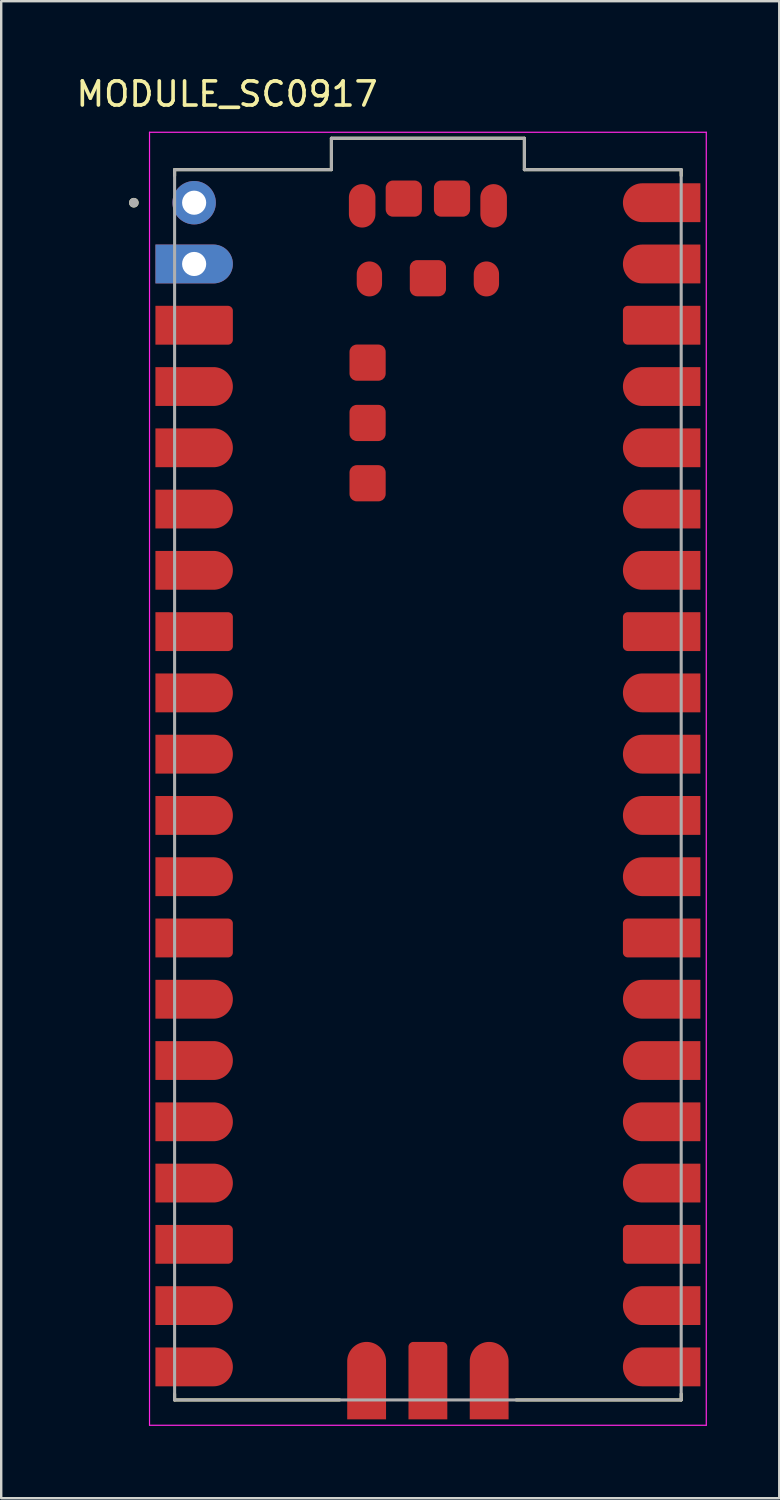
<source format=kicad_pcb>
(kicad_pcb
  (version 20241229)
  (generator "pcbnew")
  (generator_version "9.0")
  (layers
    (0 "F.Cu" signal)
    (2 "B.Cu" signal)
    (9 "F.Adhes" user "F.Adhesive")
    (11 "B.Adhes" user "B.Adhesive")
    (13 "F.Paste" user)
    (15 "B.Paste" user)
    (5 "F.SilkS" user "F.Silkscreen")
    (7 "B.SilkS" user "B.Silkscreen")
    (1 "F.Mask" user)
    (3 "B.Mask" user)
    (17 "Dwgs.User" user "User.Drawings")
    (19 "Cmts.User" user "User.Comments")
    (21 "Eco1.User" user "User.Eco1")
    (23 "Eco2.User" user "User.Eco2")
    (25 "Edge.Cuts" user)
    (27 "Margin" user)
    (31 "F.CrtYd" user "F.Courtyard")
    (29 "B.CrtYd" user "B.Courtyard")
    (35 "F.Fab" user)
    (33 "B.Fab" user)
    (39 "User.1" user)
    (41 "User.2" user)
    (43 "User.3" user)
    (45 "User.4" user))
  (footprint "MODULE_SC0917"
    (layer "F.Cu")
    (at 14.688 29.483)
    (property "Reference" "MODULE_SC0917" (at -8.325 -28.635 0) (layer "F.SilkS") (effects (font (size 1 1) (thickness 0.15))))
    (attr smd)
    (fp_poly (pts (xy -11.39 -23.23) (xy -11.39 -25.03) (xy -8.89 -25.03) (xy -8.843 -25.029) (xy -8.796 -25.025) (xy -8.749 -25.019) (xy -8.703 -25.01) (xy -8.657 -24.999) (xy -8.612 -24.986) (xy -8.567 -24.97) (xy -8.524 -24.952) (xy -8.481 -24.932) (xy -8.44 -24.909) (xy -8.4 -24.885) (xy -8.361 -24.858) (xy -8.324 -24.829) (xy -8.288 -24.799) (xy -8.254 -24.766) (xy -8.221 -24.732) (xy -8.191 -24.696) (xy -8.162 -24.659) (xy -8.135 -24.62) (xy -8.111 -24.58) (xy -8.088 -24.539) (xy -8.068 -24.496) (xy -8.05 -24.453) (xy -8.034 -24.408) (xy -8.021 -24.363) (xy -8.01 -24.317) (xy -8.001 -24.271) (xy -7.995 -24.224) (xy -7.991 -24.177) (xy -7.99 -24.13) (xy -7.991 -24.083) (xy -7.995 -24.036) (xy -8.001 -23.989) (xy -8.01 -23.943) (xy -8.021 -23.897) (xy -8.034 -23.852) (xy -8.05 -23.807) (xy -8.068 -23.764) (xy -8.088 -23.721) (xy -8.111 -23.68) (xy -8.135 -23.64) (xy -8.162 -23.601) (xy -8.191 -23.564) (xy -8.221 -23.528) (xy -8.254 -23.494) (xy -8.288 -23.461) (xy -8.324 -23.431) (xy -8.361 -23.402) (xy -8.4 -23.375) (xy -8.44 -23.351) (xy -8.481 -23.328) (xy -8.524 -23.308) (xy -8.567 -23.29) (xy -8.612 -23.274) (xy -8.657 -23.261) (xy -8.703 -23.25) (xy -8.749 -23.241) (xy -8.796 -23.235) (xy -8.843 -23.231) (xy -8.89 -23.23) (xy -11.39 -23.23)) (stroke (width 0.01) (type solid)) (fill yes) (layer "F.Mask"))
    (fp_poly (pts (xy -11.39 -20.69) (xy -11.39 -22.49) (xy -8.89 -22.49) (xy -8.843 -22.489) (xy -8.796 -22.485) (xy -8.749 -22.479) (xy -8.703 -22.47) (xy -8.657 -22.459) (xy -8.612 -22.446) (xy -8.567 -22.43) (xy -8.524 -22.412) (xy -8.481 -22.392) (xy -8.44 -22.369) (xy -8.4 -22.345) (xy -8.361 -22.318) (xy -8.324 -22.289) (xy -8.288 -22.259) (xy -8.254 -22.226) (xy -8.221 -22.192) (xy -8.191 -22.156) (xy -8.162 -22.119) (xy -8.135 -22.08) (xy -8.111 -22.04) (xy -8.088 -21.999) (xy -8.068 -21.956) (xy -8.05 -21.913) (xy -8.034 -21.868) (xy -8.021 -21.823) (xy -8.01 -21.777) (xy -8.001 -21.731) (xy -7.995 -21.684) (xy -7.991 -21.637) (xy -7.99 -21.59) (xy -7.991 -21.543) (xy -7.995 -21.496) (xy -8.001 -21.449) (xy -8.01 -21.403) (xy -8.021 -21.357) (xy -8.034 -21.312) (xy -8.05 -21.267) (xy -8.068 -21.224) (xy -8.088 -21.181) (xy -8.111 -21.14) (xy -8.135 -21.1) (xy -8.162 -21.061) (xy -8.191 -21.024) (xy -8.221 -20.988) (xy -8.254 -20.954) (xy -8.288 -20.921) (xy -8.324 -20.891) (xy -8.361 -20.862) (xy -8.4 -20.835) (xy -8.44 -20.811) (xy -8.481 -20.788) (xy -8.524 -20.768) (xy -8.567 -20.75) (xy -8.612 -20.734) (xy -8.657 -20.721) (xy -8.703 -20.71) (xy -8.749 -20.701) (xy -8.796 -20.695) (xy -8.843 -20.691) (xy -8.89 -20.69) (xy -11.39 -20.69)) (stroke (width 0.01) (type solid)) (fill yes) (layer "F.Mask"))
    (fp_poly (pts (xy -11.39 -15.61) (xy -11.39 -17.41) (xy -8.89 -17.41) (xy -8.843 -17.409) (xy -8.796 -17.405) (xy -8.749 -17.399) (xy -8.703 -17.39) (xy -8.657 -17.379) (xy -8.612 -17.366) (xy -8.567 -17.35) (xy -8.524 -17.332) (xy -8.481 -17.312) (xy -8.44 -17.289) (xy -8.4 -17.265) (xy -8.361 -17.238) (xy -8.324 -17.209) (xy -8.288 -17.179) (xy -8.254 -17.146) (xy -8.221 -17.112) (xy -8.191 -17.076) (xy -8.162 -17.039) (xy -8.135 -17) (xy -8.111 -16.96) (xy -8.088 -16.919) (xy -8.068 -16.876) (xy -8.05 -16.833) (xy -8.034 -16.788) (xy -8.021 -16.743) (xy -8.01 -16.697) (xy -8.001 -16.651) (xy -7.995 -16.604) (xy -7.991 -16.557) (xy -7.99 -16.51) (xy -7.991 -16.463) (xy -7.995 -16.416) (xy -8.001 -16.369) (xy -8.01 -16.323) (xy -8.021 -16.277) (xy -8.034 -16.232) (xy -8.05 -16.187) (xy -8.068 -16.144) (xy -8.088 -16.101) (xy -8.111 -16.06) (xy -8.135 -16.02) (xy -8.162 -15.981) (xy -8.191 -15.944) (xy -8.221 -15.908) (xy -8.254 -15.874) (xy -8.288 -15.841) (xy -8.324 -15.811) (xy -8.361 -15.782) (xy -8.4 -15.755) (xy -8.44 -15.731) (xy -8.481 -15.708) (xy -8.524 -15.688) (xy -8.567 -15.67) (xy -8.612 -15.654) (xy -8.657 -15.641) (xy -8.703 -15.63) (xy -8.749 -15.621) (xy -8.796 -15.615) (xy -8.843 -15.611) (xy -8.89 -15.61) (xy -11.39 -15.61)) (stroke (width 0.01) (type solid)) (fill yes) (layer "F.Mask"))
    (fp_poly (pts (xy -11.39 -13.07) (xy -11.39 -14.87) (xy -8.89 -14.87) (xy -8.843 -14.869) (xy -8.796 -14.865) (xy -8.749 -14.859) (xy -8.703 -14.85) (xy -8.657 -14.839) (xy -8.612 -14.826) (xy -8.567 -14.81) (xy -8.524 -14.792) (xy -8.481 -14.772) (xy -8.44 -14.749) (xy -8.4 -14.725) (xy -8.361 -14.698) (xy -8.324 -14.669) (xy -8.288 -14.639) (xy -8.254 -14.606) (xy -8.221 -14.572) (xy -8.191 -14.536) (xy -8.162 -14.499) (xy -8.135 -14.46) (xy -8.111 -14.42) (xy -8.088 -14.379) (xy -8.068 -14.336) (xy -8.05 -14.293) (xy -8.034 -14.248) (xy -8.021 -14.203) (xy -8.01 -14.157) (xy -8.001 -14.111) (xy -7.995 -14.064) (xy -7.991 -14.017) (xy -7.99 -13.97) (xy -7.991 -13.923) (xy -7.995 -13.876) (xy -8.001 -13.829) (xy -8.01 -13.783) (xy -8.021 -13.737) (xy -8.034 -13.692) (xy -8.05 -13.647) (xy -8.068 -13.604) (xy -8.088 -13.561) (xy -8.111 -13.52) (xy -8.135 -13.48) (xy -8.162 -13.441) (xy -8.191 -13.404) (xy -8.221 -13.368) (xy -8.254 -13.334) (xy -8.288 -13.301) (xy -8.324 -13.271) (xy -8.361 -13.242) (xy -8.4 -13.215) (xy -8.44 -13.191) (xy -8.481 -13.168) (xy -8.524 -13.148) (xy -8.567 -13.13) (xy -8.612 -13.114) (xy -8.657 -13.101) (xy -8.703 -13.09) (xy -8.749 -13.081) (xy -8.796 -13.075) (xy -8.843 -13.071) (xy -8.89 -13.07) (xy -11.39 -13.07)) (stroke (width 0.01) (type solid)) (fill yes) (layer "F.Mask"))
    (fp_poly (pts (xy -11.39 -10.53) (xy -11.39 -12.33) (xy -8.89 -12.33) (xy -8.843 -12.329) (xy -8.796 -12.325) (xy -8.749 -12.319) (xy -8.703 -12.31) (xy -8.657 -12.299) (xy -8.612 -12.286) (xy -8.567 -12.27) (xy -8.524 -12.252) (xy -8.481 -12.232) (xy -8.44 -12.209) (xy -8.4 -12.185) (xy -8.361 -12.158) (xy -8.324 -12.129) (xy -8.288 -12.099) (xy -8.254 -12.066) (xy -8.221 -12.032) (xy -8.191 -11.996) (xy -8.162 -11.959) (xy -8.135 -11.92) (xy -8.111 -11.88) (xy -8.088 -11.839) (xy -8.068 -11.796) (xy -8.05 -11.753) (xy -8.034 -11.708) (xy -8.021 -11.663) (xy -8.01 -11.617) (xy -8.001 -11.571) (xy -7.995 -11.524) (xy -7.991 -11.477) (xy -7.99 -11.43) (xy -7.991 -11.383) (xy -7.995 -11.336) (xy -8.001 -11.289) (xy -8.01 -11.243) (xy -8.021 -11.197) (xy -8.034 -11.152) (xy -8.05 -11.107) (xy -8.068 -11.064) (xy -8.088 -11.021) (xy -8.111 -10.98) (xy -8.135 -10.94) (xy -8.162 -10.901) (xy -8.191 -10.864) (xy -8.221 -10.828) (xy -8.254 -10.794) (xy -8.288 -10.761) (xy -8.324 -10.731) (xy -8.361 -10.702) (xy -8.4 -10.675) (xy -8.44 -10.651) (xy -8.481 -10.628) (xy -8.524 -10.608) (xy -8.567 -10.59) (xy -8.612 -10.574) (xy -8.657 -10.561) (xy -8.703 -10.55) (xy -8.749 -10.541) (xy -8.796 -10.535) (xy -8.843 -10.531) (xy -8.89 -10.53) (xy -11.39 -10.53)) (stroke (width 0.01) (type solid)) (fill yes) (layer "F.Mask"))
    (fp_poly (pts (xy -11.39 -7.99) (xy -11.39 -9.79) (xy -8.89 -9.79) (xy -8.843 -9.789) (xy -8.796 -9.785) (xy -8.749 -9.779) (xy -8.703 -9.77) (xy -8.657 -9.759) (xy -8.612 -9.746) (xy -8.567 -9.73) (xy -8.524 -9.712) (xy -8.481 -9.692) (xy -8.44 -9.669) (xy -8.4 -9.645) (xy -8.361 -9.618) (xy -8.324 -9.589) (xy -8.288 -9.559) (xy -8.254 -9.526) (xy -8.221 -9.492) (xy -8.191 -9.456) (xy -8.162 -9.419) (xy -8.135 -9.38) (xy -8.111 -9.34) (xy -8.088 -9.299) (xy -8.068 -9.256) (xy -8.05 -9.213) (xy -8.034 -9.168) (xy -8.021 -9.123) (xy -8.01 -9.077) (xy -8.001 -9.031) (xy -7.995 -8.984) (xy -7.991 -8.937) (xy -7.99 -8.89) (xy -7.991 -8.843) (xy -7.995 -8.796) (xy -8.001 -8.749) (xy -8.01 -8.703) (xy -8.021 -8.657) (xy -8.034 -8.612) (xy -8.05 -8.567) (xy -8.068 -8.524) (xy -8.088 -8.481) (xy -8.111 -8.44) (xy -8.135 -8.4) (xy -8.162 -8.361) (xy -8.191 -8.324) (xy -8.221 -8.288) (xy -8.254 -8.254) (xy -8.288 -8.221) (xy -8.324 -8.191) (xy -8.361 -8.162) (xy -8.4 -8.135) (xy -8.44 -8.111) (xy -8.481 -8.088) (xy -8.524 -8.068) (xy -8.567 -8.05) (xy -8.612 -8.034) (xy -8.657 -8.021) (xy -8.703 -8.01) (xy -8.749 -8.001) (xy -8.796 -7.995) (xy -8.843 -7.991) (xy -8.89 -7.99) (xy -11.39 -7.99)) (stroke (width 0.01) (type solid)) (fill yes) (layer "F.Mask"))
    (fp_poly (pts (xy -11.39 -2.91) (xy -11.39 -4.71) (xy -8.89 -4.71) (xy -8.843 -4.709) (xy -8.796 -4.705) (xy -8.749 -4.699) (xy -8.703 -4.69) (xy -8.657 -4.679) (xy -8.612 -4.666) (xy -8.567 -4.65) (xy -8.524 -4.632) (xy -8.481 -4.612) (xy -8.44 -4.589) (xy -8.4 -4.565) (xy -8.361 -4.538) (xy -8.324 -4.509) (xy -8.288 -4.479) (xy -8.254 -4.446) (xy -8.221 -4.412) (xy -8.191 -4.376) (xy -8.162 -4.339) (xy -8.135 -4.3) (xy -8.111 -4.26) (xy -8.088 -4.219) (xy -8.068 -4.176) (xy -8.05 -4.133) (xy -8.034 -4.088) (xy -8.021 -4.043) (xy -8.01 -3.997) (xy -8.001 -3.951) (xy -7.995 -3.904) (xy -7.991 -3.857) (xy -7.99 -3.81) (xy -7.991 -3.763) (xy -7.995 -3.716) (xy -8.001 -3.669) (xy -8.01 -3.623) (xy -8.021 -3.577) (xy -8.034 -3.532) (xy -8.05 -3.487) (xy -8.068 -3.444) (xy -8.088 -3.401) (xy -8.111 -3.36) (xy -8.135 -3.32) (xy -8.162 -3.281) (xy -8.191 -3.244) (xy -8.221 -3.208) (xy -8.254 -3.174) (xy -8.288 -3.141) (xy -8.324 -3.111) (xy -8.361 -3.082) (xy -8.4 -3.055) (xy -8.44 -3.031) (xy -8.481 -3.008) (xy -8.524 -2.988) (xy -8.567 -2.97) (xy -8.612 -2.954) (xy -8.657 -2.941) (xy -8.703 -2.93) (xy -8.749 -2.921) (xy -8.796 -2.915) (xy -8.843 -2.911) (xy -8.89 -2.91) (xy -11.39 -2.91)) (stroke (width 0.01) (type solid)) (fill yes) (layer "F.Mask"))
    (fp_poly (pts (xy -11.39 -0.37) (xy -11.39 -2.17) (xy -8.89 -2.17) (xy -8.843 -2.169) (xy -8.796 -2.165) (xy -8.749 -2.159) (xy -8.703 -2.15) (xy -8.657 -2.139) (xy -8.612 -2.126) (xy -8.567 -2.11) (xy -8.524 -2.092) (xy -8.481 -2.072) (xy -8.44 -2.049) (xy -8.4 -2.025) (xy -8.361 -1.998) (xy -8.324 -1.969) (xy -8.288 -1.939) (xy -8.254 -1.906) (xy -8.221 -1.872) (xy -8.191 -1.836) (xy -8.162 -1.799) (xy -8.135 -1.76) (xy -8.111 -1.72) (xy -8.088 -1.679) (xy -8.068 -1.636) (xy -8.05 -1.593) (xy -8.034 -1.548) (xy -8.021 -1.503) (xy -8.01 -1.457) (xy -8.001 -1.411) (xy -7.995 -1.364) (xy -7.991 -1.317) (xy -7.99 -1.27) (xy -7.991 -1.223) (xy -7.995 -1.176) (xy -8.001 -1.129) (xy -8.01 -1.083) (xy -8.021 -1.037) (xy -8.034 -0.992) (xy -8.05 -0.947) (xy -8.068 -0.904) (xy -8.088 -0.861) (xy -8.111 -0.82) (xy -8.135 -0.78) (xy -8.162 -0.741) (xy -8.191 -0.704) (xy -8.221 -0.668) (xy -8.254 -0.634) (xy -8.288 -0.601) (xy -8.324 -0.571) (xy -8.361 -0.542) (xy -8.4 -0.515) (xy -8.44 -0.491) (xy -8.481 -0.468) (xy -8.524 -0.448) (xy -8.567 -0.43) (xy -8.612 -0.414) (xy -8.657 -0.401) (xy -8.703 -0.39) (xy -8.749 -0.381) (xy -8.796 -0.375) (xy -8.843 -0.371) (xy -8.89 -0.37) (xy -11.39 -0.37)) (stroke (width 0.01) (type solid)) (fill yes) (layer "F.Mask"))
    (fp_poly (pts (xy -11.39 2.17) (xy -11.39 0.37) (xy -8.89 0.37) (xy -8.843 0.371) (xy -8.796 0.375) (xy -8.749 0.381) (xy -8.703 0.39) (xy -8.657 0.401) (xy -8.612 0.414) (xy -8.567 0.43) (xy -8.524 0.448) (xy -8.481 0.468) (xy -8.44 0.491) (xy -8.4 0.515) (xy -8.361 0.542) (xy -8.324 0.571) (xy -8.288 0.601) (xy -8.254 0.634) (xy -8.221 0.668) (xy -8.191 0.704) (xy -8.162 0.741) (xy -8.135 0.78) (xy -8.111 0.82) (xy -8.088 0.861) (xy -8.068 0.904) (xy -8.05 0.947) (xy -8.034 0.992) (xy -8.021 1.037) (xy -8.01 1.083) (xy -8.001 1.129) (xy -7.995 1.176) (xy -7.991 1.223) (xy -7.99 1.27) (xy -7.991 1.317) (xy -7.995 1.364) (xy -8.001 1.411) (xy -8.01 1.457) (xy -8.021 1.503) (xy -8.034 1.548) (xy -8.05 1.593) (xy -8.068 1.636) (xy -8.088 1.679) (xy -8.111 1.72) (xy -8.135 1.76) (xy -8.162 1.799) (xy -8.191 1.836) (xy -8.221 1.872) (xy -8.254 1.906) (xy -8.288 1.939) (xy -8.324 1.969) (xy -8.361 1.998) (xy -8.4 2.025) (xy -8.44 2.049) (xy -8.481 2.072) (xy -8.524 2.092) (xy -8.567 2.11) (xy -8.612 2.126) (xy -8.657 2.139) (xy -8.703 2.15) (xy -8.749 2.159) (xy -8.796 2.165) (xy -8.843 2.169) (xy -8.89 2.17) (xy -11.39 2.17)) (stroke (width 0.01) (type solid)) (fill yes) (layer "F.Mask"))
    (fp_poly (pts (xy -11.39 4.71) (xy -11.39 2.91) (xy -8.89 2.91) (xy -8.843 2.911) (xy -8.796 2.915) (xy -8.749 2.921) (xy -8.703 2.93) (xy -8.657 2.941) (xy -8.612 2.954) (xy -8.567 2.97) (xy -8.524 2.988) (xy -8.481 3.008) (xy -8.44 3.031) (xy -8.4 3.055) (xy -8.361 3.082) (xy -8.324 3.111) (xy -8.288 3.141) (xy -8.254 3.174) (xy -8.221 3.208) (xy -8.191 3.244) (xy -8.162 3.281) (xy -8.135 3.32) (xy -8.111 3.36) (xy -8.088 3.401) (xy -8.068 3.444) (xy -8.05 3.487) (xy -8.034 3.532) (xy -8.021 3.577) (xy -8.01 3.623) (xy -8.001 3.669) (xy -7.995 3.716) (xy -7.991 3.763) (xy -7.99 3.81) (xy -7.991 3.857) (xy -7.995 3.904) (xy -8.001 3.951) (xy -8.01 3.997) (xy -8.021 4.043) (xy -8.034 4.088) (xy -8.05 4.133) (xy -8.068 4.176) (xy -8.088 4.219) (xy -8.111 4.26) (xy -8.135 4.3) (xy -8.162 4.339) (xy -8.191 4.376) (xy -8.221 4.412) (xy -8.254 4.446) (xy -8.288 4.479) (xy -8.324 4.509) (xy -8.361 4.538) (xy -8.4 4.565) (xy -8.44 4.589) (xy -8.481 4.612) (xy -8.524 4.632) (xy -8.567 4.65) (xy -8.612 4.666) (xy -8.657 4.679) (xy -8.703 4.69) (xy -8.749 4.699) (xy -8.796 4.705) (xy -8.843 4.709) (xy -8.89 4.71) (xy -11.39 4.71)) (stroke (width 0.01) (type solid)) (fill yes) (layer "F.Mask"))
    (fp_poly (pts (xy -11.39 9.79) (xy -11.39 7.99) (xy -8.89 7.99) (xy -8.843 7.991) (xy -8.796 7.995) (xy -8.749 8.001) (xy -8.703 8.01) (xy -8.657 8.021) (xy -8.612 8.034) (xy -8.567 8.05) (xy -8.524 8.068) (xy -8.481 8.088) (xy -8.44 8.111) (xy -8.4 8.135) (xy -8.361 8.162) (xy -8.324 8.191) (xy -8.288 8.221) (xy -8.254 8.254) (xy -8.221 8.288) (xy -8.191 8.324) (xy -8.162 8.361) (xy -8.135 8.4) (xy -8.111 8.44) (xy -8.088 8.481) (xy -8.068 8.524) (xy -8.05 8.567) (xy -8.034 8.612) (xy -8.021 8.657) (xy -8.01 8.703) (xy -8.001 8.749) (xy -7.995 8.796) (xy -7.991 8.843) (xy -7.99 8.89) (xy -7.991 8.937) (xy -7.995 8.984) (xy -8.001 9.031) (xy -8.01 9.077) (xy -8.021 9.123) (xy -8.034 9.168) (xy -8.05 9.213) (xy -8.068 9.256) (xy -8.088 9.299) (xy -8.111 9.34) (xy -8.135 9.38) (xy -8.162 9.419) (xy -8.191 9.456) (xy -8.221 9.492) (xy -8.254 9.526) (xy -8.288 9.559) (xy -8.324 9.589) (xy -8.361 9.618) (xy -8.4 9.645) (xy -8.44 9.669) (xy -8.481 9.692) (xy -8.524 9.712) (xy -8.567 9.73) (xy -8.612 9.746) (xy -8.657 9.759) (xy -8.703 9.77) (xy -8.749 9.779) (xy -8.796 9.785) (xy -8.843 9.789) (xy -8.89 9.79) (xy -11.39 9.79)) (stroke (width 0.01) (type solid)) (fill yes) (layer "F.Mask"))
    (fp_poly (pts (xy -11.39 12.33) (xy -11.39 10.53) (xy -8.89 10.53) (xy -8.843 10.531) (xy -8.796 10.535) (xy -8.749 10.541) (xy -8.703 10.55) (xy -8.657 10.561) (xy -8.612 10.574) (xy -8.567 10.59) (xy -8.524 10.608) (xy -8.481 10.628) (xy -8.44 10.651) (xy -8.4 10.675) (xy -8.361 10.702) (xy -8.324 10.731) (xy -8.288 10.761) (xy -8.254 10.794) (xy -8.221 10.828) (xy -8.191 10.864) (xy -8.162 10.901) (xy -8.135 10.94) (xy -8.111 10.98) (xy -8.088 11.021) (xy -8.068 11.064) (xy -8.05 11.107) (xy -8.034 11.152) (xy -8.021 11.197) (xy -8.01 11.243) (xy -8.001 11.289) (xy -7.995 11.336) (xy -7.991 11.383) (xy -7.99 11.43) (xy -7.991 11.477) (xy -7.995 11.524) (xy -8.001 11.571) (xy -8.01 11.617) (xy -8.021 11.663) (xy -8.034 11.708) (xy -8.05 11.753) (xy -8.068 11.796) (xy -8.088 11.839) (xy -8.111 11.88) (xy -8.135 11.92) (xy -8.162 11.959) (xy -8.191 11.996) (xy -8.221 12.032) (xy -8.254 12.066) (xy -8.288 12.099) (xy -8.324 12.129) (xy -8.361 12.158) (xy -8.4 12.185) (xy -8.44 12.209) (xy -8.481 12.232) (xy -8.524 12.252) (xy -8.567 12.27) (xy -8.612 12.286) (xy -8.657 12.299) (xy -8.703 12.31) (xy -8.749 12.319) (xy -8.796 12.325) (xy -8.843 12.329) (xy -8.89 12.33) (xy -11.39 12.33)) (stroke (width 0.01) (type solid)) (fill yes) (layer "F.Mask"))
    (fp_poly (pts (xy -11.39 14.87) (xy -11.39 13.07) (xy -8.89 13.07) (xy -8.843 13.071) (xy -8.796 13.075) (xy -8.749 13.081) (xy -8.703 13.09) (xy -8.657 13.101) (xy -8.612 13.114) (xy -8.567 13.13) (xy -8.524 13.148) (xy -8.481 13.168) (xy -8.44 13.191) (xy -8.4 13.215) (xy -8.361 13.242) (xy -8.324 13.271) (xy -8.288 13.301) (xy -8.254 13.334) (xy -8.221 13.368) (xy -8.191 13.404) (xy -8.162 13.441) (xy -8.135 13.48) (xy -8.111 13.52) (xy -8.088 13.561) (xy -8.068 13.604) (xy -8.05 13.647) (xy -8.034 13.692) (xy -8.021 13.737) (xy -8.01 13.783) (xy -8.001 13.829) (xy -7.995 13.876) (xy -7.991 13.923) (xy -7.99 13.97) (xy -7.991 14.017) (xy -7.995 14.064) (xy -8.001 14.111) (xy -8.01 14.157) (xy -8.021 14.203) (xy -8.034 14.248) (xy -8.05 14.293) (xy -8.068 14.336) (xy -8.088 14.379) (xy -8.111 14.42) (xy -8.135 14.46) (xy -8.162 14.499) (xy -8.191 14.536) (xy -8.221 14.572) (xy -8.254 14.606) (xy -8.288 14.639) (xy -8.324 14.669) (xy -8.361 14.698) (xy -8.4 14.725) (xy -8.44 14.749) (xy -8.481 14.772) (xy -8.524 14.792) (xy -8.567 14.81) (xy -8.612 14.826) (xy -8.657 14.839) (xy -8.703 14.85) (xy -8.749 14.859) (xy -8.796 14.865) (xy -8.843 14.869) (xy -8.89 14.87) (xy -11.39 14.87)) (stroke (width 0.01) (type solid)) (fill yes) (layer "F.Mask"))
    (fp_poly (pts (xy -11.39 17.41) (xy -11.39 15.61) (xy -8.89 15.61) (xy -8.843 15.611) (xy -8.796 15.615) (xy -8.749 15.621) (xy -8.703 15.63) (xy -8.657 15.641) (xy -8.612 15.654) (xy -8.567 15.67) (xy -8.524 15.688) (xy -8.481 15.708) (xy -8.44 15.731) (xy -8.4 15.755) (xy -8.361 15.782) (xy -8.324 15.811) (xy -8.288 15.841) (xy -8.254 15.874) (xy -8.221 15.908) (xy -8.191 15.944) (xy -8.162 15.981) (xy -8.135 16.02) (xy -8.111 16.06) (xy -8.088 16.101) (xy -8.068 16.144) (xy -8.05 16.187) (xy -8.034 16.232) (xy -8.021 16.277) (xy -8.01 16.323) (xy -8.001 16.369) (xy -7.995 16.416) (xy -7.991 16.463) (xy -7.99 16.51) (xy -7.991 16.557) (xy -7.995 16.604) (xy -8.001 16.651) (xy -8.01 16.697) (xy -8.021 16.743) (xy -8.034 16.788) (xy -8.05 16.833) (xy -8.068 16.876) (xy -8.088 16.919) (xy -8.111 16.96) (xy -8.135 17) (xy -8.162 17.039) (xy -8.191 17.076) (xy -8.221 17.112) (xy -8.254 17.146) (xy -8.288 17.179) (xy -8.324 17.209) (xy -8.361 17.238) (xy -8.4 17.265) (xy -8.44 17.289) (xy -8.481 17.312) (xy -8.524 17.332) (xy -8.567 17.35) (xy -8.612 17.366) (xy -8.657 17.379) (xy -8.703 17.39) (xy -8.749 17.399) (xy -8.796 17.405) (xy -8.843 17.409) (xy -8.89 17.41) (xy -11.39 17.41)) (stroke (width 0.01) (type solid)) (fill yes) (layer "F.Mask"))
    (fp_poly (pts (xy -11.39 22.49) (xy -11.39 20.69) (xy -8.89 20.69) (xy -8.843 20.691) (xy -8.796 20.695) (xy -8.749 20.701) (xy -8.703 20.71) (xy -8.657 20.721) (xy -8.612 20.734) (xy -8.567 20.75) (xy -8.524 20.768) (xy -8.481 20.788) (xy -8.44 20.811) (xy -8.4 20.835) (xy -8.361 20.862) (xy -8.324 20.891) (xy -8.288 20.921) (xy -8.254 20.954) (xy -8.221 20.988) (xy -8.191 21.024) (xy -8.162 21.061) (xy -8.135 21.1) (xy -8.111 21.14) (xy -8.088 21.181) (xy -8.068 21.224) (xy -8.05 21.267) (xy -8.034 21.312) (xy -8.021 21.357) (xy -8.01 21.403) (xy -8.001 21.449) (xy -7.995 21.496) (xy -7.991 21.543) (xy -7.99 21.59) (xy -7.991 21.637) (xy -7.995 21.684) (xy -8.001 21.731) (xy -8.01 21.777) (xy -8.021 21.823) (xy -8.034 21.868) (xy -8.05 21.913) (xy -8.068 21.956) (xy -8.088 21.999) (xy -8.111 22.04) (xy -8.135 22.08) (xy -8.162 22.119) (xy -8.191 22.156) (xy -8.221 22.192) (xy -8.254 22.226) (xy -8.288 22.259) (xy -8.324 22.289) (xy -8.361 22.318) (xy -8.4 22.345) (xy -8.44 22.369) (xy -8.481 22.392) (xy -8.524 22.412) (xy -8.567 22.43) (xy -8.612 22.446) (xy -8.657 22.459) (xy -8.703 22.47) (xy -8.749 22.479) (xy -8.796 22.485) (xy -8.843 22.489) (xy -8.89 22.49) (xy -11.39 22.49)) (stroke (width 0.01) (type solid)) (fill yes) (layer "F.Mask"))
    (fp_poly (pts (xy -11.39 25.03) (xy -11.39 23.23) (xy -8.89 23.23) (xy -8.843 23.231) (xy -8.796 23.235) (xy -8.749 23.241) (xy -8.703 23.25) (xy -8.657 23.261) (xy -8.612 23.274) (xy -8.567 23.29) (xy -8.524 23.308) (xy -8.481 23.328) (xy -8.44 23.351) (xy -8.4 23.375) (xy -8.361 23.402) (xy -8.324 23.431) (xy -8.288 23.461) (xy -8.254 23.494) (xy -8.221 23.528) (xy -8.191 23.564) (xy -8.162 23.601) (xy -8.135 23.64) (xy -8.111 23.68) (xy -8.088 23.721) (xy -8.068 23.764) (xy -8.05 23.807) (xy -8.034 23.852) (xy -8.021 23.897) (xy -8.01 23.943) (xy -8.001 23.989) (xy -7.995 24.036) (xy -7.991 24.083) (xy -7.99 24.13) (xy -7.991 24.177) (xy -7.995 24.224) (xy -8.001 24.271) (xy -8.01 24.317) (xy -8.021 24.363) (xy -8.034 24.408) (xy -8.05 24.453) (xy -8.068 24.496) (xy -8.088 24.539) (xy -8.111 24.58) (xy -8.135 24.62) (xy -8.162 24.659) (xy -8.191 24.696) (xy -8.221 24.732) (xy -8.254 24.766) (xy -8.288 24.799) (xy -8.324 24.829) (xy -8.361 24.858) (xy -8.4 24.885) (xy -8.44 24.909) (xy -8.481 24.932) (xy -8.524 24.952) (xy -8.567 24.97) (xy -8.612 24.986) (xy -8.657 24.999) (xy -8.703 25.01) (xy -8.749 25.019) (xy -8.796 25.025) (xy -8.843 25.029) (xy -8.89 25.03) (xy -11.39 25.03)) (stroke (width 0.01) (type solid)) (fill yes) (layer "F.Mask"))
    (fp_poly (pts (xy -3.44 26.4) (xy -3.44 23.9) (xy -3.439 23.853) (xy -3.435 23.806) (xy -3.429 23.759) (xy -3.42 23.713) (xy -3.409 23.667) (xy -3.396 23.622) (xy -3.38 23.577) (xy -3.362 23.534) (xy -3.342 23.491) (xy -3.319 23.45) (xy -3.295 23.41) (xy -3.268 23.371) (xy -3.239 23.334) (xy -3.209 23.298) (xy -3.176 23.264) (xy -3.142 23.231) (xy -3.106 23.201) (xy -3.069 23.172) (xy -3.03 23.145) (xy -2.99 23.121) (xy -2.949 23.098) (xy -2.906 23.078) (xy -2.863 23.06) (xy -2.818 23.044) (xy -2.773 23.031) (xy -2.727 23.02) (xy -2.681 23.011) (xy -2.634 23.005) (xy -2.587 23.001) (xy -2.54 23) (xy -2.493 23.001) (xy -2.446 23.005) (xy -2.399 23.011) (xy -2.353 23.02) (xy -2.307 23.031) (xy -2.262 23.044) (xy -2.217 23.06) (xy -2.174 23.078) (xy -2.131 23.098) (xy -2.09 23.121) (xy -2.05 23.145) (xy -2.011 23.172) (xy -1.974 23.201) (xy -1.938 23.231) (xy -1.904 23.264) (xy -1.871 23.298) (xy -1.841 23.334) (xy -1.812 23.371) (xy -1.785 23.41) (xy -1.761 23.45) (xy -1.738 23.491) (xy -1.718 23.534) (xy -1.7 23.577) (xy -1.684 23.622) (xy -1.671 23.667) (xy -1.66 23.713) (xy -1.651 23.759) (xy -1.645 23.806) (xy -1.641 23.853) (xy -1.64 23.9) (xy -1.64 26.4) (xy -3.44 26.4)) (stroke (width 0.01) (type solid)) (fill yes) (layer "F.Mask"))
    (fp_poly (pts (xy 1.64 26.4) (xy 1.64 23.9) (xy 1.641 23.853) (xy 1.645 23.806) (xy 1.651 23.759) (xy 1.66 23.713) (xy 1.671 23.667) (xy 1.684 23.622) (xy 1.7 23.577) (xy 1.718 23.534) (xy 1.738 23.491) (xy 1.761 23.45) (xy 1.785 23.41) (xy 1.812 23.371) (xy 1.841 23.334) (xy 1.871 23.298) (xy 1.904 23.264) (xy 1.938 23.231) (xy 1.974 23.201) (xy 2.011 23.172) (xy 2.05 23.145) (xy 2.09 23.121) (xy 2.131 23.098) (xy 2.174 23.078) (xy 2.217 23.06) (xy 2.262 23.044) (xy 2.307 23.031) (xy 2.353 23.02) (xy 2.399 23.011) (xy 2.446 23.005) (xy 2.493 23.001) (xy 2.54 23) (xy 2.587 23.001) (xy 2.634 23.005) (xy 2.681 23.011) (xy 2.727 23.02) (xy 2.773 23.031) (xy 2.818 23.044) (xy 2.863 23.06) (xy 2.906 23.078) (xy 2.949 23.098) (xy 2.99 23.121) (xy 3.03 23.145) (xy 3.069 23.172) (xy 3.106 23.201) (xy 3.142 23.231) (xy 3.176 23.264) (xy 3.209 23.298) (xy 3.239 23.334) (xy 3.268 23.371) (xy 3.295 23.41) (xy 3.319 23.45) (xy 3.342 23.491) (xy 3.362 23.534) (xy 3.38 23.577) (xy 3.396 23.622) (xy 3.409 23.667) (xy 3.42 23.713) (xy 3.429 23.759) (xy 3.435 23.806) (xy 3.439 23.853) (xy 3.44 23.9) (xy 3.44 26.4) (xy 1.64 26.4)) (stroke (width 0.01) (type solid)) (fill yes) (layer "F.Mask"))
    (fp_poly (pts (xy 11.39 -23.23) (xy 11.39 -25.03) (xy 8.89 -25.03) (xy 8.843 -25.029) (xy 8.796 -25.025) (xy 8.749 -25.019) (xy 8.703 -25.01) (xy 8.657 -24.999) (xy 8.612 -24.986) (xy 8.567 -24.97) (xy 8.524 -24.952) (xy 8.481 -24.932) (xy 8.44 -24.909) (xy 8.4 -24.885) (xy 8.361 -24.858) (xy 8.324 -24.829) (xy 8.288 -24.799) (xy 8.254 -24.766) (xy 8.221 -24.732) (xy 8.191 -24.696) (xy 8.162 -24.659) (xy 8.135 -24.62) (xy 8.111 -24.58) (xy 8.088 -24.539) (xy 8.068 -24.496) (xy 8.05 -24.453) (xy 8.034 -24.408) (xy 8.021 -24.363) (xy 8.01 -24.317) (xy 8.001 -24.271) (xy 7.995 -24.224) (xy 7.991 -24.177) (xy 7.99 -24.13) (xy 7.991 -24.083) (xy 7.995 -24.036) (xy 8.001 -23.989) (xy 8.01 -23.943) (xy 8.021 -23.897) (xy 8.034 -23.852) (xy 8.05 -23.807) (xy 8.068 -23.764) (xy 8.088 -23.721) (xy 8.111 -23.68) (xy 8.135 -23.64) (xy 8.162 -23.601) (xy 8.191 -23.564) (xy 8.221 -23.528) (xy 8.254 -23.494) (xy 8.288 -23.461) (xy 8.324 -23.431) (xy 8.361 -23.402) (xy 8.4 -23.375) (xy 8.44 -23.351) (xy 8.481 -23.328) (xy 8.524 -23.308) (xy 8.567 -23.29) (xy 8.612 -23.274) (xy 8.657 -23.261) (xy 8.703 -23.25) (xy 8.749 -23.241) (xy 8.796 -23.235) (xy 8.843 -23.231) (xy 8.89 -23.23) (xy 11.39 -23.23)) (stroke (width 0.01) (type solid)) (fill yes) (layer "F.Mask"))
    (fp_poly (pts (xy 11.39 -20.69) (xy 11.39 -22.49) (xy 8.89 -22.49) (xy 8.843 -22.489) (xy 8.796 -22.485) (xy 8.749 -22.479) (xy 8.703 -22.47) (xy 8.657 -22.459) (xy 8.612 -22.446) (xy 8.567 -22.43) (xy 8.524 -22.412) (xy 8.481 -22.392) (xy 8.44 -22.369) (xy 8.4 -22.345) (xy 8.361 -22.318) (xy 8.324 -22.289) (xy 8.288 -22.259) (xy 8.254 -22.226) (xy 8.221 -22.192) (xy 8.191 -22.156) (xy 8.162 -22.119) (xy 8.135 -22.08) (xy 8.111 -22.04) (xy 8.088 -21.999) (xy 8.068 -21.956) (xy 8.05 -21.913) (xy 8.034 -21.868) (xy 8.021 -21.823) (xy 8.01 -21.777) (xy 8.001 -21.731) (xy 7.995 -21.684) (xy 7.991 -21.637) (xy 7.99 -21.59) (xy 7.991 -21.543) (xy 7.995 -21.496) (xy 8.001 -21.449) (xy 8.01 -21.403) (xy 8.021 -21.357) (xy 8.034 -21.312) (xy 8.05 -21.267) (xy 8.068 -21.224) (xy 8.088 -21.181) (xy 8.111 -21.14) (xy 8.135 -21.1) (xy 8.162 -21.061) (xy 8.191 -21.024) (xy 8.221 -20.988) (xy 8.254 -20.954) (xy 8.288 -20.921) (xy 8.324 -20.891) (xy 8.361 -20.862) (xy 8.4 -20.835) (xy 8.44 -20.811) (xy 8.481 -20.788) (xy 8.524 -20.768) (xy 8.567 -20.75) (xy 8.612 -20.734) (xy 8.657 -20.721) (xy 8.703 -20.71) (xy 8.749 -20.701) (xy 8.796 -20.695) (xy 8.843 -20.691) (xy 8.89 -20.69) (xy 11.39 -20.69)) (stroke (width 0.01) (type solid)) (fill yes) (layer "F.Mask"))
    (fp_poly (pts (xy 11.39 -15.61) (xy 11.39 -17.41) (xy 8.89 -17.41) (xy 8.843 -17.409) (xy 8.796 -17.405) (xy 8.749 -17.399) (xy 8.703 -17.39) (xy 8.657 -17.379) (xy 8.612 -17.366) (xy 8.567 -17.35) (xy 8.524 -17.332) (xy 8.481 -17.312) (xy 8.44 -17.289) (xy 8.4 -17.265) (xy 8.361 -17.238) (xy 8.324 -17.209) (xy 8.288 -17.179) (xy 8.254 -17.146) (xy 8.221 -17.112) (xy 8.191 -17.076) (xy 8.162 -17.039) (xy 8.135 -17) (xy 8.111 -16.96) (xy 8.088 -16.919) (xy 8.068 -16.876) (xy 8.05 -16.833) (xy 8.034 -16.788) (xy 8.021 -16.743) (xy 8.01 -16.697) (xy 8.001 -16.651) (xy 7.995 -16.604) (xy 7.991 -16.557) (xy 7.99 -16.51) (xy 7.991 -16.463) (xy 7.995 -16.416) (xy 8.001 -16.369) (xy 8.01 -16.323) (xy 8.021 -16.277) (xy 8.034 -16.232) (xy 8.05 -16.187) (xy 8.068 -16.144) (xy 8.088 -16.101) (xy 8.111 -16.06) (xy 8.135 -16.02) (xy 8.162 -15.981) (xy 8.191 -15.944) (xy 8.221 -15.908) (xy 8.254 -15.874) (xy 8.288 -15.841) (xy 8.324 -15.811) (xy 8.361 -15.782) (xy 8.4 -15.755) (xy 8.44 -15.731) (xy 8.481 -15.708) (xy 8.524 -15.688) (xy 8.567 -15.67) (xy 8.612 -15.654) (xy 8.657 -15.641) (xy 8.703 -15.63) (xy 8.749 -15.621) (xy 8.796 -15.615) (xy 8.843 -15.611) (xy 8.89 -15.61) (xy 11.39 -15.61)) (stroke (width 0.01) (type solid)) (fill yes) (layer "F.Mask"))
    (fp_poly (pts (xy 11.39 -13.07) (xy 11.39 -14.87) (xy 8.89 -14.87) (xy 8.843 -14.869) (xy 8.796 -14.865) (xy 8.749 -14.859) (xy 8.703 -14.85) (xy 8.657 -14.839) (xy 8.612 -14.826) (xy 8.567 -14.81) (xy 8.524 -14.792) (xy 8.481 -14.772) (xy 8.44 -14.749) (xy 8.4 -14.725) (xy 8.361 -14.698) (xy 8.324 -14.669) (xy 8.288 -14.639) (xy 8.254 -14.606) (xy 8.221 -14.572) (xy 8.191 -14.536) (xy 8.162 -14.499) (xy 8.135 -14.46) (xy 8.111 -14.42) (xy 8.088 -14.379) (xy 8.068 -14.336) (xy 8.05 -14.293) (xy 8.034 -14.248) (xy 8.021 -14.203) (xy 8.01 -14.157) (xy 8.001 -14.111) (xy 7.995 -14.064) (xy 7.991 -14.017) (xy 7.99 -13.97) (xy 7.991 -13.923) (xy 7.995 -13.876) (xy 8.001 -13.829) (xy 8.01 -13.783) (xy 8.021 -13.737) (xy 8.034 -13.692) (xy 8.05 -13.647) (xy 8.068 -13.604) (xy 8.088 -13.561) (xy 8.111 -13.52) (xy 8.135 -13.48) (xy 8.162 -13.441) (xy 8.191 -13.404) (xy 8.221 -13.368) (xy 8.254 -13.334) (xy 8.288 -13.301) (xy 8.324 -13.271) (xy 8.361 -13.242) (xy 8.4 -13.215) (xy 8.44 -13.191) (xy 8.481 -13.168) (xy 8.524 -13.148) (xy 8.567 -13.13) (xy 8.612 -13.114) (xy 8.657 -13.101) (xy 8.703 -13.09) (xy 8.749 -13.081) (xy 8.796 -13.075) (xy 8.843 -13.071) (xy 8.89 -13.07) (xy 11.39 -13.07)) (stroke (width 0.01) (type solid)) (fill yes) (layer "F.Mask"))
    (fp_poly (pts (xy 11.39 -10.53) (xy 11.39 -12.33) (xy 8.89 -12.33) (xy 8.843 -12.329) (xy 8.796 -12.325) (xy 8.749 -12.319) (xy 8.703 -12.31) (xy 8.657 -12.299) (xy 8.612 -12.286) (xy 8.567 -12.27) (xy 8.524 -12.252) (xy 8.481 -12.232) (xy 8.44 -12.209) (xy 8.4 -12.185) (xy 8.361 -12.158) (xy 8.324 -12.129) (xy 8.288 -12.099) (xy 8.254 -12.066) (xy 8.221 -12.032) (xy 8.191 -11.996) (xy 8.162 -11.959) (xy 8.135 -11.92) (xy 8.111 -11.88) (xy 8.088 -11.839) (xy 8.068 -11.796) (xy 8.05 -11.753) (xy 8.034 -11.708) (xy 8.021 -11.663) (xy 8.01 -11.617) (xy 8.001 -11.571) (xy 7.995 -11.524) (xy 7.991 -11.477) (xy 7.99 -11.43) (xy 7.991 -11.383) (xy 7.995 -11.336) (xy 8.001 -11.289) (xy 8.01 -11.243) (xy 8.021 -11.197) (xy 8.034 -11.152) (xy 8.05 -11.107) (xy 8.068 -11.064) (xy 8.088 -11.021) (xy 8.111 -10.98) (xy 8.135 -10.94) (xy 8.162 -10.901) (xy 8.191 -10.864) (xy 8.221 -10.828) (xy 8.254 -10.794) (xy 8.288 -10.761) (xy 8.324 -10.731) (xy 8.361 -10.702) (xy 8.4 -10.675) (xy 8.44 -10.651) (xy 8.481 -10.628) (xy 8.524 -10.608) (xy 8.567 -10.59) (xy 8.612 -10.574) (xy 8.657 -10.561) (xy 8.703 -10.55) (xy 8.749 -10.541) (xy 8.796 -10.535) (xy 8.843 -10.531) (xy 8.89 -10.53) (xy 11.39 -10.53)) (stroke (width 0.01) (type solid)) (fill yes) (layer "F.Mask"))
    (fp_poly (pts (xy 11.39 -7.99) (xy 11.39 -9.79) (xy 8.89 -9.79) (xy 8.843 -9.789) (xy 8.796 -9.785) (xy 8.749 -9.779) (xy 8.703 -9.77) (xy 8.657 -9.759) (xy 8.612 -9.746) (xy 8.567 -9.73) (xy 8.524 -9.712) (xy 8.481 -9.692) (xy 8.44 -9.669) (xy 8.4 -9.645) (xy 8.361 -9.618) (xy 8.324 -9.589) (xy 8.288 -9.559) (xy 8.254 -9.526) (xy 8.221 -9.492) (xy 8.191 -9.456) (xy 8.162 -9.419) (xy 8.135 -9.38) (xy 8.111 -9.34) (xy 8.088 -9.299) (xy 8.068 -9.256) (xy 8.05 -9.213) (xy 8.034 -9.168) (xy 8.021 -9.123) (xy 8.01 -9.077) (xy 8.001 -9.031) (xy 7.995 -8.984) (xy 7.991 -8.937) (xy 7.99 -8.89) (xy 7.991 -8.843) (xy 7.995 -8.796) (xy 8.001 -8.749) (xy 8.01 -8.703) (xy 8.021 -8.657) (xy 8.034 -8.612) (xy 8.05 -8.567) (xy 8.068 -8.524) (xy 8.088 -8.481) (xy 8.111 -8.44) (xy 8.135 -8.4) (xy 8.162 -8.361) (xy 8.191 -8.324) (xy 8.221 -8.288) (xy 8.254 -8.254) (xy 8.288 -8.221) (xy 8.324 -8.191) (xy 8.361 -8.162) (xy 8.4 -8.135) (xy 8.44 -8.111) (xy 8.481 -8.088) (xy 8.524 -8.068) (xy 8.567 -8.05) (xy 8.612 -8.034) (xy 8.657 -8.021) (xy 8.703 -8.01) (xy 8.749 -8.001) (xy 8.796 -7.995) (xy 8.843 -7.991) (xy 8.89 -7.99) (xy 11.39 -7.99)) (stroke (width 0.01) (type solid)) (fill yes) (layer "F.Mask"))
    (fp_poly (pts (xy 11.39 -2.91) (xy 11.39 -4.71) (xy 8.89 -4.71) (xy 8.843 -4.709) (xy 8.796 -4.705) (xy 8.749 -4.699) (xy 8.703 -4.69) (xy 8.657 -4.679) (xy 8.612 -4.666) (xy 8.567 -4.65) (xy 8.524 -4.632) (xy 8.481 -4.612) (xy 8.44 -4.589) (xy 8.4 -4.565) (xy 8.361 -4.538) (xy 8.324 -4.509) (xy 8.288 -4.479) (xy 8.254 -4.446) (xy 8.221 -4.412) (xy 8.191 -4.376) (xy 8.162 -4.339) (xy 8.135 -4.3) (xy 8.111 -4.26) (xy 8.088 -4.219) (xy 8.068 -4.176) (xy 8.05 -4.133) (xy 8.034 -4.088) (xy 8.021 -4.043) (xy 8.01 -3.997) (xy 8.001 -3.951) (xy 7.995 -3.904) (xy 7.991 -3.857) (xy 7.99 -3.81) (xy 7.991 -3.763) (xy 7.995 -3.716) (xy 8.001 -3.669) (xy 8.01 -3.623) (xy 8.021 -3.577) (xy 8.034 -3.532) (xy 8.05 -3.487) (xy 8.068 -3.444) (xy 8.088 -3.401) (xy 8.111 -3.36) (xy 8.135 -3.32) (xy 8.162 -3.281) (xy 8.191 -3.244) (xy 8.221 -3.208) (xy 8.254 -3.174) (xy 8.288 -3.141) (xy 8.324 -3.111) (xy 8.361 -3.082) (xy 8.4 -3.055) (xy 8.44 -3.031) (xy 8.481 -3.008) (xy 8.524 -2.988) (xy 8.567 -2.97) (xy 8.612 -2.954) (xy 8.657 -2.941) (xy 8.703 -2.93) (xy 8.749 -2.921) (xy 8.796 -2.915) (xy 8.843 -2.911) (xy 8.89 -2.91) (xy 11.39 -2.91)) (stroke (width 0.01) (type solid)) (fill yes) (layer "F.Mask"))
    (fp_poly (pts (xy 11.39 -0.37) (xy 11.39 -2.17) (xy 8.89 -2.17) (xy 8.843 -2.169) (xy 8.796 -2.165) (xy 8.749 -2.159) (xy 8.703 -2.15) (xy 8.657 -2.139) (xy 8.612 -2.126) (xy 8.567 -2.11) (xy 8.524 -2.092) (xy 8.481 -2.072) (xy 8.44 -2.049) (xy 8.4 -2.025) (xy 8.361 -1.998) (xy 8.324 -1.969) (xy 8.288 -1.939) (xy 8.254 -1.906) (xy 8.221 -1.872) (xy 8.191 -1.836) (xy 8.162 -1.799) (xy 8.135 -1.76) (xy 8.111 -1.72) (xy 8.088 -1.679) (xy 8.068 -1.636) (xy 8.05 -1.593) (xy 8.034 -1.548) (xy 8.021 -1.503) (xy 8.01 -1.457) (xy 8.001 -1.411) (xy 7.995 -1.364) (xy 7.991 -1.317) (xy 7.99 -1.27) (xy 7.991 -1.223) (xy 7.995 -1.176) (xy 8.001 -1.129) (xy 8.01 -1.083) (xy 8.021 -1.037) (xy 8.034 -0.992) (xy 8.05 -0.947) (xy 8.068 -0.904) (xy 8.088 -0.861) (xy 8.111 -0.82) (xy 8.135 -0.78) (xy 8.162 -0.741) (xy 8.191 -0.704) (xy 8.221 -0.668) (xy 8.254 -0.634) (xy 8.288 -0.601) (xy 8.324 -0.571) (xy 8.361 -0.542) (xy 8.4 -0.515) (xy 8.44 -0.491) (xy 8.481 -0.468) (xy 8.524 -0.448) (xy 8.567 -0.43) (xy 8.612 -0.414) (xy 8.657 -0.401) (xy 8.703 -0.39) (xy 8.749 -0.381) (xy 8.796 -0.375) (xy 8.843 -0.371) (xy 8.89 -0.37) (xy 11.39 -0.37)) (stroke (width 0.01) (type solid)) (fill yes) (layer "F.Mask"))
    (fp_poly (pts (xy 11.39 2.17) (xy 11.39 0.37) (xy 8.89 0.37) (xy 8.843 0.371) (xy 8.796 0.375) (xy 8.749 0.381) (xy 8.703 0.39) (xy 8.657 0.401) (xy 8.612 0.414) (xy 8.567 0.43) (xy 8.524 0.448) (xy 8.481 0.468) (xy 8.44 0.491) (xy 8.4 0.515) (xy 8.361 0.542) (xy 8.324 0.571) (xy 8.288 0.601) (xy 8.254 0.634) (xy 8.221 0.668) (xy 8.191 0.704) (xy 8.162 0.741) (xy 8.135 0.78) (xy 8.111 0.82) (xy 8.088 0.861) (xy 8.068 0.904) (xy 8.05 0.947) (xy 8.034 0.992) (xy 8.021 1.037) (xy 8.01 1.083) (xy 8.001 1.129) (xy 7.995 1.176) (xy 7.991 1.223) (xy 7.99 1.27) (xy 7.991 1.317) (xy 7.995 1.364) (xy 8.001 1.411) (xy 8.01 1.457) (xy 8.021 1.503) (xy 8.034 1.548) (xy 8.05 1.593) (xy 8.068 1.636) (xy 8.088 1.679) (xy 8.111 1.72) (xy 8.135 1.76) (xy 8.162 1.799) (xy 8.191 1.836) (xy 8.221 1.872) (xy 8.254 1.906) (xy 8.288 1.939) (xy 8.324 1.969) (xy 8.361 1.998) (xy 8.4 2.025) (xy 8.44 2.049) (xy 8.481 2.072) (xy 8.524 2.092) (xy 8.567 2.11) (xy 8.612 2.126) (xy 8.657 2.139) (xy 8.703 2.15) (xy 8.749 2.159) (xy 8.796 2.165) (xy 8.843 2.169) (xy 8.89 2.17) (xy 11.39 2.17)) (stroke (width 0.01) (type solid)) (fill yes) (layer "F.Mask"))
    (fp_poly (pts (xy 11.39 4.71) (xy 11.39 2.91) (xy 8.89 2.91) (xy 8.843 2.911) (xy 8.796 2.915) (xy 8.749 2.921) (xy 8.703 2.93) (xy 8.657 2.941) (xy 8.612 2.954) (xy 8.567 2.97) (xy 8.524 2.988) (xy 8.481 3.008) (xy 8.44 3.031) (xy 8.4 3.055) (xy 8.361 3.082) (xy 8.324 3.111) (xy 8.288 3.141) (xy 8.254 3.174) (xy 8.221 3.208) (xy 8.191 3.244) (xy 8.162 3.281) (xy 8.135 3.32) (xy 8.111 3.36) (xy 8.088 3.401) (xy 8.068 3.444) (xy 8.05 3.487) (xy 8.034 3.532) (xy 8.021 3.577) (xy 8.01 3.623) (xy 8.001 3.669) (xy 7.995 3.716) (xy 7.991 3.763) (xy 7.99 3.81) (xy 7.991 3.857) (xy 7.995 3.904) (xy 8.001 3.951) (xy 8.01 3.997) (xy 8.021 4.043) (xy 8.034 4.088) (xy 8.05 4.133) (xy 8.068 4.176) (xy 8.088 4.219) (xy 8.111 4.26) (xy 8.135 4.3) (xy 8.162 4.339) (xy 8.191 4.376) (xy 8.221 4.412) (xy 8.254 4.446) (xy 8.288 4.479) (xy 8.324 4.509) (xy 8.361 4.538) (xy 8.4 4.565) (xy 8.44 4.589) (xy 8.481 4.612) (xy 8.524 4.632) (xy 8.567 4.65) (xy 8.612 4.666) (xy 8.657 4.679) (xy 8.703 4.69) (xy 8.749 4.699) (xy 8.796 4.705) (xy 8.843 4.709) (xy 8.89 4.71) (xy 11.39 4.71)) (stroke (width 0.01) (type solid)) (fill yes) (layer "F.Mask"))
    (fp_poly (pts (xy 11.39 9.79) (xy 11.39 7.99) (xy 8.89 7.99) (xy 8.843 7.991) (xy 8.796 7.995) (xy 8.749 8.001) (xy 8.703 8.01) (xy 8.657 8.021) (xy 8.612 8.034) (xy 8.567 8.05) (xy 8.524 8.068) (xy 8.481 8.088) (xy 8.44 8.111) (xy 8.4 8.135) (xy 8.361 8.162) (xy 8.324 8.191) (xy 8.288 8.221) (xy 8.254 8.254) (xy 8.221 8.288) (xy 8.191 8.324) (xy 8.162 8.361) (xy 8.135 8.4) (xy 8.111 8.44) (xy 8.088 8.481) (xy 8.068 8.524) (xy 8.05 8.567) (xy 8.034 8.612) (xy 8.021 8.657) (xy 8.01 8.703) (xy 8.001 8.749) (xy 7.995 8.796) (xy 7.991 8.843) (xy 7.99 8.89) (xy 7.991 8.937) (xy 7.995 8.984) (xy 8.001 9.031) (xy 8.01 9.077) (xy 8.021 9.123) (xy 8.034 9.168) (xy 8.05 9.213) (xy 8.068 9.256) (xy 8.088 9.299) (xy 8.111 9.34) (xy 8.135 9.38) (xy 8.162 9.419) (xy 8.191 9.456) (xy 8.221 9.492) (xy 8.254 9.526) (xy 8.288 9.559) (xy 8.324 9.589) (xy 8.361 9.618) (xy 8.4 9.645) (xy 8.44 9.669) (xy 8.481 9.692) (xy 8.524 9.712) (xy 8.567 9.73) (xy 8.612 9.746) (xy 8.657 9.759) (xy 8.703 9.77) (xy 8.749 9.779) (xy 8.796 9.785) (xy 8.843 9.789) (xy 8.89 9.79) (xy 11.39 9.79)) (stroke (width 0.01) (type solid)) (fill yes) (layer "F.Mask"))
    (fp_poly (pts (xy 11.39 12.33) (xy 11.39 10.53) (xy 8.89 10.53) (xy 8.843 10.531) (xy 8.796 10.535) (xy 8.749 10.541) (xy 8.703 10.55) (xy 8.657 10.561) (xy 8.612 10.574) (xy 8.567 10.59) (xy 8.524 10.608) (xy 8.481 10.628) (xy 8.44 10.651) (xy 8.4 10.675) (xy 8.361 10.702) (xy 8.324 10.731) (xy 8.288 10.761) (xy 8.254 10.794) (xy 8.221 10.828) (xy 8.191 10.864) (xy 8.162 10.901) (xy 8.135 10.94) (xy 8.111 10.98) (xy 8.088 11.021) (xy 8.068 11.064) (xy 8.05 11.107) (xy 8.034 11.152) (xy 8.021 11.197) (xy 8.01 11.243) (xy 8.001 11.289) (xy 7.995 11.336) (xy 7.991 11.383) (xy 7.99 11.43) (xy 7.991 11.477) (xy 7.995 11.524) (xy 8.001 11.571) (xy 8.01 11.617) (xy 8.021 11.663) (xy 8.034 11.708) (xy 8.05 11.753) (xy 8.068 11.796) (xy 8.088 11.839) (xy 8.111 11.88) (xy 8.135 11.92) (xy 8.162 11.959) (xy 8.191 11.996) (xy 8.221 12.032) (xy 8.254 12.066) (xy 8.288 12.099) (xy 8.324 12.129) (xy 8.361 12.158) (xy 8.4 12.185) (xy 8.44 12.209) (xy 8.481 12.232) (xy 8.524 12.252) (xy 8.567 12.27) (xy 8.612 12.286) (xy 8.657 12.299) (xy 8.703 12.31) (xy 8.749 12.319) (xy 8.796 12.325) (xy 8.843 12.329) (xy 8.89 12.33) (xy 11.39 12.33)) (stroke (width 0.01) (type solid)) (fill yes) (layer "F.Mask"))
    (fp_poly (pts (xy 11.39 14.87) (xy 11.39 13.07) (xy 8.89 13.07) (xy 8.843 13.071) (xy 8.796 13.075) (xy 8.749 13.081) (xy 8.703 13.09) (xy 8.657 13.101) (xy 8.612 13.114) (xy 8.567 13.13) (xy 8.524 13.148) (xy 8.481 13.168) (xy 8.44 13.191) (xy 8.4 13.215) (xy 8.361 13.242) (xy 8.324 13.271) (xy 8.288 13.301) (xy 8.254 13.334) (xy 8.221 13.368) (xy 8.191 13.404) (xy 8.162 13.441) (xy 8.135 13.48) (xy 8.111 13.52) (xy 8.088 13.561) (xy 8.068 13.604) (xy 8.05 13.647) (xy 8.034 13.692) (xy 8.021 13.737) (xy 8.01 13.783) (xy 8.001 13.829) (xy 7.995 13.876) (xy 7.991 13.923) (xy 7.99 13.97) (xy 7.991 14.017) (xy 7.995 14.064) (xy 8.001 14.111) (xy 8.01 14.157) (xy 8.021 14.203) (xy 8.034 14.248) (xy 8.05 14.293) (xy 8.068 14.336) (xy 8.088 14.379) (xy 8.111 14.42) (xy 8.135 14.46) (xy 8.162 14.499) (xy 8.191 14.536) (xy 8.221 14.572) (xy 8.254 14.606) (xy 8.288 14.639) (xy 8.324 14.669) (xy 8.361 14.698) (xy 8.4 14.725) (xy 8.44 14.749) (xy 8.481 14.772) (xy 8.524 14.792) (xy 8.567 14.81) (xy 8.612 14.826) (xy 8.657 14.839) (xy 8.703 14.85) (xy 8.749 14.859) (xy 8.796 14.865) (xy 8.843 14.869) (xy 8.89 14.87) (xy 11.39 14.87)) (stroke (width 0.01) (type solid)) (fill yes) (layer "F.Mask"))
    (fp_poly (pts (xy 11.39 17.41) (xy 11.39 15.61) (xy 8.89 15.61) (xy 8.843 15.611) (xy 8.796 15.615) (xy 8.749 15.621) (xy 8.703 15.63) (xy 8.657 15.641) (xy 8.612 15.654) (xy 8.567 15.67) (xy 8.524 15.688) (xy 8.481 15.708) (xy 8.44 15.731) (xy 8.4 15.755) (xy 8.361 15.782) (xy 8.324 15.811) (xy 8.288 15.841) (xy 8.254 15.874) (xy 8.221 15.908) (xy 8.191 15.944) (xy 8.162 15.981) (xy 8.135 16.02) (xy 8.111 16.06) (xy 8.088 16.101) (xy 8.068 16.144) (xy 8.05 16.187) (xy 8.034 16.232) (xy 8.021 16.277) (xy 8.01 16.323) (xy 8.001 16.369) (xy 7.995 16.416) (xy 7.991 16.463) (xy 7.99 16.51) (xy 7.991 16.557) (xy 7.995 16.604) (xy 8.001 16.651) (xy 8.01 16.697) (xy 8.021 16.743) (xy 8.034 16.788) (xy 8.05 16.833) (xy 8.068 16.876) (xy 8.088 16.919) (xy 8.111 16.96) (xy 8.135 17) (xy 8.162 17.039) (xy 8.191 17.076) (xy 8.221 17.112) (xy 8.254 17.146) (xy 8.288 17.179) (xy 8.324 17.209) (xy 8.361 17.238) (xy 8.4 17.265) (xy 8.44 17.289) (xy 8.481 17.312) (xy 8.524 17.332) (xy 8.567 17.35) (xy 8.612 17.366) (xy 8.657 17.379) (xy 8.703 17.39) (xy 8.749 17.399) (xy 8.796 17.405) (xy 8.843 17.409) (xy 8.89 17.41) (xy 11.39 17.41)) (stroke (width 0.01) (type solid)) (fill yes) (layer "F.Mask"))
    (fp_poly (pts (xy 11.39 22.49) (xy 11.39 20.69) (xy 8.89 20.69) (xy 8.843 20.691) (xy 8.796 20.695) (xy 8.749 20.701) (xy 8.703 20.71) (xy 8.657 20.721) (xy 8.612 20.734) (xy 8.567 20.75) (xy 8.524 20.768) (xy 8.481 20.788) (xy 8.44 20.811) (xy 8.4 20.835) (xy 8.361 20.862) (xy 8.324 20.891) (xy 8.288 20.921) (xy 8.254 20.954) (xy 8.221 20.988) (xy 8.191 21.024) (xy 8.162 21.061) (xy 8.135 21.1) (xy 8.111 21.14) (xy 8.088 21.181) (xy 8.068 21.224) (xy 8.05 21.267) (xy 8.034 21.312) (xy 8.021 21.357) (xy 8.01 21.403) (xy 8.001 21.449) (xy 7.995 21.496) (xy 7.991 21.543) (xy 7.99 21.59) (xy 7.991 21.637) (xy 7.995 21.684) (xy 8.001 21.731) (xy 8.01 21.777) (xy 8.021 21.823) (xy 8.034 21.868) (xy 8.05 21.913) (xy 8.068 21.956) (xy 8.088 21.999) (xy 8.111 22.04) (xy 8.135 22.08) (xy 8.162 22.119) (xy 8.191 22.156) (xy 8.221 22.192) (xy 8.254 22.226) (xy 8.288 22.259) (xy 8.324 22.289) (xy 8.361 22.318) (xy 8.4 22.345) (xy 8.44 22.369) (xy 8.481 22.392) (xy 8.524 22.412) (xy 8.567 22.43) (xy 8.612 22.446) (xy 8.657 22.459) (xy 8.703 22.47) (xy 8.749 22.479) (xy 8.796 22.485) (xy 8.843 22.489) (xy 8.89 22.49) (xy 11.39 22.49)) (stroke (width 0.01) (type solid)) (fill yes) (layer "F.Mask"))
    (fp_poly (pts (xy 11.39 25.03) (xy 11.39 23.23) (xy 8.89 23.23) (xy 8.843 23.231) (xy 8.796 23.235) (xy 8.749 23.241) (xy 8.703 23.25) (xy 8.657 23.261) (xy 8.612 23.274) (xy 8.567 23.29) (xy 8.524 23.308) (xy 8.481 23.328) (xy 8.44 23.351) (xy 8.4 23.375) (xy 8.361 23.402) (xy 8.324 23.431) (xy 8.288 23.461) (xy 8.254 23.494) (xy 8.221 23.528) (xy 8.191 23.564) (xy 8.162 23.601) (xy 8.135 23.64) (xy 8.111 23.68) (xy 8.088 23.721) (xy 8.068 23.764) (xy 8.05 23.807) (xy 8.034 23.852) (xy 8.021 23.897) (xy 8.01 23.943) (xy 8.001 23.989) (xy 7.995 24.036) (xy 7.991 24.083) (xy 7.99 24.13) (xy 7.991 24.177) (xy 7.995 24.224) (xy 8.001 24.271) (xy 8.01 24.317) (xy 8.021 24.363) (xy 8.034 24.408) (xy 8.05 24.453) (xy 8.068 24.496) (xy 8.088 24.539) (xy 8.111 24.58) (xy 8.135 24.62) (xy 8.162 24.659) (xy 8.191 24.696) (xy 8.221 24.732) (xy 8.254 24.766) (xy 8.288 24.799) (xy 8.324 24.829) (xy 8.361 24.858) (xy 8.4 24.885) (xy 8.44 24.909) (xy 8.481 24.932) (xy 8.524 24.952) (xy 8.567 24.97) (xy 8.612 24.986) (xy 8.657 24.999) (xy 8.703 25.01) (xy 8.749 25.019) (xy 8.796 25.025) (xy 8.843 25.029) (xy 8.89 25.03) (xy 11.39 25.03)) (stroke (width 0.01) (type solid)) (fill yes) (layer "F.Mask"))
    (fp_poly (pts (xy -11.39 -18.15) (xy -11.39 -19.95) (xy -8.29 -19.95) (xy -8.274 -19.95) (xy -8.259 -19.948) (xy -8.243 -19.946) (xy -8.228 -19.943) (xy -8.212 -19.94) (xy -8.197 -19.935) (xy -8.182 -19.93) (xy -8.168 -19.924) (xy -8.154 -19.917) (xy -8.14 -19.91) (xy -8.127 -19.902) (xy -8.114 -19.893) (xy -8.101 -19.883) (xy -8.089 -19.873) (xy -8.078 -19.862) (xy -8.067 -19.851) (xy -8.057 -19.839) (xy -8.047 -19.826) (xy -8.038 -19.813) (xy -8.03 -19.8) (xy -8.023 -19.786) (xy -8.016 -19.772) (xy -8.01 -19.758) (xy -8.005 -19.743) (xy -8 -19.728) (xy -7.997 -19.712) (xy -7.994 -19.697) (xy -7.992 -19.681) (xy -7.99 -19.666) (xy -7.99 -19.65) (xy -7.99 -18.45) (xy -7.99 -18.434) (xy -7.992 -18.419) (xy -7.994 -18.403) (xy -7.997 -18.388) (xy -8 -18.372) (xy -8.005 -18.357) (xy -8.01 -18.342) (xy -8.016 -18.328) (xy -8.023 -18.314) (xy -8.03 -18.3) (xy -8.038 -18.287) (xy -8.047 -18.274) (xy -8.057 -18.261) (xy -8.067 -18.249) (xy -8.078 -18.238) (xy -8.089 -18.227) (xy -8.101 -18.217) (xy -8.114 -18.207) (xy -8.127 -18.198) (xy -8.14 -18.19) (xy -8.154 -18.183) (xy -8.168 -18.176) (xy -8.182 -18.17) (xy -8.197 -18.165) (xy -8.212 -18.16) (xy -8.228 -18.157) (xy -8.243 -18.154) (xy -8.259 -18.152) (xy -8.274 -18.15) (xy -8.29 -18.15) (xy -11.39 -18.15)) (stroke (width 0.01) (type solid)) (fill yes) (layer "F.Mask"))
    (fp_poly (pts (xy -11.39 -5.45) (xy -11.39 -7.25) (xy -8.29 -7.25) (xy -8.274 -7.25) (xy -8.259 -7.248) (xy -8.243 -7.246) (xy -8.228 -7.243) (xy -8.212 -7.24) (xy -8.197 -7.235) (xy -8.182 -7.23) (xy -8.168 -7.224) (xy -8.154 -7.217) (xy -8.14 -7.21) (xy -8.127 -7.202) (xy -8.114 -7.193) (xy -8.101 -7.183) (xy -8.089 -7.173) (xy -8.078 -7.162) (xy -8.067 -7.151) (xy -8.057 -7.139) (xy -8.047 -7.126) (xy -8.038 -7.113) (xy -8.03 -7.1) (xy -8.023 -7.086) (xy -8.016 -7.072) (xy -8.01 -7.058) (xy -8.005 -7.043) (xy -8 -7.028) (xy -7.997 -7.012) (xy -7.994 -6.997) (xy -7.992 -6.981) (xy -7.99 -6.966) (xy -7.99 -6.95) (xy -7.99 -5.75) (xy -7.99 -5.734) (xy -7.992 -5.719) (xy -7.994 -5.703) (xy -7.997 -5.688) (xy -8 -5.672) (xy -8.005 -5.657) (xy -8.01 -5.642) (xy -8.016 -5.628) (xy -8.023 -5.614) (xy -8.03 -5.6) (xy -8.038 -5.587) (xy -8.047 -5.574) (xy -8.057 -5.561) (xy -8.067 -5.549) (xy -8.078 -5.538) (xy -8.089 -5.527) (xy -8.101 -5.517) (xy -8.114 -5.507) (xy -8.127 -5.498) (xy -8.14 -5.49) (xy -8.154 -5.483) (xy -8.168 -5.476) (xy -8.182 -5.47) (xy -8.197 -5.465) (xy -8.212 -5.46) (xy -8.228 -5.457) (xy -8.243 -5.454) (xy -8.259 -5.452) (xy -8.274 -5.45) (xy -8.29 -5.45) (xy -11.39 -5.45)) (stroke (width 0.01) (type solid)) (fill yes) (layer "F.Mask"))
    (fp_poly (pts (xy -11.39 7.25) (xy -11.39 5.45) (xy -8.29 5.45) (xy -8.274 5.45) (xy -8.259 5.452) (xy -8.243 5.454) (xy -8.228 5.457) (xy -8.212 5.46) (xy -8.197 5.465) (xy -8.182 5.47) (xy -8.168 5.476) (xy -8.154 5.483) (xy -8.14 5.49) (xy -8.127 5.498) (xy -8.114 5.507) (xy -8.101 5.517) (xy -8.089 5.527) (xy -8.078 5.538) (xy -8.067 5.549) (xy -8.057 5.561) (xy -8.047 5.574) (xy -8.038 5.587) (xy -8.03 5.6) (xy -8.023 5.614) (xy -8.016 5.628) (xy -8.01 5.642) (xy -8.005 5.657) (xy -8 5.672) (xy -7.997 5.688) (xy -7.994 5.703) (xy -7.992 5.719) (xy -7.99 5.734) (xy -7.99 5.75) (xy -7.99 6.95) (xy -7.99 6.966) (xy -7.992 6.981) (xy -7.994 6.997) (xy -7.997 7.012) (xy -8 7.028) (xy -8.005 7.043) (xy -8.01 7.058) (xy -8.016 7.072) (xy -8.023 7.086) (xy -8.03 7.1) (xy -8.038 7.113) (xy -8.047 7.126) (xy -8.057 7.139) (xy -8.067 7.151) (xy -8.078 7.162) (xy -8.089 7.173) (xy -8.101 7.183) (xy -8.114 7.193) (xy -8.127 7.202) (xy -8.14 7.21) (xy -8.154 7.217) (xy -8.168 7.224) (xy -8.182 7.23) (xy -8.197 7.235) (xy -8.212 7.24) (xy -8.228 7.243) (xy -8.243 7.246) (xy -8.259 7.248) (xy -8.274 7.25) (xy -8.29 7.25) (xy -11.39 7.25)) (stroke (width 0.01) (type solid)) (fill yes) (layer "F.Mask"))
    (fp_poly (pts (xy -11.39 19.95) (xy -11.39 18.15) (xy -8.29 18.15) (xy -8.274 18.15) (xy -8.259 18.152) (xy -8.243 18.154) (xy -8.228 18.157) (xy -8.212 18.16) (xy -8.197 18.165) (xy -8.182 18.17) (xy -8.168 18.176) (xy -8.154 18.183) (xy -8.14 18.19) (xy -8.127 18.198) (xy -8.114 18.207) (xy -8.101 18.217) (xy -8.089 18.227) (xy -8.078 18.238) (xy -8.067 18.249) (xy -8.057 18.261) (xy -8.047 18.274) (xy -8.038 18.287) (xy -8.03 18.3) (xy -8.023 18.314) (xy -8.016 18.328) (xy -8.01 18.342) (xy -8.005 18.357) (xy -8 18.372) (xy -7.997 18.388) (xy -7.994 18.403) (xy -7.992 18.419) (xy -7.99 18.434) (xy -7.99 18.45) (xy -7.99 19.65) (xy -7.99 19.666) (xy -7.992 19.681) (xy -7.994 19.697) (xy -7.997 19.712) (xy -8 19.728) (xy -8.005 19.743) (xy -8.01 19.758) (xy -8.016 19.772) (xy -8.023 19.786) (xy -8.03 19.8) (xy -8.038 19.813) (xy -8.047 19.826) (xy -8.057 19.839) (xy -8.067 19.851) (xy -8.078 19.862) (xy -8.089 19.873) (xy -8.101 19.883) (xy -8.114 19.893) (xy -8.127 19.902) (xy -8.14 19.91) (xy -8.154 19.917) (xy -8.168 19.924) (xy -8.182 19.93) (xy -8.197 19.935) (xy -8.212 19.94) (xy -8.228 19.943) (xy -8.243 19.946) (xy -8.259 19.948) (xy -8.274 19.95) (xy -8.29 19.95) (xy -11.39 19.95)) (stroke (width 0.01) (type solid)) (fill yes) (layer "F.Mask"))
    (fp_poly (pts (xy -0.9 26.4) (xy -0.9 23.3) (xy -0.9 23.284) (xy -0.898 23.269) (xy -0.896 23.253) (xy -0.893 23.238) (xy -0.89 23.222) (xy -0.885 23.207) (xy -0.88 23.192) (xy -0.874 23.178) (xy -0.867 23.164) (xy -0.86 23.15) (xy -0.852 23.137) (xy -0.843 23.124) (xy -0.833 23.111) (xy -0.823 23.099) (xy -0.812 23.088) (xy -0.801 23.077) (xy -0.789 23.067) (xy -0.776 23.057) (xy -0.763 23.048) (xy -0.75 23.04) (xy -0.736 23.033) (xy -0.722 23.026) (xy -0.708 23.02) (xy -0.693 23.015) (xy -0.678 23.01) (xy -0.662 23.007) (xy -0.647 23.004) (xy -0.631 23.002) (xy -0.616 23) (xy -0.6 23) (xy 0.6 23) (xy 0.616 23) (xy 0.631 23.002) (xy 0.647 23.004) (xy 0.662 23.007) (xy 0.678 23.01) (xy 0.693 23.015) (xy 0.708 23.02) (xy 0.722 23.026) (xy 0.736 23.033) (xy 0.75 23.04) (xy 0.763 23.048) (xy 0.776 23.057) (xy 0.789 23.067) (xy 0.801 23.077) (xy 0.812 23.088) (xy 0.823 23.099) (xy 0.833 23.111) (xy 0.843 23.124) (xy 0.852 23.137) (xy 0.86 23.15) (xy 0.867 23.164) (xy 0.874 23.178) (xy 0.88 23.192) (xy 0.885 23.207) (xy 0.89 23.222) (xy 0.893 23.238) (xy 0.896 23.253) (xy 0.898 23.269) (xy 0.9 23.284) (xy 0.9 23.3) (xy 0.9 26.4) (xy -0.9 26.4)) (stroke (width 0.01) (type solid)) (fill yes) (layer "F.Mask"))
    (fp_poly (pts (xy 11.39 -18.15) (xy 11.39 -19.95) (xy 8.29 -19.95) (xy 8.274 -19.95) (xy 8.259 -19.948) (xy 8.243 -19.946) (xy 8.228 -19.943) (xy 8.212 -19.94) (xy 8.197 -19.935) (xy 8.182 -19.93) (xy 8.168 -19.924) (xy 8.154 -19.917) (xy 8.14 -19.91) (xy 8.127 -19.902) (xy 8.114 -19.893) (xy 8.101 -19.883) (xy 8.089 -19.873) (xy 8.078 -19.862) (xy 8.067 -19.851) (xy 8.057 -19.839) (xy 8.047 -19.826) (xy 8.038 -19.813) (xy 8.03 -19.8) (xy 8.023 -19.786) (xy 8.016 -19.772) (xy 8.01 -19.758) (xy 8.005 -19.743) (xy 8 -19.728) (xy 7.997 -19.712) (xy 7.994 -19.697) (xy 7.992 -19.681) (xy 7.99 -19.666) (xy 7.99 -19.65) (xy 7.99 -18.45) (xy 7.99 -18.434) (xy 7.992 -18.419) (xy 7.994 -18.403) (xy 7.997 -18.388) (xy 8 -18.372) (xy 8.005 -18.357) (xy 8.01 -18.342) (xy 8.016 -18.328) (xy 8.023 -18.314) (xy 8.03 -18.3) (xy 8.038 -18.287) (xy 8.047 -18.274) (xy 8.057 -18.261) (xy 8.067 -18.249) (xy 8.078 -18.238) (xy 8.089 -18.227) (xy 8.101 -18.217) (xy 8.114 -18.207) (xy 8.127 -18.198) (xy 8.14 -18.19) (xy 8.154 -18.183) (xy 8.168 -18.176) (xy 8.182 -18.17) (xy 8.197 -18.165) (xy 8.212 -18.16) (xy 8.228 -18.157) (xy 8.243 -18.154) (xy 8.259 -18.152) (xy 8.274 -18.15) (xy 8.29 -18.15) (xy 11.39 -18.15)) (stroke (width 0.01) (type solid)) (fill yes) (layer "F.Mask"))
    (fp_poly (pts (xy 11.39 -5.45) (xy 11.39 -7.25) (xy 8.29 -7.25) (xy 8.274 -7.25) (xy 8.259 -7.248) (xy 8.243 -7.246) (xy 8.228 -7.243) (xy 8.212 -7.24) (xy 8.197 -7.235) (xy 8.182 -7.23) (xy 8.168 -7.224) (xy 8.154 -7.217) (xy 8.14 -7.21) (xy 8.127 -7.202) (xy 8.114 -7.193) (xy 8.101 -7.183) (xy 8.089 -7.173) (xy 8.078 -7.162) (xy 8.067 -7.151) (xy 8.057 -7.139) (xy 8.047 -7.126) (xy 8.038 -7.113) (xy 8.03 -7.1) (xy 8.023 -7.086) (xy 8.016 -7.072) (xy 8.01 -7.058) (xy 8.005 -7.043) (xy 8 -7.028) (xy 7.997 -7.012) (xy 7.994 -6.997) (xy 7.992 -6.981) (xy 7.99 -6.966) (xy 7.99 -6.95) (xy 7.99 -5.75) (xy 7.99 -5.734) (xy 7.992 -5.719) (xy 7.994 -5.703) (xy 7.997 -5.688) (xy 8 -5.672) (xy 8.005 -5.657) (xy 8.01 -5.642) (xy 8.016 -5.628) (xy 8.023 -5.614) (xy 8.03 -5.6) (xy 8.038 -5.587) (xy 8.047 -5.574) (xy 8.057 -5.561) (xy 8.067 -5.549) (xy 8.078 -5.538) (xy 8.089 -5.527) (xy 8.101 -5.517) (xy 8.114 -5.507) (xy 8.127 -5.498) (xy 8.14 -5.49) (xy 8.154 -5.483) (xy 8.168 -5.476) (xy 8.182 -5.47) (xy 8.197 -5.465) (xy 8.212 -5.46) (xy 8.228 -5.457) (xy 8.243 -5.454) (xy 8.259 -5.452) (xy 8.274 -5.45) (xy 8.29 -5.45) (xy 11.39 -5.45)) (stroke (width 0.01) (type solid)) (fill yes) (layer "F.Mask"))
    (fp_poly (pts (xy 11.39 7.25) (xy 11.39 5.45) (xy 8.29 5.45) (xy 8.274 5.45) (xy 8.259 5.452) (xy 8.243 5.454) (xy 8.228 5.457) (xy 8.212 5.46) (xy 8.197 5.465) (xy 8.182 5.47) (xy 8.168 5.476) (xy 8.154 5.483) (xy 8.14 5.49) (xy 8.127 5.498) (xy 8.114 5.507) (xy 8.101 5.517) (xy 8.089 5.527) (xy 8.078 5.538) (xy 8.067 5.549) (xy 8.057 5.561) (xy 8.047 5.574) (xy 8.038 5.587) (xy 8.03 5.6) (xy 8.023 5.614) (xy 8.016 5.628) (xy 8.01 5.642) (xy 8.005 5.657) (xy 8 5.672) (xy 7.997 5.688) (xy 7.994 5.703) (xy 7.992 5.719) (xy 7.99 5.734) (xy 7.99 5.75) (xy 7.99 6.95) (xy 7.99 6.966) (xy 7.992 6.981) (xy 7.994 6.997) (xy 7.997 7.012) (xy 8 7.028) (xy 8.005 7.043) (xy 8.01 7.058) (xy 8.016 7.072) (xy 8.023 7.086) (xy 8.03 7.1) (xy 8.038 7.113) (xy 8.047 7.126) (xy 8.057 7.139) (xy 8.067 7.151) (xy 8.078 7.162) (xy 8.089 7.173) (xy 8.101 7.183) (xy 8.114 7.193) (xy 8.127 7.202) (xy 8.14 7.21) (xy 8.154 7.217) (xy 8.168 7.224) (xy 8.182 7.23) (xy 8.197 7.235) (xy 8.212 7.24) (xy 8.228 7.243) (xy 8.243 7.246) (xy 8.259 7.248) (xy 8.274 7.25) (xy 8.29 7.25) (xy 11.39 7.25)) (stroke (width 0.01) (type solid)) (fill yes) (layer "F.Mask"))
    (fp_poly (pts (xy 11.39 19.95) (xy 11.39 18.15) (xy 8.29 18.15) (xy 8.274 18.15) (xy 8.259 18.152) (xy 8.243 18.154) (xy 8.228 18.157) (xy 8.212 18.16) (xy 8.197 18.165) (xy 8.182 18.17) (xy 8.168 18.176) (xy 8.154 18.183) (xy 8.14 18.19) (xy 8.127 18.198) (xy 8.114 18.207) (xy 8.101 18.217) (xy 8.089 18.227) (xy 8.078 18.238) (xy 8.067 18.249) (xy 8.057 18.261) (xy 8.047 18.274) (xy 8.038 18.287) (xy 8.03 18.3) (xy 8.023 18.314) (xy 8.016 18.328) (xy 8.01 18.342) (xy 8.005 18.357) (xy 8 18.372) (xy 7.997 18.388) (xy 7.994 18.403) (xy 7.992 18.419) (xy 7.99 18.434) (xy 7.99 18.45) (xy 7.99 19.65) (xy 7.99 19.666) (xy 7.992 19.681) (xy 7.994 19.697) (xy 7.997 19.712) (xy 8 19.728) (xy 8.005 19.743) (xy 8.01 19.758) (xy 8.016 19.772) (xy 8.023 19.786) (xy 8.03 19.8) (xy 8.038 19.813) (xy 8.047 19.826) (xy 8.057 19.839) (xy 8.067 19.851) (xy 8.078 19.862) (xy 8.089 19.873) (xy 8.101 19.883) (xy 8.114 19.893) (xy 8.127 19.902) (xy 8.14 19.91) (xy 8.154 19.917) (xy 8.168 19.924) (xy 8.182 19.93) (xy 8.197 19.935) (xy 8.212 19.94) (xy 8.228 19.943) (xy 8.243 19.946) (xy 8.259 19.948) (xy 8.274 19.95) (xy 8.29 19.95) (xy 11.39 19.95)) (stroke (width 0.01) (type solid)) (fill yes) (layer "F.Mask"))
    (fp_line (start -10.5 -25.5) (end -4 -25.5) (stroke (width 0.127) (type solid)) (layer "F.SilkS"))
    (fp_line (start -10.5 -25.25) (end -10.5 -25.5) (stroke (width 0.127) (type solid)) (layer "F.SilkS"))
    (fp_line (start -10.5 25.5) (end -10.5 25.25) (stroke (width 0.127) (type solid)) (layer "F.SilkS"))
    (fp_line (start -4 -26.8) (end 4 -26.8) (stroke (width 0.127) (type solid)) (layer "F.SilkS"))
    (fp_line (start -4 -25.5) (end -4 -26.8) (stroke (width 0.127) (type solid)) (layer "F.SilkS"))
    (fp_line (start -3.66 25.5) (end -10.5 25.5) (stroke (width 0.127) (type solid)) (layer "F.SilkS"))
    (fp_line (start 4 -26.8) (end 4 -25.5) (stroke (width 0.127) (type solid)) (layer "F.SilkS"))
    (fp_line (start 4 -25.5) (end 10.5 -25.5) (stroke (width 0.127) (type solid)) (layer "F.SilkS"))
    (fp_line (start 10.5 -25.5) (end 10.5 -25.25) (stroke (width 0.127) (type solid)) (layer "F.SilkS"))
    (fp_line (start 10.5 25.5) (end 3.66 25.5) (stroke (width 0.127) (type solid)) (layer "F.SilkS"))
    (fp_line (start 10.5 25.5) (end 10.5 25.25) (stroke (width 0.127) (type solid)) (layer "F.SilkS"))
    (fp_circle (center -12.19 -24.13) (end -12.09 -24.13) (stroke (width 0.2) (type solid)) (fill no) (layer "F.SilkS"))
    (fp_poly (pts (xy -11.29 -23.33) (xy -11.29 -24.93) (xy -8.89 -24.93) (xy -8.848 -24.929) (xy -8.806 -24.926) (xy -8.765 -24.92) (xy -8.724 -24.913) (xy -8.683 -24.903) (xy -8.643 -24.891) (xy -8.603 -24.877) (xy -8.565 -24.861) (xy -8.527 -24.843) (xy -8.49 -24.823) (xy -8.454 -24.801) (xy -8.42 -24.777) (xy -8.387 -24.752) (xy -8.355 -24.725) (xy -8.324 -24.696) (xy -8.295 -24.665) (xy -8.268 -24.633) (xy -8.243 -24.6) (xy -8.219 -24.566) (xy -8.197 -24.53) (xy -8.177 -24.493) (xy -8.159 -24.455) (xy -8.143 -24.417) (xy -8.129 -24.377) (xy -8.117 -24.337) (xy -8.107 -24.296) (xy -8.1 -24.255) (xy -8.094 -24.214) (xy -8.091 -24.172) (xy -8.09 -24.13) (xy -8.091 -24.088) (xy -8.094 -24.046) (xy -8.1 -24.005) (xy -8.107 -23.964) (xy -8.117 -23.923) (xy -8.129 -23.883) (xy -8.143 -23.843) (xy -8.159 -23.805) (xy -8.177 -23.767) (xy -8.197 -23.73) (xy -8.219 -23.694) (xy -8.243 -23.66) (xy -8.268 -23.627) (xy -8.295 -23.595) (xy -8.324 -23.564) (xy -8.355 -23.535) (xy -8.387 -23.508) (xy -8.42 -23.483) (xy -8.454 -23.459) (xy -8.49 -23.437) (xy -8.527 -23.417) (xy -8.565 -23.399) (xy -8.603 -23.383) (xy -8.643 -23.369) (xy -8.683 -23.357) (xy -8.724 -23.347) (xy -8.765 -23.34) (xy -8.806 -23.334) (xy -8.848 -23.331) (xy -8.89 -23.33) (xy -11.29 -23.33)) (stroke (width 0.01) (type solid)) (fill yes) (layer "F.Paste"))
    (fp_poly (pts (xy -11.29 -20.79) (xy -11.29 -22.39) (xy -8.89 -22.39) (xy -8.848 -22.389) (xy -8.806 -22.386) (xy -8.765 -22.38) (xy -8.724 -22.373) (xy -8.683 -22.363) (xy -8.643 -22.351) (xy -8.603 -22.337) (xy -8.565 -22.321) (xy -8.527 -22.303) (xy -8.49 -22.283) (xy -8.454 -22.261) (xy -8.42 -22.237) (xy -8.387 -22.212) (xy -8.355 -22.185) (xy -8.324 -22.156) (xy -8.295 -22.125) (xy -8.268 -22.093) (xy -8.243 -22.06) (xy -8.219 -22.026) (xy -8.197 -21.99) (xy -8.177 -21.953) (xy -8.159 -21.915) (xy -8.143 -21.877) (xy -8.129 -21.837) (xy -8.117 -21.797) (xy -8.107 -21.756) (xy -8.1 -21.715) (xy -8.094 -21.674) (xy -8.091 -21.632) (xy -8.09 -21.59) (xy -8.091 -21.548) (xy -8.094 -21.506) (xy -8.1 -21.465) (xy -8.107 -21.424) (xy -8.117 -21.383) (xy -8.129 -21.343) (xy -8.143 -21.303) (xy -8.159 -21.265) (xy -8.177 -21.227) (xy -8.197 -21.19) (xy -8.219 -21.154) (xy -8.243 -21.12) (xy -8.268 -21.087) (xy -8.295 -21.055) (xy -8.324 -21.024) (xy -8.355 -20.995) (xy -8.387 -20.968) (xy -8.42 -20.943) (xy -8.454 -20.919) (xy -8.49 -20.897) (xy -8.527 -20.877) (xy -8.565 -20.859) (xy -8.603 -20.843) (xy -8.643 -20.829) (xy -8.683 -20.817) (xy -8.724 -20.807) (xy -8.765 -20.8) (xy -8.806 -20.794) (xy -8.848 -20.791) (xy -8.89 -20.79) (xy -11.29 -20.79)) (stroke (width 0.01) (type solid)) (fill yes) (layer "F.Paste"))
    (fp_poly (pts (xy -11.29 -15.71) (xy -11.29 -17.31) (xy -8.89 -17.31) (xy -8.848 -17.309) (xy -8.806 -17.306) (xy -8.765 -17.3) (xy -8.724 -17.293) (xy -8.683 -17.283) (xy -8.643 -17.271) (xy -8.603 -17.257) (xy -8.565 -17.241) (xy -8.527 -17.223) (xy -8.49 -17.203) (xy -8.454 -17.181) (xy -8.42 -17.157) (xy -8.387 -17.132) (xy -8.355 -17.105) (xy -8.324 -17.076) (xy -8.295 -17.045) (xy -8.268 -17.013) (xy -8.243 -16.98) (xy -8.219 -16.946) (xy -8.197 -16.91) (xy -8.177 -16.873) (xy -8.159 -16.835) (xy -8.143 -16.797) (xy -8.129 -16.757) (xy -8.117 -16.717) (xy -8.107 -16.676) (xy -8.1 -16.635) (xy -8.094 -16.594) (xy -8.091 -16.552) (xy -8.09 -16.51) (xy -8.091 -16.468) (xy -8.094 -16.426) (xy -8.1 -16.385) (xy -8.107 -16.344) (xy -8.117 -16.303) (xy -8.129 -16.263) (xy -8.143 -16.223) (xy -8.159 -16.185) (xy -8.177 -16.147) (xy -8.197 -16.11) (xy -8.219 -16.074) (xy -8.243 -16.04) (xy -8.268 -16.007) (xy -8.295 -15.975) (xy -8.324 -15.944) (xy -8.355 -15.915) (xy -8.387 -15.888) (xy -8.42 -15.863) (xy -8.454 -15.839) (xy -8.49 -15.817) (xy -8.527 -15.797) (xy -8.565 -15.779) (xy -8.603 -15.763) (xy -8.643 -15.749) (xy -8.683 -15.737) (xy -8.724 -15.727) (xy -8.765 -15.72) (xy -8.806 -15.714) (xy -8.848 -15.711) (xy -8.89 -15.71) (xy -11.29 -15.71)) (stroke (width 0.01) (type solid)) (fill yes) (layer "F.Paste"))
    (fp_poly (pts (xy -11.29 -13.17) (xy -11.29 -14.77) (xy -8.89 -14.77) (xy -8.848 -14.769) (xy -8.806 -14.766) (xy -8.765 -14.76) (xy -8.724 -14.753) (xy -8.683 -14.743) (xy -8.643 -14.731) (xy -8.603 -14.717) (xy -8.565 -14.701) (xy -8.527 -14.683) (xy -8.49 -14.663) (xy -8.454 -14.641) (xy -8.42 -14.617) (xy -8.387 -14.592) (xy -8.355 -14.565) (xy -8.324 -14.536) (xy -8.295 -14.505) (xy -8.268 -14.473) (xy -8.243 -14.44) (xy -8.219 -14.406) (xy -8.197 -14.37) (xy -8.177 -14.333) (xy -8.159 -14.295) (xy -8.143 -14.257) (xy -8.129 -14.217) (xy -8.117 -14.177) (xy -8.107 -14.136) (xy -8.1 -14.095) (xy -8.094 -14.054) (xy -8.091 -14.012) (xy -8.09 -13.97) (xy -8.091 -13.928) (xy -8.094 -13.886) (xy -8.1 -13.845) (xy -8.107 -13.804) (xy -8.117 -13.763) (xy -8.129 -13.723) (xy -8.143 -13.683) (xy -8.159 -13.645) (xy -8.177 -13.607) (xy -8.197 -13.57) (xy -8.219 -13.534) (xy -8.243 -13.5) (xy -8.268 -13.467) (xy -8.295 -13.435) (xy -8.324 -13.404) (xy -8.355 -13.375) (xy -8.387 -13.348) (xy -8.42 -13.323) (xy -8.454 -13.299) (xy -8.49 -13.277) (xy -8.527 -13.257) (xy -8.565 -13.239) (xy -8.603 -13.223) (xy -8.643 -13.209) (xy -8.683 -13.197) (xy -8.724 -13.187) (xy -8.765 -13.18) (xy -8.806 -13.174) (xy -8.848 -13.171) (xy -8.89 -13.17) (xy -11.29 -13.17)) (stroke (width 0.01) (type solid)) (fill yes) (layer "F.Paste"))
    (fp_poly (pts (xy -11.29 -10.63) (xy -11.29 -12.23) (xy -8.89 -12.23) (xy -8.848 -12.229) (xy -8.806 -12.226) (xy -8.765 -12.22) (xy -8.724 -12.213) (xy -8.683 -12.203) (xy -8.643 -12.191) (xy -8.603 -12.177) (xy -8.565 -12.161) (xy -8.527 -12.143) (xy -8.49 -12.123) (xy -8.454 -12.101) (xy -8.42 -12.077) (xy -8.387 -12.052) (xy -8.355 -12.025) (xy -8.324 -11.996) (xy -8.295 -11.965) (xy -8.268 -11.933) (xy -8.243 -11.9) (xy -8.219 -11.866) (xy -8.197 -11.83) (xy -8.177 -11.793) (xy -8.159 -11.755) (xy -8.143 -11.717) (xy -8.129 -11.677) (xy -8.117 -11.637) (xy -8.107 -11.596) (xy -8.1 -11.555) (xy -8.094 -11.514) (xy -8.091 -11.472) (xy -8.09 -11.43) (xy -8.091 -11.388) (xy -8.094 -11.346) (xy -8.1 -11.305) (xy -8.107 -11.264) (xy -8.117 -11.223) (xy -8.129 -11.183) (xy -8.143 -11.143) (xy -8.159 -11.105) (xy -8.177 -11.067) (xy -8.197 -11.03) (xy -8.219 -10.994) (xy -8.243 -10.96) (xy -8.268 -10.927) (xy -8.295 -10.895) (xy -8.324 -10.864) (xy -8.355 -10.835) (xy -8.387 -10.808) (xy -8.42 -10.783) (xy -8.454 -10.759) (xy -8.49 -10.737) (xy -8.527 -10.717) (xy -8.565 -10.699) (xy -8.603 -10.683) (xy -8.643 -10.669) (xy -8.683 -10.657) (xy -8.724 -10.647) (xy -8.765 -10.64) (xy -8.806 -10.634) (xy -8.848 -10.631) (xy -8.89 -10.63) (xy -11.29 -10.63)) (stroke (width 0.01) (type solid)) (fill yes) (layer "F.Paste"))
    (fp_poly (pts (xy -11.29 -8.09) (xy -11.29 -9.69) (xy -8.89 -9.69) (xy -8.848 -9.689) (xy -8.806 -9.686) (xy -8.765 -9.68) (xy -8.724 -9.673) (xy -8.683 -9.663) (xy -8.643 -9.651) (xy -8.603 -9.637) (xy -8.565 -9.621) (xy -8.527 -9.603) (xy -8.49 -9.583) (xy -8.454 -9.561) (xy -8.42 -9.537) (xy -8.387 -9.512) (xy -8.355 -9.485) (xy -8.324 -9.456) (xy -8.295 -9.425) (xy -8.268 -9.393) (xy -8.243 -9.36) (xy -8.219 -9.326) (xy -8.197 -9.29) (xy -8.177 -9.253) (xy -8.159 -9.215) (xy -8.143 -9.177) (xy -8.129 -9.137) (xy -8.117 -9.097) (xy -8.107 -9.056) (xy -8.1 -9.015) (xy -8.094 -8.974) (xy -8.091 -8.932) (xy -8.09 -8.89) (xy -8.091 -8.848) (xy -8.094 -8.806) (xy -8.1 -8.765) (xy -8.107 -8.724) (xy -8.117 -8.683) (xy -8.129 -8.643) (xy -8.143 -8.603) (xy -8.159 -8.565) (xy -8.177 -8.527) (xy -8.197 -8.49) (xy -8.219 -8.454) (xy -8.243 -8.42) (xy -8.268 -8.387) (xy -8.295 -8.355) (xy -8.324 -8.324) (xy -8.355 -8.295) (xy -8.387 -8.268) (xy -8.42 -8.243) (xy -8.454 -8.219) (xy -8.49 -8.197) (xy -8.527 -8.177) (xy -8.565 -8.159) (xy -8.603 -8.143) (xy -8.643 -8.129) (xy -8.683 -8.117) (xy -8.724 -8.107) (xy -8.765 -8.1) (xy -8.806 -8.094) (xy -8.848 -8.091) (xy -8.89 -8.09) (xy -11.29 -8.09)) (stroke (width 0.01) (type solid)) (fill yes) (layer "F.Paste"))
    (fp_poly (pts (xy -11.29 -3.01) (xy -11.29 -4.61) (xy -8.89 -4.61) (xy -8.848 -4.609) (xy -8.806 -4.606) (xy -8.765 -4.6) (xy -8.724 -4.593) (xy -8.683 -4.583) (xy -8.643 -4.571) (xy -8.603 -4.557) (xy -8.565 -4.541) (xy -8.527 -4.523) (xy -8.49 -4.503) (xy -8.454 -4.481) (xy -8.42 -4.457) (xy -8.387 -4.432) (xy -8.355 -4.405) (xy -8.324 -4.376) (xy -8.295 -4.345) (xy -8.268 -4.313) (xy -8.243 -4.28) (xy -8.219 -4.246) (xy -8.197 -4.21) (xy -8.177 -4.173) (xy -8.159 -4.135) (xy -8.143 -4.097) (xy -8.129 -4.057) (xy -8.117 -4.017) (xy -8.107 -3.976) (xy -8.1 -3.935) (xy -8.094 -3.894) (xy -8.091 -3.852) (xy -8.09 -3.81) (xy -8.091 -3.768) (xy -8.094 -3.726) (xy -8.1 -3.685) (xy -8.107 -3.644) (xy -8.117 -3.603) (xy -8.129 -3.563) (xy -8.143 -3.523) (xy -8.159 -3.485) (xy -8.177 -3.447) (xy -8.197 -3.41) (xy -8.219 -3.374) (xy -8.243 -3.34) (xy -8.268 -3.307) (xy -8.295 -3.275) (xy -8.324 -3.244) (xy -8.355 -3.215) (xy -8.387 -3.188) (xy -8.42 -3.163) (xy -8.454 -3.139) (xy -8.49 -3.117) (xy -8.527 -3.097) (xy -8.565 -3.079) (xy -8.603 -3.063) (xy -8.643 -3.049) (xy -8.683 -3.037) (xy -8.724 -3.027) (xy -8.765 -3.02) (xy -8.806 -3.014) (xy -8.848 -3.011) (xy -8.89 -3.01) (xy -11.29 -3.01)) (stroke (width 0.01) (type solid)) (fill yes) (layer "F.Paste"))
    (fp_poly (pts (xy -11.29 -0.47) (xy -11.29 -2.07) (xy -8.89 -2.07) (xy -8.848 -2.069) (xy -8.806 -2.066) (xy -8.765 -2.06) (xy -8.724 -2.053) (xy -8.683 -2.043) (xy -8.643 -2.031) (xy -8.603 -2.017) (xy -8.565 -2.001) (xy -8.527 -1.983) (xy -8.49 -1.963) (xy -8.454 -1.941) (xy -8.42 -1.917) (xy -8.387 -1.892) (xy -8.355 -1.865) (xy -8.324 -1.836) (xy -8.295 -1.805) (xy -8.268 -1.773) (xy -8.243 -1.74) (xy -8.219 -1.706) (xy -8.197 -1.67) (xy -8.177 -1.633) (xy -8.159 -1.595) (xy -8.143 -1.557) (xy -8.129 -1.517) (xy -8.117 -1.477) (xy -8.107 -1.436) (xy -8.1 -1.395) (xy -8.094 -1.354) (xy -8.091 -1.312) (xy -8.09 -1.27) (xy -8.091 -1.228) (xy -8.094 -1.186) (xy -8.1 -1.145) (xy -8.107 -1.104) (xy -8.117 -1.063) (xy -8.129 -1.023) (xy -8.143 -0.983) (xy -8.159 -0.945) (xy -8.177 -0.907) (xy -8.197 -0.87) (xy -8.219 -0.834) (xy -8.243 -0.8) (xy -8.268 -0.767) (xy -8.295 -0.735) (xy -8.324 -0.704) (xy -8.355 -0.675) (xy -8.387 -0.648) (xy -8.42 -0.623) (xy -8.454 -0.599) (xy -8.49 -0.577) (xy -8.527 -0.557) (xy -8.565 -0.539) (xy -8.603 -0.523) (xy -8.643 -0.509) (xy -8.683 -0.497) (xy -8.724 -0.487) (xy -8.765 -0.48) (xy -8.806 -0.474) (xy -8.848 -0.471) (xy -8.89 -0.47) (xy -11.29 -0.47)) (stroke (width 0.01) (type solid)) (fill yes) (layer "F.Paste"))
    (fp_poly (pts (xy -11.29 2.07) (xy -11.29 0.47) (xy -8.89 0.47) (xy -8.848 0.471) (xy -8.806 0.474) (xy -8.765 0.48) (xy -8.724 0.487) (xy -8.683 0.497) (xy -8.643 0.509) (xy -8.603 0.523) (xy -8.565 0.539) (xy -8.527 0.557) (xy -8.49 0.577) (xy -8.454 0.599) (xy -8.42 0.623) (xy -8.387 0.648) (xy -8.355 0.675) (xy -8.324 0.704) (xy -8.295 0.735) (xy -8.268 0.767) (xy -8.243 0.8) (xy -8.219 0.834) (xy -8.197 0.87) (xy -8.177 0.907) (xy -8.159 0.945) (xy -8.143 0.983) (xy -8.129 1.023) (xy -8.117 1.063) (xy -8.107 1.104) (xy -8.1 1.145) (xy -8.094 1.186) (xy -8.091 1.228) (xy -8.09 1.27) (xy -8.091 1.312) (xy -8.094 1.354) (xy -8.1 1.395) (xy -8.107 1.436) (xy -8.117 1.477) (xy -8.129 1.517) (xy -8.143 1.557) (xy -8.159 1.595) (xy -8.177 1.633) (xy -8.197 1.67) (xy -8.219 1.706) (xy -8.243 1.74) (xy -8.268 1.773) (xy -8.295 1.805) (xy -8.324 1.836) (xy -8.355 1.865) (xy -8.387 1.892) (xy -8.42 1.917) (xy -8.454 1.941) (xy -8.49 1.963) (xy -8.527 1.983) (xy -8.565 2.001) (xy -8.603 2.017) (xy -8.643 2.031) (xy -8.683 2.043) (xy -8.724 2.053) (xy -8.765 2.06) (xy -8.806 2.066) (xy -8.848 2.069) (xy -8.89 2.07) (xy -11.29 2.07)) (stroke (width 0.01) (type solid)) (fill yes) (layer "F.Paste"))
    (fp_poly (pts (xy -11.29 4.61) (xy -11.29 3.01) (xy -8.89 3.01) (xy -8.848 3.011) (xy -8.806 3.014) (xy -8.765 3.02) (xy -8.724 3.027) (xy -8.683 3.037) (xy -8.643 3.049) (xy -8.603 3.063) (xy -8.565 3.079) (xy -8.527 3.097) (xy -8.49 3.117) (xy -8.454 3.139) (xy -8.42 3.163) (xy -8.387 3.188) (xy -8.355 3.215) (xy -8.324 3.244) (xy -8.295 3.275) (xy -8.268 3.307) (xy -8.243 3.34) (xy -8.219 3.374) (xy -8.197 3.41) (xy -8.177 3.447) (xy -8.159 3.485) (xy -8.143 3.523) (xy -8.129 3.563) (xy -8.117 3.603) (xy -8.107 3.644) (xy -8.1 3.685) (xy -8.094 3.726) (xy -8.091 3.768) (xy -8.09 3.81) (xy -8.091 3.852) (xy -8.094 3.894) (xy -8.1 3.935) (xy -8.107 3.976) (xy -8.117 4.017) (xy -8.129 4.057) (xy -8.143 4.097) (xy -8.159 4.135) (xy -8.177 4.173) (xy -8.197 4.21) (xy -8.219 4.246) (xy -8.243 4.28) (xy -8.268 4.313) (xy -8.295 4.345) (xy -8.324 4.376) (xy -8.355 4.405) (xy -8.387 4.432) (xy -8.42 4.457) (xy -8.454 4.481) (xy -8.49 4.503) (xy -8.527 4.523) (xy -8.565 4.541) (xy -8.603 4.557) (xy -8.643 4.571) (xy -8.683 4.583) (xy -8.724 4.593) (xy -8.765 4.6) (xy -8.806 4.606) (xy -8.848 4.609) (xy -8.89 4.61) (xy -11.29 4.61)) (stroke (width 0.01) (type solid)) (fill yes) (layer "F.Paste"))
    (fp_poly (pts (xy -11.29 9.69) (xy -11.29 8.09) (xy -8.89 8.09) (xy -8.848 8.091) (xy -8.806 8.094) (xy -8.765 8.1) (xy -8.724 8.107) (xy -8.683 8.117) (xy -8.643 8.129) (xy -8.603 8.143) (xy -8.565 8.159) (xy -8.527 8.177) (xy -8.49 8.197) (xy -8.454 8.219) (xy -8.42 8.243) (xy -8.387 8.268) (xy -8.355 8.295) (xy -8.324 8.324) (xy -8.295 8.355) (xy -8.268 8.387) (xy -8.243 8.42) (xy -8.219 8.454) (xy -8.197 8.49) (xy -8.177 8.527) (xy -8.159 8.565) (xy -8.143 8.603) (xy -8.129 8.643) (xy -8.117 8.683) (xy -8.107 8.724) (xy -8.1 8.765) (xy -8.094 8.806) (xy -8.091 8.848) (xy -8.09 8.89) (xy -8.091 8.932) (xy -8.094 8.974) (xy -8.1 9.015) (xy -8.107 9.056) (xy -8.117 9.097) (xy -8.129 9.137) (xy -8.143 9.177) (xy -8.159 9.215) (xy -8.177 9.253) (xy -8.197 9.29) (xy -8.219 9.326) (xy -8.243 9.36) (xy -8.268 9.393) (xy -8.295 9.425) (xy -8.324 9.456) (xy -8.355 9.485) (xy -8.387 9.512) (xy -8.42 9.537) (xy -8.454 9.561) (xy -8.49 9.583) (xy -8.527 9.603) (xy -8.565 9.621) (xy -8.603 9.637) (xy -8.643 9.651) (xy -8.683 9.663) (xy -8.724 9.673) (xy -8.765 9.68) (xy -8.806 9.686) (xy -8.848 9.689) (xy -8.89 9.69) (xy -11.29 9.69)) (stroke (width 0.01) (type solid)) (fill yes) (layer "F.Paste"))
    (fp_poly (pts (xy -11.29 12.23) (xy -11.29 10.63) (xy -8.89 10.63) (xy -8.848 10.631) (xy -8.806 10.634) (xy -8.765 10.64) (xy -8.724 10.647) (xy -8.683 10.657) (xy -8.643 10.669) (xy -8.603 10.683) (xy -8.565 10.699) (xy -8.527 10.717) (xy -8.49 10.737) (xy -8.454 10.759) (xy -8.42 10.783) (xy -8.387 10.808) (xy -8.355 10.835) (xy -8.324 10.864) (xy -8.295 10.895) (xy -8.268 10.927) (xy -8.243 10.96) (xy -8.219 10.994) (xy -8.197 11.03) (xy -8.177 11.067) (xy -8.159 11.105) (xy -8.143 11.143) (xy -8.129 11.183) (xy -8.117 11.223) (xy -8.107 11.264) (xy -8.1 11.305) (xy -8.094 11.346) (xy -8.091 11.388) (xy -8.09 11.43) (xy -8.091 11.472) (xy -8.094 11.514) (xy -8.1 11.555) (xy -8.107 11.596) (xy -8.117 11.637) (xy -8.129 11.677) (xy -8.143 11.717) (xy -8.159 11.755) (xy -8.177 11.793) (xy -8.197 11.83) (xy -8.219 11.866) (xy -8.243 11.9) (xy -8.268 11.933) (xy -8.295 11.965) (xy -8.324 11.996) (xy -8.355 12.025) (xy -8.387 12.052) (xy -8.42 12.077) (xy -8.454 12.101) (xy -8.49 12.123) (xy -8.527 12.143) (xy -8.565 12.161) (xy -8.603 12.177) (xy -8.643 12.191) (xy -8.683 12.203) (xy -8.724 12.213) (xy -8.765 12.22) (xy -8.806 12.226) (xy -8.848 12.229) (xy -8.89 12.23) (xy -11.29 12.23)) (stroke (width 0.01) (type solid)) (fill yes) (layer "F.Paste"))
    (fp_poly (pts (xy -11.29 14.77) (xy -11.29 13.17) (xy -8.89 13.17) (xy -8.848 13.171) (xy -8.806 13.174) (xy -8.765 13.18) (xy -8.724 13.187) (xy -8.683 13.197) (xy -8.643 13.209) (xy -8.603 13.223) (xy -8.565 13.239) (xy -8.527 13.257) (xy -8.49 13.277) (xy -8.454 13.299) (xy -8.42 13.323) (xy -8.387 13.348) (xy -8.355 13.375) (xy -8.324 13.404) (xy -8.295 13.435) (xy -8.268 13.467) (xy -8.243 13.5) (xy -8.219 13.534) (xy -8.197 13.57) (xy -8.177 13.607) (xy -8.159 13.645) (xy -8.143 13.683) (xy -8.129 13.723) (xy -8.117 13.763) (xy -8.107 13.804) (xy -8.1 13.845) (xy -8.094 13.886) (xy -8.091 13.928) (xy -8.09 13.97) (xy -8.091 14.012) (xy -8.094 14.054) (xy -8.1 14.095) (xy -8.107 14.136) (xy -8.117 14.177) (xy -8.129 14.217) (xy -8.143 14.257) (xy -8.159 14.295) (xy -8.177 14.333) (xy -8.197 14.37) (xy -8.219 14.406) (xy -8.243 14.44) (xy -8.268 14.473) (xy -8.295 14.505) (xy -8.324 14.536) (xy -8.355 14.565) (xy -8.387 14.592) (xy -8.42 14.617) (xy -8.454 14.641) (xy -8.49 14.663) (xy -8.527 14.683) (xy -8.565 14.701) (xy -8.603 14.717) (xy -8.643 14.731) (xy -8.683 14.743) (xy -8.724 14.753) (xy -8.765 14.76) (xy -8.806 14.766) (xy -8.848 14.769) (xy -8.89 14.77) (xy -11.29 14.77)) (stroke (width 0.01) (type solid)) (fill yes) (layer "F.Paste"))
    (fp_poly (pts (xy -11.29 17.31) (xy -11.29 15.71) (xy -8.89 15.71) (xy -8.848 15.711) (xy -8.806 15.714) (xy -8.765 15.72) (xy -8.724 15.727) (xy -8.683 15.737) (xy -8.643 15.749) (xy -8.603 15.763) (xy -8.565 15.779) (xy -8.527 15.797) (xy -8.49 15.817) (xy -8.454 15.839) (xy -8.42 15.863) (xy -8.387 15.888) (xy -8.355 15.915) (xy -8.324 15.944) (xy -8.295 15.975) (xy -8.268 16.007) (xy -8.243 16.04) (xy -8.219 16.074) (xy -8.197 16.11) (xy -8.177 16.147) (xy -8.159 16.185) (xy -8.143 16.223) (xy -8.129 16.263) (xy -8.117 16.303) (xy -8.107 16.344) (xy -8.1 16.385) (xy -8.094 16.426) (xy -8.091 16.468) (xy -8.09 16.51) (xy -8.091 16.552) (xy -8.094 16.594) (xy -8.1 16.635) (xy -8.107 16.676) (xy -8.117 16.717) (xy -8.129 16.757) (xy -8.143 16.797) (xy -8.159 16.835) (xy -8.177 16.873) (xy -8.197 16.91) (xy -8.219 16.946) (xy -8.243 16.98) (xy -8.268 17.013) (xy -8.295 17.045) (xy -8.324 17.076) (xy -8.355 17.105) (xy -8.387 17.132) (xy -8.42 17.157) (xy -8.454 17.181) (xy -8.49 17.203) (xy -8.527 17.223) (xy -8.565 17.241) (xy -8.603 17.257) (xy -8.643 17.271) (xy -8.683 17.283) (xy -8.724 17.293) (xy -8.765 17.3) (xy -8.806 17.306) (xy -8.848 17.309) (xy -8.89 17.31) (xy -11.29 17.31)) (stroke (width 0.01) (type solid)) (fill yes) (layer "F.Paste"))
    (fp_poly (pts (xy -11.29 22.39) (xy -11.29 20.79) (xy -8.89 20.79) (xy -8.848 20.791) (xy -8.806 20.794) (xy -8.765 20.8) (xy -8.724 20.807) (xy -8.683 20.817) (xy -8.643 20.829) (xy -8.603 20.843) (xy -8.565 20.859) (xy -8.527 20.877) (xy -8.49 20.897) (xy -8.454 20.919) (xy -8.42 20.943) (xy -8.387 20.968) (xy -8.355 20.995) (xy -8.324 21.024) (xy -8.295 21.055) (xy -8.268 21.087) (xy -8.243 21.12) (xy -8.219 21.154) (xy -8.197 21.19) (xy -8.177 21.227) (xy -8.159 21.265) (xy -8.143 21.303) (xy -8.129 21.343) (xy -8.117 21.383) (xy -8.107 21.424) (xy -8.1 21.465) (xy -8.094 21.506) (xy -8.091 21.548) (xy -8.09 21.59) (xy -8.091 21.632) (xy -8.094 21.674) (xy -8.1 21.715) (xy -8.107 21.756) (xy -8.117 21.797) (xy -8.129 21.837) (xy -8.143 21.877) (xy -8.159 21.915) (xy -8.177 21.953) (xy -8.197 21.99) (xy -8.219 22.026) (xy -8.243 22.06) (xy -8.268 22.093) (xy -8.295 22.125) (xy -8.324 22.156) (xy -8.355 22.185) (xy -8.387 22.212) (xy -8.42 22.237) (xy -8.454 22.261) (xy -8.49 22.283) (xy -8.527 22.303) (xy -8.565 22.321) (xy -8.603 22.337) (xy -8.643 22.351) (xy -8.683 22.363) (xy -8.724 22.373) (xy -8.765 22.38) (xy -8.806 22.386) (xy -8.848 22.389) (xy -8.89 22.39) (xy -11.29 22.39)) (stroke (width 0.01) (type solid)) (fill yes) (layer "F.Paste"))
    (fp_poly (pts (xy -11.29 24.93) (xy -11.29 23.33) (xy -8.89 23.33) (xy -8.848 23.331) (xy -8.806 23.334) (xy -8.765 23.34) (xy -8.724 23.347) (xy -8.683 23.357) (xy -8.643 23.369) (xy -8.603 23.383) (xy -8.565 23.399) (xy -8.527 23.417) (xy -8.49 23.437) (xy -8.454 23.459) (xy -8.42 23.483) (xy -8.387 23.508) (xy -8.355 23.535) (xy -8.324 23.564) (xy -8.295 23.595) (xy -8.268 23.627) (xy -8.243 23.66) (xy -8.219 23.694) (xy -8.197 23.73) (xy -8.177 23.767) (xy -8.159 23.805) (xy -8.143 23.843) (xy -8.129 23.883) (xy -8.117 23.923) (xy -8.107 23.964) (xy -8.1 24.005) (xy -8.094 24.046) (xy -8.091 24.088) (xy -8.09 24.13) (xy -8.091 24.172) (xy -8.094 24.214) (xy -8.1 24.255) (xy -8.107 24.296) (xy -8.117 24.337) (xy -8.129 24.377) (xy -8.143 24.417) (xy -8.159 24.455) (xy -8.177 24.493) (xy -8.197 24.53) (xy -8.219 24.566) (xy -8.243 24.6) (xy -8.268 24.633) (xy -8.295 24.665) (xy -8.324 24.696) (xy -8.355 24.725) (xy -8.387 24.752) (xy -8.42 24.777) (xy -8.454 24.801) (xy -8.49 24.823) (xy -8.527 24.843) (xy -8.565 24.861) (xy -8.603 24.877) (xy -8.643 24.891) (xy -8.683 24.903) (xy -8.724 24.913) (xy -8.765 24.92) (xy -8.806 24.926) (xy -8.848 24.929) (xy -8.89 24.93) (xy -11.29 24.93)) (stroke (width 0.01) (type solid)) (fill yes) (layer "F.Paste"))
    (fp_poly (pts (xy -3.34 26.3) (xy -3.34 23.9) (xy -3.339 23.858) (xy -3.336 23.816) (xy -3.33 23.775) (xy -3.323 23.734) (xy -3.313 23.693) (xy -3.301 23.653) (xy -3.287 23.613) (xy -3.271 23.575) (xy -3.253 23.537) (xy -3.233 23.5) (xy -3.211 23.464) (xy -3.187 23.43) (xy -3.162 23.397) (xy -3.135 23.365) (xy -3.106 23.334) (xy -3.075 23.305) (xy -3.043 23.278) (xy -3.01 23.253) (xy -2.976 23.229) (xy -2.94 23.207) (xy -2.903 23.187) (xy -2.865 23.169) (xy -2.827 23.153) (xy -2.787 23.139) (xy -2.747 23.127) (xy -2.706 23.117) (xy -2.665 23.11) (xy -2.624 23.104) (xy -2.582 23.101) (xy -2.54 23.1) (xy -2.498 23.101) (xy -2.456 23.104) (xy -2.415 23.11) (xy -2.374 23.117) (xy -2.333 23.127) (xy -2.293 23.139) (xy -2.253 23.153) (xy -2.215 23.169) (xy -2.177 23.187) (xy -2.14 23.207) (xy -2.104 23.229) (xy -2.07 23.253) (xy -2.037 23.278) (xy -2.005 23.305) (xy -1.974 23.334) (xy -1.945 23.365) (xy -1.918 23.397) (xy -1.893 23.43) (xy -1.869 23.464) (xy -1.847 23.5) (xy -1.827 23.537) (xy -1.809 23.575) (xy -1.793 23.613) (xy -1.779 23.653) (xy -1.767 23.693) (xy -1.757 23.734) (xy -1.75 23.775) (xy -1.744 23.816) (xy -1.741 23.858) (xy -1.74 23.9) (xy -1.74 26.3) (xy -3.34 26.3)) (stroke (width 0.01) (type solid)) (fill yes) (layer "F.Paste"))
    (fp_poly (pts (xy 1.74 26.3) (xy 1.74 23.9) (xy 1.741 23.858) (xy 1.744 23.816) (xy 1.75 23.775) (xy 1.757 23.734) (xy 1.767 23.693) (xy 1.779 23.653) (xy 1.793 23.613) (xy 1.809 23.575) (xy 1.827 23.537) (xy 1.847 23.5) (xy 1.869 23.464) (xy 1.893 23.43) (xy 1.918 23.397) (xy 1.945 23.365) (xy 1.974 23.334) (xy 2.005 23.305) (xy 2.037 23.278) (xy 2.07 23.253) (xy 2.104 23.229) (xy 2.14 23.207) (xy 2.177 23.187) (xy 2.215 23.169) (xy 2.253 23.153) (xy 2.293 23.139) (xy 2.333 23.127) (xy 2.374 23.117) (xy 2.415 23.11) (xy 2.456 23.104) (xy 2.498 23.101) (xy 2.54 23.1) (xy 2.582 23.101) (xy 2.624 23.104) (xy 2.665 23.11) (xy 2.706 23.117) (xy 2.747 23.127) (xy 2.787 23.139) (xy 2.827 23.153) (xy 2.865 23.169) (xy 2.903 23.187) (xy 2.94 23.207) (xy 2.976 23.229) (xy 3.01 23.253) (xy 3.043 23.278) (xy 3.075 23.305) (xy 3.106 23.334) (xy 3.135 23.365) (xy 3.162 23.397) (xy 3.187 23.43) (xy 3.211 23.464) (xy 3.233 23.5) (xy 3.253 23.537) (xy 3.271 23.575) (xy 3.287 23.613) (xy 3.301 23.653) (xy 3.313 23.693) (xy 3.323 23.734) (xy 3.33 23.775) (xy 3.336 23.816) (xy 3.339 23.858) (xy 3.34 23.9) (xy 3.34 26.3) (xy 1.74 26.3)) (stroke (width 0.01) (type solid)) (fill yes) (layer "F.Paste"))
    (fp_poly (pts (xy 11.29 -23.33) (xy 11.29 -24.93) (xy 8.89 -24.93) (xy 8.848 -24.929) (xy 8.806 -24.926) (xy 8.765 -24.92) (xy 8.724 -24.913) (xy 8.683 -24.903) (xy 8.643 -24.891) (xy 8.603 -24.877) (xy 8.565 -24.861) (xy 8.527 -24.843) (xy 8.49 -24.823) (xy 8.454 -24.801) (xy 8.42 -24.777) (xy 8.387 -24.752) (xy 8.355 -24.725) (xy 8.324 -24.696) (xy 8.295 -24.665) (xy 8.268 -24.633) (xy 8.243 -24.6) (xy 8.219 -24.566) (xy 8.197 -24.53) (xy 8.177 -24.493) (xy 8.159 -24.455) (xy 8.143 -24.417) (xy 8.129 -24.377) (xy 8.117 -24.337) (xy 8.107 -24.296) (xy 8.1 -24.255) (xy 8.094 -24.214) (xy 8.091 -24.172) (xy 8.09 -24.13) (xy 8.091 -24.088) (xy 8.094 -24.046) (xy 8.1 -24.005) (xy 8.107 -23.964) (xy 8.117 -23.923) (xy 8.129 -23.883) (xy 8.143 -23.843) (xy 8.159 -23.805) (xy 8.177 -23.767) (xy 8.197 -23.73) (xy 8.219 -23.694) (xy 8.243 -23.66) (xy 8.268 -23.627) (xy 8.295 -23.595) (xy 8.324 -23.564) (xy 8.355 -23.535) (xy 8.387 -23.508) (xy 8.42 -23.483) (xy 8.454 -23.459) (xy 8.49 -23.437) (xy 8.527 -23.417) (xy 8.565 -23.399) (xy 8.603 -23.383) (xy 8.643 -23.369) (xy 8.683 -23.357) (xy 8.724 -23.347) (xy 8.765 -23.34) (xy 8.806 -23.334) (xy 8.848 -23.331) (xy 8.89 -23.33) (xy 11.29 -23.33)) (stroke (width 0.01) (type solid)) (fill yes) (layer "F.Paste"))
    (fp_poly (pts (xy 11.29 -20.79) (xy 11.29 -22.39) (xy 8.89 -22.39) (xy 8.848 -22.389) (xy 8.806 -22.386) (xy 8.765 -22.38) (xy 8.724 -22.373) (xy 8.683 -22.363) (xy 8.643 -22.351) (xy 8.603 -22.337) (xy 8.565 -22.321) (xy 8.527 -22.303) (xy 8.49 -22.283) (xy 8.454 -22.261) (xy 8.42 -22.237) (xy 8.387 -22.212) (xy 8.355 -22.185) (xy 8.324 -22.156) (xy 8.295 -22.125) (xy 8.268 -22.093) (xy 8.243 -22.06) (xy 8.219 -22.026) (xy 8.197 -21.99) (xy 8.177 -21.953) (xy 8.159 -21.915) (xy 8.143 -21.877) (xy 8.129 -21.837) (xy 8.117 -21.797) (xy 8.107 -21.756) (xy 8.1 -21.715) (xy 8.094 -21.674) (xy 8.091 -21.632) (xy 8.09 -21.59) (xy 8.091 -21.548) (xy 8.094 -21.506) (xy 8.1 -21.465) (xy 8.107 -21.424) (xy 8.117 -21.383) (xy 8.129 -21.343) (xy 8.143 -21.303) (xy 8.159 -21.265) (xy 8.177 -21.227) (xy 8.197 -21.19) (xy 8.219 -21.154) (xy 8.243 -21.12) (xy 8.268 -21.087) (xy 8.295 -21.055) (xy 8.324 -21.024) (xy 8.355 -20.995) (xy 8.387 -20.968) (xy 8.42 -20.943) (xy 8.454 -20.919) (xy 8.49 -20.897) (xy 8.527 -20.877) (xy 8.565 -20.859) (xy 8.603 -20.843) (xy 8.643 -20.829) (xy 8.683 -20.817) (xy 8.724 -20.807) (xy 8.765 -20.8) (xy 8.806 -20.794) (xy 8.848 -20.791) (xy 8.89 -20.79) (xy 11.29 -20.79)) (stroke (width 0.01) (type solid)) (fill yes) (layer "F.Paste"))
    (fp_poly (pts (xy 11.29 -15.71) (xy 11.29 -17.31) (xy 8.89 -17.31) (xy 8.848 -17.309) (xy 8.806 -17.306) (xy 8.765 -17.3) (xy 8.724 -17.293) (xy 8.683 -17.283) (xy 8.643 -17.271) (xy 8.603 -17.257) (xy 8.565 -17.241) (xy 8.527 -17.223) (xy 8.49 -17.203) (xy 8.454 -17.181) (xy 8.42 -17.157) (xy 8.387 -17.132) (xy 8.355 -17.105) (xy 8.324 -17.076) (xy 8.295 -17.045) (xy 8.268 -17.013) (xy 8.243 -16.98) (xy 8.219 -16.946) (xy 8.197 -16.91) (xy 8.177 -16.873) (xy 8.159 -16.835) (xy 8.143 -16.797) (xy 8.129 -16.757) (xy 8.117 -16.717) (xy 8.107 -16.676) (xy 8.1 -16.635) (xy 8.094 -16.594) (xy 8.091 -16.552) (xy 8.09 -16.51) (xy 8.091 -16.468) (xy 8.094 -16.426) (xy 8.1 -16.385) (xy 8.107 -16.344) (xy 8.117 -16.303) (xy 8.129 -16.263) (xy 8.143 -16.223) (xy 8.159 -16.185) (xy 8.177 -16.147) (xy 8.197 -16.11) (xy 8.219 -16.074) (xy 8.243 -16.04) (xy 8.268 -16.007) (xy 8.295 -15.975) (xy 8.324 -15.944) (xy 8.355 -15.915) (xy 8.387 -15.888) (xy 8.42 -15.863) (xy 8.454 -15.839) (xy 8.49 -15.817) (xy 8.527 -15.797) (xy 8.565 -15.779) (xy 8.603 -15.763) (xy 8.643 -15.749) (xy 8.683 -15.737) (xy 8.724 -15.727) (xy 8.765 -15.72) (xy 8.806 -15.714) (xy 8.848 -15.711) (xy 8.89 -15.71) (xy 11.29 -15.71)) (stroke (width 0.01) (type solid)) (fill yes) (layer "F.Paste"))
    (fp_poly (pts (xy 11.29 -13.17) (xy 11.29 -14.77) (xy 8.89 -14.77) (xy 8.848 -14.769) (xy 8.806 -14.766) (xy 8.765 -14.76) (xy 8.724 -14.753) (xy 8.683 -14.743) (xy 8.643 -14.731) (xy 8.603 -14.717) (xy 8.565 -14.701) (xy 8.527 -14.683) (xy 8.49 -14.663) (xy 8.454 -14.641) (xy 8.42 -14.617) (xy 8.387 -14.592) (xy 8.355 -14.565) (xy 8.324 -14.536) (xy 8.295 -14.505) (xy 8.268 -14.473) (xy 8.243 -14.44) (xy 8.219 -14.406) (xy 8.197 -14.37) (xy 8.177 -14.333) (xy 8.159 -14.295) (xy 8.143 -14.257) (xy 8.129 -14.217) (xy 8.117 -14.177) (xy 8.107 -14.136) (xy 8.1 -14.095) (xy 8.094 -14.054) (xy 8.091 -14.012) (xy 8.09 -13.97) (xy 8.091 -13.928) (xy 8.094 -13.886) (xy 8.1 -13.845) (xy 8.107 -13.804) (xy 8.117 -13.763) (xy 8.129 -13.723) (xy 8.143 -13.683) (xy 8.159 -13.645) (xy 8.177 -13.607) (xy 8.197 -13.57) (xy 8.219 -13.534) (xy 8.243 -13.5) (xy 8.268 -13.467) (xy 8.295 -13.435) (xy 8.324 -13.404) (xy 8.355 -13.375) (xy 8.387 -13.348) (xy 8.42 -13.323) (xy 8.454 -13.299) (xy 8.49 -13.277) (xy 8.527 -13.257) (xy 8.565 -13.239) (xy 8.603 -13.223) (xy 8.643 -13.209) (xy 8.683 -13.197) (xy 8.724 -13.187) (xy 8.765 -13.18) (xy 8.806 -13.174) (xy 8.848 -13.171) (xy 8.89 -13.17) (xy 11.29 -13.17)) (stroke (width 0.01) (type solid)) (fill yes) (layer "F.Paste"))
    (fp_poly (pts (xy 11.29 -10.63) (xy 11.29 -12.23) (xy 8.89 -12.23) (xy 8.848 -12.229) (xy 8.806 -12.226) (xy 8.765 -12.22) (xy 8.724 -12.213) (xy 8.683 -12.203) (xy 8.643 -12.191) (xy 8.603 -12.177) (xy 8.565 -12.161) (xy 8.527 -12.143) (xy 8.49 -12.123) (xy 8.454 -12.101) (xy 8.42 -12.077) (xy 8.387 -12.052) (xy 8.355 -12.025) (xy 8.324 -11.996) (xy 8.295 -11.965) (xy 8.268 -11.933) (xy 8.243 -11.9) (xy 8.219 -11.866) (xy 8.197 -11.83) (xy 8.177 -11.793) (xy 8.159 -11.755) (xy 8.143 -11.717) (xy 8.129 -11.677) (xy 8.117 -11.637) (xy 8.107 -11.596) (xy 8.1 -11.555) (xy 8.094 -11.514) (xy 8.091 -11.472) (xy 8.09 -11.43) (xy 8.091 -11.388) (xy 8.094 -11.346) (xy 8.1 -11.305) (xy 8.107 -11.264) (xy 8.117 -11.223) (xy 8.129 -11.183) (xy 8.143 -11.143) (xy 8.159 -11.105) (xy 8.177 -11.067) (xy 8.197 -11.03) (xy 8.219 -10.994) (xy 8.243 -10.96) (xy 8.268 -10.927) (xy 8.295 -10.895) (xy 8.324 -10.864) (xy 8.355 -10.835) (xy 8.387 -10.808) (xy 8.42 -10.783) (xy 8.454 -10.759) (xy 8.49 -10.737) (xy 8.527 -10.717) (xy 8.565 -10.699) (xy 8.603 -10.683) (xy 8.643 -10.669) (xy 8.683 -10.657) (xy 8.724 -10.647) (xy 8.765 -10.64) (xy 8.806 -10.634) (xy 8.848 -10.631) (xy 8.89 -10.63) (xy 11.29 -10.63)) (stroke (width 0.01) (type solid)) (fill yes) (layer "F.Paste"))
    (fp_poly (pts (xy 11.29 -8.09) (xy 11.29 -9.69) (xy 8.89 -9.69) (xy 8.848 -9.689) (xy 8.806 -9.686) (xy 8.765 -9.68) (xy 8.724 -9.673) (xy 8.683 -9.663) (xy 8.643 -9.651) (xy 8.603 -9.637) (xy 8.565 -9.621) (xy 8.527 -9.603) (xy 8.49 -9.583) (xy 8.454 -9.561) (xy 8.42 -9.537) (xy 8.387 -9.512) (xy 8.355 -9.485) (xy 8.324 -9.456) (xy 8.295 -9.425) (xy 8.268 -9.393) (xy 8.243 -9.36) (xy 8.219 -9.326) (xy 8.197 -9.29) (xy 8.177 -9.253) (xy 8.159 -9.215) (xy 8.143 -9.177) (xy 8.129 -9.137) (xy 8.117 -9.097) (xy 8.107 -9.056) (xy 8.1 -9.015) (xy 8.094 -8.974) (xy 8.091 -8.932) (xy 8.09 -8.89) (xy 8.091 -8.848) (xy 8.094 -8.806) (xy 8.1 -8.765) (xy 8.107 -8.724) (xy 8.117 -8.683) (xy 8.129 -8.643) (xy 8.143 -8.603) (xy 8.159 -8.565) (xy 8.177 -8.527) (xy 8.197 -8.49) (xy 8.219 -8.454) (xy 8.243 -8.42) (xy 8.268 -8.387) (xy 8.295 -8.355) (xy 8.324 -8.324) (xy 8.355 -8.295) (xy 8.387 -8.268) (xy 8.42 -8.243) (xy 8.454 -8.219) (xy 8.49 -8.197) (xy 8.527 -8.177) (xy 8.565 -8.159) (xy 8.603 -8.143) (xy 8.643 -8.129) (xy 8.683 -8.117) (xy 8.724 -8.107) (xy 8.765 -8.1) (xy 8.806 -8.094) (xy 8.848 -8.091) (xy 8.89 -8.09) (xy 11.29 -8.09)) (stroke (width 0.01) (type solid)) (fill yes) (layer "F.Paste"))
    (fp_poly (pts (xy 11.29 -3.01) (xy 11.29 -4.61) (xy 8.89 -4.61) (xy 8.848 -4.609) (xy 8.806 -4.606) (xy 8.765 -4.6) (xy 8.724 -4.593) (xy 8.683 -4.583) (xy 8.643 -4.571) (xy 8.603 -4.557) (xy 8.565 -4.541) (xy 8.527 -4.523) (xy 8.49 -4.503) (xy 8.454 -4.481) (xy 8.42 -4.457) (xy 8.387 -4.432) (xy 8.355 -4.405) (xy 8.324 -4.376) (xy 8.295 -4.345) (xy 8.268 -4.313) (xy 8.243 -4.28) (xy 8.219 -4.246) (xy 8.197 -4.21) (xy 8.177 -4.173) (xy 8.159 -4.135) (xy 8.143 -4.097) (xy 8.129 -4.057) (xy 8.117 -4.017) (xy 8.107 -3.976) (xy 8.1 -3.935) (xy 8.094 -3.894) (xy 8.091 -3.852) (xy 8.09 -3.81) (xy 8.091 -3.768) (xy 8.094 -3.726) (xy 8.1 -3.685) (xy 8.107 -3.644) (xy 8.117 -3.603) (xy 8.129 -3.563) (xy 8.143 -3.523) (xy 8.159 -3.485) (xy 8.177 -3.447) (xy 8.197 -3.41) (xy 8.219 -3.374) (xy 8.243 -3.34) (xy 8.268 -3.307) (xy 8.295 -3.275) (xy 8.324 -3.244) (xy 8.355 -3.215) (xy 8.387 -3.188) (xy 8.42 -3.163) (xy 8.454 -3.139) (xy 8.49 -3.117) (xy 8.527 -3.097) (xy 8.565 -3.079) (xy 8.603 -3.063) (xy 8.643 -3.049) (xy 8.683 -3.037) (xy 8.724 -3.027) (xy 8.765 -3.02) (xy 8.806 -3.014) (xy 8.848 -3.011) (xy 8.89 -3.01) (xy 11.29 -3.01)) (stroke (width 0.01) (type solid)) (fill yes) (layer "F.Paste"))
    (fp_poly (pts (xy 11.29 -0.47) (xy 11.29 -2.07) (xy 8.89 -2.07) (xy 8.848 -2.069) (xy 8.806 -2.066) (xy 8.765 -2.06) (xy 8.724 -2.053) (xy 8.683 -2.043) (xy 8.643 -2.031) (xy 8.603 -2.017) (xy 8.565 -2.001) (xy 8.527 -1.983) (xy 8.49 -1.963) (xy 8.454 -1.941) (xy 8.42 -1.917) (xy 8.387 -1.892) (xy 8.355 -1.865) (xy 8.324 -1.836) (xy 8.295 -1.805) (xy 8.268 -1.773) (xy 8.243 -1.74) (xy 8.219 -1.706) (xy 8.197 -1.67) (xy 8.177 -1.633) (xy 8.159 -1.595) (xy 8.143 -1.557) (xy 8.129 -1.517) (xy 8.117 -1.477) (xy 8.107 -1.436) (xy 8.1 -1.395) (xy 8.094 -1.354) (xy 8.091 -1.312) (xy 8.09 -1.27) (xy 8.091 -1.228) (xy 8.094 -1.186) (xy 8.1 -1.145) (xy 8.107 -1.104) (xy 8.117 -1.063) (xy 8.129 -1.023) (xy 8.143 -0.983) (xy 8.159 -0.945) (xy 8.177 -0.907) (xy 8.197 -0.87) (xy 8.219 -0.834) (xy 8.243 -0.8) (xy 8.268 -0.767) (xy 8.295 -0.735) (xy 8.324 -0.704) (xy 8.355 -0.675) (xy 8.387 -0.648) (xy 8.42 -0.623) (xy 8.454 -0.599) (xy 8.49 -0.577) (xy 8.527 -0.557) (xy 8.565 -0.539) (xy 8.603 -0.523) (xy 8.643 -0.509) (xy 8.683 -0.497) (xy 8.724 -0.487) (xy 8.765 -0.48) (xy 8.806 -0.474) (xy 8.848 -0.471) (xy 8.89 -0.47) (xy 11.29 -0.47)) (stroke (width 0.01) (type solid)) (fill yes) (layer "F.Paste"))
    (fp_poly (pts (xy 11.29 2.07) (xy 11.29 0.47) (xy 8.89 0.47) (xy 8.848 0.471) (xy 8.806 0.474) (xy 8.765 0.48) (xy 8.724 0.487) (xy 8.683 0.497) (xy 8.643 0.509) (xy 8.603 0.523) (xy 8.565 0.539) (xy 8.527 0.557) (xy 8.49 0.577) (xy 8.454 0.599) (xy 8.42 0.623) (xy 8.387 0.648) (xy 8.355 0.675) (xy 8.324 0.704) (xy 8.295 0.735) (xy 8.268 0.767) (xy 8.243 0.8) (xy 8.219 0.834) (xy 8.197 0.87) (xy 8.177 0.907) (xy 8.159 0.945) (xy 8.143 0.983) (xy 8.129 1.023) (xy 8.117 1.063) (xy 8.107 1.104) (xy 8.1 1.145) (xy 8.094 1.186) (xy 8.091 1.228) (xy 8.09 1.27) (xy 8.091 1.312) (xy 8.094 1.354) (xy 8.1 1.395) (xy 8.107 1.436) (xy 8.117 1.477) (xy 8.129 1.517) (xy 8.143 1.557) (xy 8.159 1.595) (xy 8.177 1.633) (xy 8.197 1.67) (xy 8.219 1.706) (xy 8.243 1.74) (xy 8.268 1.773) (xy 8.295 1.805) (xy 8.324 1.836) (xy 8.355 1.865) (xy 8.387 1.892) (xy 8.42 1.917) (xy 8.454 1.941) (xy 8.49 1.963) (xy 8.527 1.983) (xy 8.565 2.001) (xy 8.603 2.017) (xy 8.643 2.031) (xy 8.683 2.043) (xy 8.724 2.053) (xy 8.765 2.06) (xy 8.806 2.066) (xy 8.848 2.069) (xy 8.89 2.07) (xy 11.29 2.07)) (stroke (width 0.01) (type solid)) (fill yes) (layer "F.Paste"))
    (fp_poly (pts (xy 11.29 4.61) (xy 11.29 3.01) (xy 8.89 3.01) (xy 8.848 3.011) (xy 8.806 3.014) (xy 8.765 3.02) (xy 8.724 3.027) (xy 8.683 3.037) (xy 8.643 3.049) (xy 8.603 3.063) (xy 8.565 3.079) (xy 8.527 3.097) (xy 8.49 3.117) (xy 8.454 3.139) (xy 8.42 3.163) (xy 8.387 3.188) (xy 8.355 3.215) (xy 8.324 3.244) (xy 8.295 3.275) (xy 8.268 3.307) (xy 8.243 3.34) (xy 8.219 3.374) (xy 8.197 3.41) (xy 8.177 3.447) (xy 8.159 3.485) (xy 8.143 3.523) (xy 8.129 3.563) (xy 8.117 3.603) (xy 8.107 3.644) (xy 8.1 3.685) (xy 8.094 3.726) (xy 8.091 3.768) (xy 8.09 3.81) (xy 8.091 3.852) (xy 8.094 3.894) (xy 8.1 3.935) (xy 8.107 3.976) (xy 8.117 4.017) (xy 8.129 4.057) (xy 8.143 4.097) (xy 8.159 4.135) (xy 8.177 4.173) (xy 8.197 4.21) (xy 8.219 4.246) (xy 8.243 4.28) (xy 8.268 4.313) (xy 8.295 4.345) (xy 8.324 4.376) (xy 8.355 4.405) (xy 8.387 4.432) (xy 8.42 4.457) (xy 8.454 4.481) (xy 8.49 4.503) (xy 8.527 4.523) (xy 8.565 4.541) (xy 8.603 4.557) (xy 8.643 4.571) (xy 8.683 4.583) (xy 8.724 4.593) (xy 8.765 4.6) (xy 8.806 4.606) (xy 8.848 4.609) (xy 8.89 4.61) (xy 11.29 4.61)) (stroke (width 0.01) (type solid)) (fill yes) (layer "F.Paste"))
    (fp_poly (pts (xy 11.29 9.69) (xy 11.29 8.09) (xy 8.89 8.09) (xy 8.848 8.091) (xy 8.806 8.094) (xy 8.765 8.1) (xy 8.724 8.107) (xy 8.683 8.117) (xy 8.643 8.129) (xy 8.603 8.143) (xy 8.565 8.159) (xy 8.527 8.177) (xy 8.49 8.197) (xy 8.454 8.219) (xy 8.42 8.243) (xy 8.387 8.268) (xy 8.355 8.295) (xy 8.324 8.324) (xy 8.295 8.355) (xy 8.268 8.387) (xy 8.243 8.42) (xy 8.219 8.454) (xy 8.197 8.49) (xy 8.177 8.527) (xy 8.159 8.565) (xy 8.143 8.603) (xy 8.129 8.643) (xy 8.117 8.683) (xy 8.107 8.724) (xy 8.1 8.765) (xy 8.094 8.806) (xy 8.091 8.848) (xy 8.09 8.89) (xy 8.091 8.932) (xy 8.094 8.974) (xy 8.1 9.015) (xy 8.107 9.056) (xy 8.117 9.097) (xy 8.129 9.137) (xy 8.143 9.177) (xy 8.159 9.215) (xy 8.177 9.253) (xy 8.197 9.29) (xy 8.219 9.326) (xy 8.243 9.36) (xy 8.268 9.393) (xy 8.295 9.425) (xy 8.324 9.456) (xy 8.355 9.485) (xy 8.387 9.512) (xy 8.42 9.537) (xy 8.454 9.561) (xy 8.49 9.583) (xy 8.527 9.603) (xy 8.565 9.621) (xy 8.603 9.637) (xy 8.643 9.651) (xy 8.683 9.663) (xy 8.724 9.673) (xy 8.765 9.68) (xy 8.806 9.686) (xy 8.848 9.689) (xy 8.89 9.69) (xy 11.29 9.69)) (stroke (width 0.01) (type solid)) (fill yes) (layer "F.Paste"))
    (fp_poly (pts (xy 11.29 12.23) (xy 11.29 10.63) (xy 8.89 10.63) (xy 8.848 10.631) (xy 8.806 10.634) (xy 8.765 10.64) (xy 8.724 10.647) (xy 8.683 10.657) (xy 8.643 10.669) (xy 8.603 10.683) (xy 8.565 10.699) (xy 8.527 10.717) (xy 8.49 10.737) (xy 8.454 10.759) (xy 8.42 10.783) (xy 8.387 10.808) (xy 8.355 10.835) (xy 8.324 10.864) (xy 8.295 10.895) (xy 8.268 10.927) (xy 8.243 10.96) (xy 8.219 10.994) (xy 8.197 11.03) (xy 8.177 11.067) (xy 8.159 11.105) (xy 8.143 11.143) (xy 8.129 11.183) (xy 8.117 11.223) (xy 8.107 11.264) (xy 8.1 11.305) (xy 8.094 11.346) (xy 8.091 11.388) (xy 8.09 11.43) (xy 8.091 11.472) (xy 8.094 11.514) (xy 8.1 11.555) (xy 8.107 11.596) (xy 8.117 11.637) (xy 8.129 11.677) (xy 8.143 11.717) (xy 8.159 11.755) (xy 8.177 11.793) (xy 8.197 11.83) (xy 8.219 11.866) (xy 8.243 11.9) (xy 8.268 11.933) (xy 8.295 11.965) (xy 8.324 11.996) (xy 8.355 12.025) (xy 8.387 12.052) (xy 8.42 12.077) (xy 8.454 12.101) (xy 8.49 12.123) (xy 8.527 12.143) (xy 8.565 12.161) (xy 8.603 12.177) (xy 8.643 12.191) (xy 8.683 12.203) (xy 8.724 12.213) (xy 8.765 12.22) (xy 8.806 12.226) (xy 8.848 12.229) (xy 8.89 12.23) (xy 11.29 12.23)) (stroke (width 0.01) (type solid)) (fill yes) (layer "F.Paste"))
    (fp_poly (pts (xy 11.29 14.77) (xy 11.29 13.17) (xy 8.89 13.17) (xy 8.848 13.171) (xy 8.806 13.174) (xy 8.765 13.18) (xy 8.724 13.187) (xy 8.683 13.197) (xy 8.643 13.209) (xy 8.603 13.223) (xy 8.565 13.239) (xy 8.527 13.257) (xy 8.49 13.277) (xy 8.454 13.299) (xy 8.42 13.323) (xy 8.387 13.348) (xy 8.355 13.375) (xy 8.324 13.404) (xy 8.295 13.435) (xy 8.268 13.467) (xy 8.243 13.5) (xy 8.219 13.534) (xy 8.197 13.57) (xy 8.177 13.607) (xy 8.159 13.645) (xy 8.143 13.683) (xy 8.129 13.723) (xy 8.117 13.763) (xy 8.107 13.804) (xy 8.1 13.845) (xy 8.094 13.886) (xy 8.091 13.928) (xy 8.09 13.97) (xy 8.091 14.012) (xy 8.094 14.054) (xy 8.1 14.095) (xy 8.107 14.136) (xy 8.117 14.177) (xy 8.129 14.217) (xy 8.143 14.257) (xy 8.159 14.295) (xy 8.177 14.333) (xy 8.197 14.37) (xy 8.219 14.406) (xy 8.243 14.44) (xy 8.268 14.473) (xy 8.295 14.505) (xy 8.324 14.536) (xy 8.355 14.565) (xy 8.387 14.592) (xy 8.42 14.617) (xy 8.454 14.641) (xy 8.49 14.663) (xy 8.527 14.683) (xy 8.565 14.701) (xy 8.603 14.717) (xy 8.643 14.731) (xy 8.683 14.743) (xy 8.724 14.753) (xy 8.765 14.76) (xy 8.806 14.766) (xy 8.848 14.769) (xy 8.89 14.77) (xy 11.29 14.77)) (stroke (width 0.01) (type solid)) (fill yes) (layer "F.Paste"))
    (fp_poly (pts (xy 11.29 17.31) (xy 11.29 15.71) (xy 8.89 15.71) (xy 8.848 15.711) (xy 8.806 15.714) (xy 8.765 15.72) (xy 8.724 15.727) (xy 8.683 15.737) (xy 8.643 15.749) (xy 8.603 15.763) (xy 8.565 15.779) (xy 8.527 15.797) (xy 8.49 15.817) (xy 8.454 15.839) (xy 8.42 15.863) (xy 8.387 15.888) (xy 8.355 15.915) (xy 8.324 15.944) (xy 8.295 15.975) (xy 8.268 16.007) (xy 8.243 16.04) (xy 8.219 16.074) (xy 8.197 16.11) (xy 8.177 16.147) (xy 8.159 16.185) (xy 8.143 16.223) (xy 8.129 16.263) (xy 8.117 16.303) (xy 8.107 16.344) (xy 8.1 16.385) (xy 8.094 16.426) (xy 8.091 16.468) (xy 8.09 16.51) (xy 8.091 16.552) (xy 8.094 16.594) (xy 8.1 16.635) (xy 8.107 16.676) (xy 8.117 16.717) (xy 8.129 16.757) (xy 8.143 16.797) (xy 8.159 16.835) (xy 8.177 16.873) (xy 8.197 16.91) (xy 8.219 16.946) (xy 8.243 16.98) (xy 8.268 17.013) (xy 8.295 17.045) (xy 8.324 17.076) (xy 8.355 17.105) (xy 8.387 17.132) (xy 8.42 17.157) (xy 8.454 17.181) (xy 8.49 17.203) (xy 8.527 17.223) (xy 8.565 17.241) (xy 8.603 17.257) (xy 8.643 17.271) (xy 8.683 17.283) (xy 8.724 17.293) (xy 8.765 17.3) (xy 8.806 17.306) (xy 8.848 17.309) (xy 8.89 17.31) (xy 11.29 17.31)) (stroke (width 0.01) (type solid)) (fill yes) (layer "F.Paste"))
    (fp_poly (pts (xy 11.29 22.39) (xy 11.29 20.79) (xy 8.89 20.79) (xy 8.848 20.791) (xy 8.806 20.794) (xy 8.765 20.8) (xy 8.724 20.807) (xy 8.683 20.817) (xy 8.643 20.829) (xy 8.603 20.843) (xy 8.565 20.859) (xy 8.527 20.877) (xy 8.49 20.897) (xy 8.454 20.919) (xy 8.42 20.943) (xy 8.387 20.968) (xy 8.355 20.995) (xy 8.324 21.024) (xy 8.295 21.055) (xy 8.268 21.087) (xy 8.243 21.12) (xy 8.219 21.154) (xy 8.197 21.19) (xy 8.177 21.227) (xy 8.159 21.265) (xy 8.143 21.303) (xy 8.129 21.343) (xy 8.117 21.383) (xy 8.107 21.424) (xy 8.1 21.465) (xy 8.094 21.506) (xy 8.091 21.548) (xy 8.09 21.59) (xy 8.091 21.632) (xy 8.094 21.674) (xy 8.1 21.715) (xy 8.107 21.756) (xy 8.117 21.797) (xy 8.129 21.837) (xy 8.143 21.877) (xy 8.159 21.915) (xy 8.177 21.953) (xy 8.197 21.99) (xy 8.219 22.026) (xy 8.243 22.06) (xy 8.268 22.093) (xy 8.295 22.125) (xy 8.324 22.156) (xy 8.355 22.185) (xy 8.387 22.212) (xy 8.42 22.237) (xy 8.454 22.261) (xy 8.49 22.283) (xy 8.527 22.303) (xy 8.565 22.321) (xy 8.603 22.337) (xy 8.643 22.351) (xy 8.683 22.363) (xy 8.724 22.373) (xy 8.765 22.38) (xy 8.806 22.386) (xy 8.848 22.389) (xy 8.89 22.39) (xy 11.29 22.39)) (stroke (width 0.01) (type solid)) (fill yes) (layer "F.Paste"))
    (fp_poly (pts (xy 11.29 24.93) (xy 11.29 23.33) (xy 8.89 23.33) (xy 8.848 23.331) (xy 8.806 23.334) (xy 8.765 23.34) (xy 8.724 23.347) (xy 8.683 23.357) (xy 8.643 23.369) (xy 8.603 23.383) (xy 8.565 23.399) (xy 8.527 23.417) (xy 8.49 23.437) (xy 8.454 23.459) (xy 8.42 23.483) (xy 8.387 23.508) (xy 8.355 23.535) (xy 8.324 23.564) (xy 8.295 23.595) (xy 8.268 23.627) (xy 8.243 23.66) (xy 8.219 23.694) (xy 8.197 23.73) (xy 8.177 23.767) (xy 8.159 23.805) (xy 8.143 23.843) (xy 8.129 23.883) (xy 8.117 23.923) (xy 8.107 23.964) (xy 8.1 24.005) (xy 8.094 24.046) (xy 8.091 24.088) (xy 8.09 24.13) (xy 8.091 24.172) (xy 8.094 24.214) (xy 8.1 24.255) (xy 8.107 24.296) (xy 8.117 24.337) (xy 8.129 24.377) (xy 8.143 24.417) (xy 8.159 24.455) (xy 8.177 24.493) (xy 8.197 24.53) (xy 8.219 24.566) (xy 8.243 24.6) (xy 8.268 24.633) (xy 8.295 24.665) (xy 8.324 24.696) (xy 8.355 24.725) (xy 8.387 24.752) (xy 8.42 24.777) (xy 8.454 24.801) (xy 8.49 24.823) (xy 8.527 24.843) (xy 8.565 24.861) (xy 8.603 24.877) (xy 8.643 24.891) (xy 8.683 24.903) (xy 8.724 24.913) (xy 8.765 24.92) (xy 8.806 24.926) (xy 8.848 24.929) (xy 8.89 24.93) (xy 11.29 24.93)) (stroke (width 0.01) (type solid)) (fill yes) (layer "F.Paste"))
    (fp_poly (pts (xy -11.29 -18.25) (xy -11.29 -19.85) (xy -8.29 -19.85) (xy -8.28 -19.85) (xy -8.269 -19.849) (xy -8.259 -19.848) (xy -8.248 -19.846) (xy -8.238 -19.843) (xy -8.228 -19.84) (xy -8.218 -19.837) (xy -8.209 -19.833) (xy -8.199 -19.828) (xy -8.19 -19.823) (xy -8.181 -19.818) (xy -8.172 -19.812) (xy -8.164 -19.805) (xy -8.156 -19.799) (xy -8.149 -19.791) (xy -8.141 -19.784) (xy -8.135 -19.776) (xy -8.128 -19.768) (xy -8.122 -19.759) (xy -8.117 -19.75) (xy -8.112 -19.741) (xy -8.107 -19.731) (xy -8.103 -19.722) (xy -8.1 -19.712) (xy -8.097 -19.702) (xy -8.094 -19.692) (xy -8.092 -19.681) (xy -8.091 -19.671) (xy -8.09 -19.66) (xy -8.09 -19.65) (xy -8.09 -18.45) (xy -8.09 -18.44) (xy -8.091 -18.429) (xy -8.092 -18.419) (xy -8.094 -18.408) (xy -8.097 -18.398) (xy -8.1 -18.388) (xy -8.103 -18.378) (xy -8.107 -18.369) (xy -8.112 -18.359) (xy -8.117 -18.35) (xy -8.122 -18.341) (xy -8.128 -18.332) (xy -8.135 -18.324) (xy -8.141 -18.316) (xy -8.149 -18.309) (xy -8.156 -18.301) (xy -8.164 -18.295) (xy -8.172 -18.288) (xy -8.181 -18.282) (xy -8.19 -18.277) (xy -8.199 -18.272) (xy -8.209 -18.267) (xy -8.218 -18.263) (xy -8.228 -18.26) (xy -8.238 -18.257) (xy -8.248 -18.254) (xy -8.259 -18.252) (xy -8.269 -18.251) (xy -8.28 -18.25) (xy -8.29 -18.25) (xy -11.29 -18.25)) (stroke (width 0.01) (type solid)) (fill yes) (layer "F.Paste"))
    (fp_poly (pts (xy -11.29 -5.55) (xy -11.29 -7.15) (xy -8.29 -7.15) (xy -8.28 -7.15) (xy -8.269 -7.149) (xy -8.259 -7.148) (xy -8.248 -7.146) (xy -8.238 -7.143) (xy -8.228 -7.14) (xy -8.218 -7.137) (xy -8.209 -7.133) (xy -8.199 -7.128) (xy -8.19 -7.123) (xy -8.181 -7.118) (xy -8.172 -7.112) (xy -8.164 -7.105) (xy -8.156 -7.099) (xy -8.149 -7.091) (xy -8.141 -7.084) (xy -8.135 -7.076) (xy -8.128 -7.068) (xy -8.122 -7.059) (xy -8.117 -7.05) (xy -8.112 -7.041) (xy -8.107 -7.031) (xy -8.103 -7.022) (xy -8.1 -7.012) (xy -8.097 -7.002) (xy -8.094 -6.992) (xy -8.092 -6.981) (xy -8.091 -6.971) (xy -8.09 -6.96) (xy -8.09 -6.95) (xy -8.09 -5.75) (xy -8.09 -5.74) (xy -8.091 -5.729) (xy -8.092 -5.719) (xy -8.094 -5.708) (xy -8.097 -5.698) (xy -8.1 -5.688) (xy -8.103 -5.678) (xy -8.107 -5.669) (xy -8.112 -5.659) (xy -8.117 -5.65) (xy -8.122 -5.641) (xy -8.128 -5.632) (xy -8.135 -5.624) (xy -8.141 -5.616) (xy -8.149 -5.609) (xy -8.156 -5.601) (xy -8.164 -5.595) (xy -8.172 -5.588) (xy -8.181 -5.582) (xy -8.19 -5.577) (xy -8.199 -5.572) (xy -8.209 -5.567) (xy -8.218 -5.563) (xy -8.228 -5.56) (xy -8.238 -5.557) (xy -8.248 -5.554) (xy -8.259 -5.552) (xy -8.269 -5.551) (xy -8.28 -5.55) (xy -8.29 -5.55) (xy -11.29 -5.55)) (stroke (width 0.01) (type solid)) (fill yes) (layer "F.Paste"))
    (fp_poly (pts (xy -11.29 7.15) (xy -11.29 5.55) (xy -8.29 5.55) (xy -8.28 5.55) (xy -8.269 5.551) (xy -8.259 5.552) (xy -8.248 5.554) (xy -8.238 5.557) (xy -8.228 5.56) (xy -8.218 5.563) (xy -8.209 5.567) (xy -8.199 5.572) (xy -8.19 5.577) (xy -8.181 5.582) (xy -8.172 5.588) (xy -8.164 5.595) (xy -8.156 5.601) (xy -8.149 5.609) (xy -8.141 5.616) (xy -8.135 5.624) (xy -8.128 5.632) (xy -8.122 5.641) (xy -8.117 5.65) (xy -8.112 5.659) (xy -8.107 5.669) (xy -8.103 5.678) (xy -8.1 5.688) (xy -8.097 5.698) (xy -8.094 5.708) (xy -8.092 5.719) (xy -8.091 5.729) (xy -8.09 5.74) (xy -8.09 5.75) (xy -8.09 6.95) (xy -8.09 6.96) (xy -8.091 6.971) (xy -8.092 6.981) (xy -8.094 6.992) (xy -8.097 7.002) (xy -8.1 7.012) (xy -8.103 7.022) (xy -8.107 7.031) (xy -8.112 7.041) (xy -8.117 7.05) (xy -8.122 7.059) (xy -8.128 7.068) (xy -8.135 7.076) (xy -8.141 7.084) (xy -8.149 7.091) (xy -8.156 7.099) (xy -8.164 7.105) (xy -8.172 7.112) (xy -8.181 7.118) (xy -8.19 7.123) (xy -8.199 7.128) (xy -8.209 7.133) (xy -8.218 7.137) (xy -8.228 7.14) (xy -8.238 7.143) (xy -8.248 7.146) (xy -8.259 7.148) (xy -8.269 7.149) (xy -8.28 7.15) (xy -8.29 7.15) (xy -11.29 7.15)) (stroke (width 0.01) (type solid)) (fill yes) (layer "F.Paste"))
    (fp_poly (pts (xy -11.29 19.85) (xy -11.29 18.25) (xy -8.29 18.25) (xy -8.28 18.25) (xy -8.269 18.251) (xy -8.259 18.252) (xy -8.248 18.254) (xy -8.238 18.257) (xy -8.228 18.26) (xy -8.218 18.263) (xy -8.209 18.267) (xy -8.199 18.272) (xy -8.19 18.277) (xy -8.181 18.282) (xy -8.172 18.288) (xy -8.164 18.295) (xy -8.156 18.301) (xy -8.149 18.309) (xy -8.141 18.316) (xy -8.135 18.324) (xy -8.128 18.332) (xy -8.122 18.341) (xy -8.117 18.35) (xy -8.112 18.359) (xy -8.107 18.369) (xy -8.103 18.378) (xy -8.1 18.388) (xy -8.097 18.398) (xy -8.094 18.408) (xy -8.092 18.419) (xy -8.091 18.429) (xy -8.09 18.44) (xy -8.09 18.45) (xy -8.09 19.65) (xy -8.09 19.66) (xy -8.091 19.671) (xy -8.092 19.681) (xy -8.094 19.692) (xy -8.097 19.702) (xy -8.1 19.712) (xy -8.103 19.722) (xy -8.107 19.731) (xy -8.112 19.741) (xy -8.117 19.75) (xy -8.122 19.759) (xy -8.128 19.768) (xy -8.135 19.776) (xy -8.141 19.784) (xy -8.149 19.791) (xy -8.156 19.799) (xy -8.164 19.805) (xy -8.172 19.812) (xy -8.181 19.818) (xy -8.19 19.823) (xy -8.199 19.828) (xy -8.209 19.833) (xy -8.218 19.837) (xy -8.228 19.84) (xy -8.238 19.843) (xy -8.248 19.846) (xy -8.259 19.848) (xy -8.269 19.849) (xy -8.28 19.85) (xy -8.29 19.85) (xy -11.29 19.85)) (stroke (width 0.01) (type solid)) (fill yes) (layer "F.Paste"))
    (fp_poly (pts (xy -0.8 26.3) (xy -0.8 23.3) (xy -0.8 23.29) (xy -0.799 23.279) (xy -0.798 23.269) (xy -0.796 23.258) (xy -0.793 23.248) (xy -0.79 23.238) (xy -0.787 23.228) (xy -0.783 23.219) (xy -0.778 23.209) (xy -0.773 23.2) (xy -0.768 23.191) (xy -0.762 23.182) (xy -0.755 23.174) (xy -0.749 23.166) (xy -0.741 23.159) (xy -0.734 23.151) (xy -0.726 23.145) (xy -0.718 23.138) (xy -0.709 23.132) (xy -0.7 23.127) (xy -0.691 23.122) (xy -0.681 23.117) (xy -0.672 23.113) (xy -0.662 23.11) (xy -0.652 23.107) (xy -0.642 23.104) (xy -0.631 23.102) (xy -0.621 23.101) (xy -0.61 23.1) (xy -0.6 23.1) (xy 0.6 23.1) (xy 0.61 23.1) (xy 0.621 23.101) (xy 0.631 23.102) (xy 0.642 23.104) (xy 0.652 23.107) (xy 0.662 23.11) (xy 0.672 23.113) (xy 0.681 23.117) (xy 0.691 23.122) (xy 0.7 23.127) (xy 0.709 23.132) (xy 0.718 23.138) (xy 0.726 23.145) (xy 0.734 23.151) (xy 0.741 23.159) (xy 0.749 23.166) (xy 0.755 23.174) (xy 0.762 23.182) (xy 0.768 23.191) (xy 0.773 23.2) (xy 0.778 23.209) (xy 0.783 23.219) (xy 0.787 23.228) (xy 0.79 23.238) (xy 0.793 23.248) (xy 0.796 23.258) (xy 0.798 23.269) (xy 0.799 23.279) (xy 0.8 23.29) (xy 0.8 23.3) (xy 0.8 26.3) (xy -0.8 26.3)) (stroke (width 0.01) (type solid)) (fill yes) (layer "F.Paste"))
    (fp_poly (pts (xy 11.29 -18.25) (xy 11.29 -19.85) (xy 8.29 -19.85) (xy 8.28 -19.85) (xy 8.269 -19.849) (xy 8.259 -19.848) (xy 8.248 -19.846) (xy 8.238 -19.843) (xy 8.228 -19.84) (xy 8.218 -19.837) (xy 8.209 -19.833) (xy 8.199 -19.828) (xy 8.19 -19.823) (xy 8.181 -19.818) (xy 8.172 -19.812) (xy 8.164 -19.805) (xy 8.156 -19.799) (xy 8.149 -19.791) (xy 8.141 -19.784) (xy 8.135 -19.776) (xy 8.128 -19.768) (xy 8.122 -19.759) (xy 8.117 -19.75) (xy 8.112 -19.741) (xy 8.107 -19.731) (xy 8.103 -19.722) (xy 8.1 -19.712) (xy 8.097 -19.702) (xy 8.094 -19.692) (xy 8.092 -19.681) (xy 8.091 -19.671) (xy 8.09 -19.66) (xy 8.09 -19.65) (xy 8.09 -18.45) (xy 8.09 -18.44) (xy 8.091 -18.429) (xy 8.092 -18.419) (xy 8.094 -18.408) (xy 8.097 -18.398) (xy 8.1 -18.388) (xy 8.103 -18.378) (xy 8.107 -18.369) (xy 8.112 -18.359) (xy 8.117 -18.35) (xy 8.122 -18.341) (xy 8.128 -18.332) (xy 8.135 -18.324) (xy 8.141 -18.316) (xy 8.149 -18.309) (xy 8.156 -18.301) (xy 8.164 -18.295) (xy 8.172 -18.288) (xy 8.181 -18.282) (xy 8.19 -18.277) (xy 8.199 -18.272) (xy 8.209 -18.267) (xy 8.218 -18.263) (xy 8.228 -18.26) (xy 8.238 -18.257) (xy 8.248 -18.254) (xy 8.259 -18.252) (xy 8.269 -18.251) (xy 8.28 -18.25) (xy 8.29 -18.25) (xy 11.29 -18.25)) (stroke (width 0.01) (type solid)) (fill yes) (layer "F.Paste"))
    (fp_poly (pts (xy 11.29 -5.55) (xy 11.29 -7.15) (xy 8.29 -7.15) (xy 8.28 -7.15) (xy 8.269 -7.149) (xy 8.259 -7.148) (xy 8.248 -7.146) (xy 8.238 -7.143) (xy 8.228 -7.14) (xy 8.218 -7.137) (xy 8.209 -7.133) (xy 8.199 -7.128) (xy 8.19 -7.123) (xy 8.181 -7.118) (xy 8.172 -7.112) (xy 8.164 -7.105) (xy 8.156 -7.099) (xy 8.149 -7.091) (xy 8.141 -7.084) (xy 8.135 -7.076) (xy 8.128 -7.068) (xy 8.122 -7.059) (xy 8.117 -7.05) (xy 8.112 -7.041) (xy 8.107 -7.031) (xy 8.103 -7.022) (xy 8.1 -7.012) (xy 8.097 -7.002) (xy 8.094 -6.992) (xy 8.092 -6.981) (xy 8.091 -6.971) (xy 8.09 -6.96) (xy 8.09 -6.95) (xy 8.09 -5.75) (xy 8.09 -5.74) (xy 8.091 -5.729) (xy 8.092 -5.719) (xy 8.094 -5.708) (xy 8.097 -5.698) (xy 8.1 -5.688) (xy 8.103 -5.678) (xy 8.107 -5.669) (xy 8.112 -5.659) (xy 8.117 -5.65) (xy 8.122 -5.641) (xy 8.128 -5.632) (xy 8.135 -5.624) (xy 8.141 -5.616) (xy 8.149 -5.609) (xy 8.156 -5.601) (xy 8.164 -5.595) (xy 8.172 -5.588) (xy 8.181 -5.582) (xy 8.19 -5.577) (xy 8.199 -5.572) (xy 8.209 -5.567) (xy 8.218 -5.563) (xy 8.228 -5.56) (xy 8.238 -5.557) (xy 8.248 -5.554) (xy 8.259 -5.552) (xy 8.269 -5.551) (xy 8.28 -5.55) (xy 8.29 -5.55) (xy 11.29 -5.55)) (stroke (width 0.01) (type solid)) (fill yes) (layer "F.Paste"))
    (fp_poly (pts (xy 11.29 7.15) (xy 11.29 5.55) (xy 8.29 5.55) (xy 8.28 5.55) (xy 8.269 5.551) (xy 8.259 5.552) (xy 8.248 5.554) (xy 8.238 5.557) (xy 8.228 5.56) (xy 8.218 5.563) (xy 8.209 5.567) (xy 8.199 5.572) (xy 8.19 5.577) (xy 8.181 5.582) (xy 8.172 5.588) (xy 8.164 5.595) (xy 8.156 5.601) (xy 8.149 5.609) (xy 8.141 5.616) (xy 8.135 5.624) (xy 8.128 5.632) (xy 8.122 5.641) (xy 8.117 5.65) (xy 8.112 5.659) (xy 8.107 5.669) (xy 8.103 5.678) (xy 8.1 5.688) (xy 8.097 5.698) (xy 8.094 5.708) (xy 8.092 5.719) (xy 8.091 5.729) (xy 8.09 5.74) (xy 8.09 5.75) (xy 8.09 6.95) (xy 8.09 6.96) (xy 8.091 6.971) (xy 8.092 6.981) (xy 8.094 6.992) (xy 8.097 7.002) (xy 8.1 7.012) (xy 8.103 7.022) (xy 8.107 7.031) (xy 8.112 7.041) (xy 8.117 7.05) (xy 8.122 7.059) (xy 8.128 7.068) (xy 8.135 7.076) (xy 8.141 7.084) (xy 8.149 7.091) (xy 8.156 7.099) (xy 8.164 7.105) (xy 8.172 7.112) (xy 8.181 7.118) (xy 8.19 7.123) (xy 8.199 7.128) (xy 8.209 7.133) (xy 8.218 7.137) (xy 8.228 7.14) (xy 8.238 7.143) (xy 8.248 7.146) (xy 8.259 7.148) (xy 8.269 7.149) (xy 8.28 7.15) (xy 8.29 7.15) (xy 11.29 7.15)) (stroke (width 0.01) (type solid)) (fill yes) (layer "F.Paste"))
    (fp_poly (pts (xy 11.29 19.85) (xy 11.29 18.25) (xy 8.29 18.25) (xy 8.28 18.25) (xy 8.269 18.251) (xy 8.259 18.252) (xy 8.248 18.254) (xy 8.238 18.257) (xy 8.228 18.26) (xy 8.218 18.263) (xy 8.209 18.267) (xy 8.199 18.272) (xy 8.19 18.277) (xy 8.181 18.282) (xy 8.172 18.288) (xy 8.164 18.295) (xy 8.156 18.301) (xy 8.149 18.309) (xy 8.141 18.316) (xy 8.135 18.324) (xy 8.128 18.332) (xy 8.122 18.341) (xy 8.117 18.35) (xy 8.112 18.359) (xy 8.107 18.369) (xy 8.103 18.378) (xy 8.1 18.388) (xy 8.097 18.398) (xy 8.094 18.408) (xy 8.092 18.419) (xy 8.091 18.429) (xy 8.09 18.44) (xy 8.09 18.45) (xy 8.09 19.65) (xy 8.09 19.66) (xy 8.091 19.671) (xy 8.092 19.681) (xy 8.094 19.692) (xy 8.097 19.702) (xy 8.1 19.712) (xy 8.103 19.722) (xy 8.107 19.731) (xy 8.112 19.741) (xy 8.117 19.75) (xy 8.122 19.759) (xy 8.128 19.768) (xy 8.135 19.776) (xy 8.141 19.784) (xy 8.149 19.791) (xy 8.156 19.799) (xy 8.164 19.805) (xy 8.172 19.812) (xy 8.181 19.818) (xy 8.19 19.823) (xy 8.199 19.828) (xy 8.209 19.833) (xy 8.218 19.837) (xy 8.228 19.84) (xy 8.238 19.843) (xy 8.248 19.846) (xy 8.259 19.848) (xy 8.269 19.849) (xy 8.28 19.85) (xy 8.29 19.85) (xy 11.29 19.85)) (stroke (width 0.01) (type solid)) (fill yes) (layer "F.Paste"))
    (fp_line (start -11.54 -27.05) (end -11.54 26.55) (stroke (width 0.05) (type solid)) (layer "F.CrtYd"))
    (fp_line (start -11.54 26.55) (end 11.54 26.55) (stroke (width 0.05) (type solid)) (layer "F.CrtYd"))
    (fp_line (start 11.54 -27.05) (end -11.54 -27.05) (stroke (width 0.05) (type solid)) (layer "F.CrtYd"))
    (fp_line (start 11.54 26.55) (end 11.54 -27.05) (stroke (width 0.05) (type solid)) (layer "F.CrtYd"))
    (fp_line (start -10.5 -25.5) (end -4 -25.5) (stroke (width 0.127) (type solid)) (layer "F.Fab"))
    (fp_line (start -10.5 25.5) (end -10.5 -25.5) (stroke (width 0.127) (type solid)) (layer "F.Fab"))
    (fp_line (start -4 -26.8) (end 4 -26.8) (stroke (width 0.127) (type solid)) (layer "F.Fab"))
    (fp_line (start -4 -25.5) (end -4 -26.8) (stroke (width 0.127) (type solid)) (layer "F.Fab"))
    (fp_line (start 4 -26.8) (end 4 -25.5) (stroke (width 0.127) (type solid)) (layer "F.Fab"))
    (fp_line (start 4 -25.5) (end 10.5 -25.5) (stroke (width 0.127) (type solid)) (layer "F.Fab"))
    (fp_line (start 10.5 -25.5) (end 10.5 25.5) (stroke (width 0.127) (type solid)) (layer "F.Fab"))
    (fp_line (start 10.5 25.5) (end -10.5 25.5) (stroke (width 0.127) (type solid)) (layer "F.Fab"))
    (fp_circle (center -12.19 -24.13) (end -12.09 -24.13) (stroke (width 0.2) (type solid)) (fill no) (layer "F.Fab"))
    (pad "1" thru_hole circle (at -9.69 -24.13) (size 1.8 1.8) (drill 1) (layers "*.Cu" "*.Mask"))
    (pad "2" thru_hole custom (at -9.69 -21.59) (size 1.8 1) (drill 1) (layers "*.Cu" "*.Mask") (options (anchor rect)) (primitives (gr_poly (pts (xy -1.6 0.8) (xy -1.6 -0.8) (xy 0.8 -0.8) (xy 0.842 -0.799) (xy 0.884 -0.796) (xy 0.925 -0.79) (xy 0.966 -0.783) (xy 1.007 -0.773) (xy 1.047 -0.761) (xy 1.087 -0.747) (xy 1.125 -0.731) (xy 1.163 -0.713) (xy 1.2 -0.693) (xy 1.236 -0.671) (xy 1.27 -0.647) (xy 1.303 -0.622) (xy 1.335 -0.595) (xy 1.366 -0.566) (xy 1.395 -0.535) (xy 1.422 -0.503) (xy 1.447 -0.47) (xy 1.471 -0.436) (xy 1.493 -0.4) (xy 1.513 -0.363) (xy 1.531 -0.325) (xy 1.547 -0.287) (xy 1.561 -0.247) (xy 1.573 -0.207) (xy 1.583 -0.166) (xy 1.59 -0.125) (xy 1.596 -0.084) (xy 1.599 -0.042) (xy 1.6 0) (xy 1.599 0.042) (xy 1.596 0.084) (xy 1.59 0.125) (xy 1.583 0.166) (xy 1.573 0.207) (xy 1.561 0.247) (xy 1.547 0.287) (xy 1.531 0.325) (xy 1.513 0.363) (xy 1.493 0.4) (xy 1.471 0.436) (xy 1.447 0.47) (xy 1.422 0.503) (xy 1.395 0.535) (xy 1.366 0.566) (xy 1.335 0.595) (xy 1.303 0.622) (xy 1.27 0.647) (xy 1.236 0.671) (xy 1.2 0.693) (xy 1.163 0.713) (xy 1.125 0.731) (xy 1.087 0.747) (xy 1.047 0.761) (xy 1.007 0.773) (xy 0.966 0.783) (xy 0.925 0.79) (xy 0.884 0.796) (xy 0.842 0.799) (xy 0.8 0.8) (xy -1.6 0.8)) (width 0.01) (fill yes))))
    (pad "3" smd custom (at -9.69 -19.05) (size 1 1) (layers "F.Cu") (options (anchor rect)) (primitives (gr_poly (pts (xy -1.6 0.8) (xy -1.6 -0.8) (xy 1.4 -0.8) (xy 1.41 -0.8) (xy 1.421 -0.799) (xy 1.431 -0.798) (xy 1.442 -0.796) (xy 1.452 -0.793) (xy 1.462 -0.79) (xy 1.472 -0.787) (xy 1.481 -0.783) (xy 1.491 -0.778) (xy 1.5 -0.773) (xy 1.509 -0.768) (xy 1.518 -0.762) (xy 1.526 -0.755) (xy 1.534 -0.749) (xy 1.541 -0.741) (xy 1.549 -0.734) (xy 1.555 -0.726) (xy 1.562 -0.718) (xy 1.568 -0.709) (xy 1.573 -0.7) (xy 1.578 -0.691) (xy 1.583 -0.681) (xy 1.587 -0.672) (xy 1.59 -0.662) (xy 1.593 -0.652) (xy 1.596 -0.642) (xy 1.598 -0.631) (xy 1.599 -0.621) (xy 1.6 -0.61) (xy 1.6 -0.6) (xy 1.6 0.6) (xy 1.6 0.61) (xy 1.599 0.621) (xy 1.598 0.631) (xy 1.596 0.642) (xy 1.593 0.652) (xy 1.59 0.662) (xy 1.587 0.672) (xy 1.583 0.681) (xy 1.578 0.691) (xy 1.573 0.7) (xy 1.568 0.709) (xy 1.562 0.718) (xy 1.555 0.726) (xy 1.549 0.734) (xy 1.541 0.741) (xy 1.534 0.749) (xy 1.526 0.755) (xy 1.518 0.762) (xy 1.509 0.768) (xy 1.5 0.773) (xy 1.491 0.778) (xy 1.481 0.783) (xy 1.472 0.787) (xy 1.462 0.79) (xy 1.452 0.793) (xy 1.442 0.796) (xy 1.431 0.798) (xy 1.421 0.799) (xy 1.41 0.8) (xy 1.4 0.8) (xy -1.6 0.8)) (width 0.01) (fill yes))))
    (pad "4" smd custom (at -9.69 -16.51) (size 1 1) (layers "F.Cu") (options (anchor rect)) (primitives (gr_poly (pts (xy -1.6 0.8) (xy -1.6 -0.8) (xy 0.8 -0.8) (xy 0.842 -0.799) (xy 0.884 -0.796) (xy 0.925 -0.79) (xy 0.966 -0.783) (xy 1.007 -0.773) (xy 1.047 -0.761) (xy 1.087 -0.747) (xy 1.125 -0.731) (xy 1.163 -0.713) (xy 1.2 -0.693) (xy 1.236 -0.671) (xy 1.27 -0.647) (xy 1.303 -0.622) (xy 1.335 -0.595) (xy 1.366 -0.566) (xy 1.395 -0.535) (xy 1.422 -0.503) (xy 1.447 -0.47) (xy 1.471 -0.436) (xy 1.493 -0.4) (xy 1.513 -0.363) (xy 1.531 -0.325) (xy 1.547 -0.287) (xy 1.561 -0.247) (xy 1.573 -0.207) (xy 1.583 -0.166) (xy 1.59 -0.125) (xy 1.596 -0.084) (xy 1.599 -0.042) (xy 1.6 0) (xy 1.599 0.042) (xy 1.596 0.084) (xy 1.59 0.125) (xy 1.583 0.166) (xy 1.573 0.207) (xy 1.561 0.247) (xy 1.547 0.287) (xy 1.531 0.325) (xy 1.513 0.363) (xy 1.493 0.4) (xy 1.471 0.436) (xy 1.447 0.47) (xy 1.422 0.503) (xy 1.395 0.535) (xy 1.366 0.566) (xy 1.335 0.595) (xy 1.303 0.622) (xy 1.27 0.647) (xy 1.236 0.671) (xy 1.2 0.693) (xy 1.163 0.713) (xy 1.125 0.731) (xy 1.087 0.747) (xy 1.047 0.761) (xy 1.007 0.773) (xy 0.966 0.783) (xy 0.925 0.79) (xy 0.884 0.796) (xy 0.842 0.799) (xy 0.8 0.8) (xy -1.6 0.8)) (width 0.01) (fill yes))))
    (pad "5" smd custom (at -9.69 -13.97) (size 1 1) (layers "F.Cu") (options (anchor rect)) (primitives (gr_poly (pts (xy -1.6 0.8) (xy -1.6 -0.8) (xy 0.8 -0.8) (xy 0.842 -0.799) (xy 0.884 -0.796) (xy 0.925 -0.79) (xy 0.966 -0.783) (xy 1.007 -0.773) (xy 1.047 -0.761) (xy 1.087 -0.747) (xy 1.125 -0.731) (xy 1.163 -0.713) (xy 1.2 -0.693) (xy 1.236 -0.671) (xy 1.27 -0.647) (xy 1.303 -0.622) (xy 1.335 -0.595) (xy 1.366 -0.566) (xy 1.395 -0.535) (xy 1.422 -0.503) (xy 1.447 -0.47) (xy 1.471 -0.436) (xy 1.493 -0.4) (xy 1.513 -0.363) (xy 1.531 -0.325) (xy 1.547 -0.287) (xy 1.561 -0.247) (xy 1.573 -0.207) (xy 1.583 -0.166) (xy 1.59 -0.125) (xy 1.596 -0.084) (xy 1.599 -0.042) (xy 1.6 0) (xy 1.599 0.042) (xy 1.596 0.084) (xy 1.59 0.125) (xy 1.583 0.166) (xy 1.573 0.207) (xy 1.561 0.247) (xy 1.547 0.287) (xy 1.531 0.325) (xy 1.513 0.363) (xy 1.493 0.4) (xy 1.471 0.436) (xy 1.447 0.47) (xy 1.422 0.503) (xy 1.395 0.535) (xy 1.366 0.566) (xy 1.335 0.595) (xy 1.303 0.622) (xy 1.27 0.647) (xy 1.236 0.671) (xy 1.2 0.693) (xy 1.163 0.713) (xy 1.125 0.731) (xy 1.087 0.747) (xy 1.047 0.761) (xy 1.007 0.773) (xy 0.966 0.783) (xy 0.925 0.79) (xy 0.884 0.796) (xy 0.842 0.799) (xy 0.8 0.8) (xy -1.6 0.8)) (width 0.01) (fill yes))))
    (pad "6" smd custom (at -9.69 -11.43) (size 1 1) (layers "F.Cu") (options (anchor rect)) (primitives (gr_poly (pts (xy -1.6 0.8) (xy -1.6 -0.8) (xy 0.8 -0.8) (xy 0.842 -0.799) (xy 0.884 -0.796) (xy 0.925 -0.79) (xy 0.966 -0.783) (xy 1.007 -0.773) (xy 1.047 -0.761) (xy 1.087 -0.747) (xy 1.125 -0.731) (xy 1.163 -0.713) (xy 1.2 -0.693) (xy 1.236 -0.671) (xy 1.27 -0.647) (xy 1.303 -0.622) (xy 1.335 -0.595) (xy 1.366 -0.566) (xy 1.395 -0.535) (xy 1.422 -0.503) (xy 1.447 -0.47) (xy 1.471 -0.436) (xy 1.493 -0.4) (xy 1.513 -0.363) (xy 1.531 -0.325) (xy 1.547 -0.287) (xy 1.561 -0.247) (xy 1.573 -0.207) (xy 1.583 -0.166) (xy 1.59 -0.125) (xy 1.596 -0.084) (xy 1.599 -0.042) (xy 1.6 0) (xy 1.599 0.042) (xy 1.596 0.084) (xy 1.59 0.125) (xy 1.583 0.166) (xy 1.573 0.207) (xy 1.561 0.247) (xy 1.547 0.287) (xy 1.531 0.325) (xy 1.513 0.363) (xy 1.493 0.4) (xy 1.471 0.436) (xy 1.447 0.47) (xy 1.422 0.503) (xy 1.395 0.535) (xy 1.366 0.566) (xy 1.335 0.595) (xy 1.303 0.622) (xy 1.27 0.647) (xy 1.236 0.671) (xy 1.2 0.693) (xy 1.163 0.713) (xy 1.125 0.731) (xy 1.087 0.747) (xy 1.047 0.761) (xy 1.007 0.773) (xy 0.966 0.783) (xy 0.925 0.79) (xy 0.884 0.796) (xy 0.842 0.799) (xy 0.8 0.8) (xy -1.6 0.8)) (width 0.01) (fill yes))))
    (pad "7" smd custom (at -9.69 -8.89) (size 1 1) (layers "F.Cu") (options (anchor rect)) (primitives (gr_poly (pts (xy -1.6 0.8) (xy -1.6 -0.8) (xy 0.8 -0.8) (xy 0.842 -0.799) (xy 0.884 -0.796) (xy 0.925 -0.79) (xy 0.966 -0.783) (xy 1.007 -0.773) (xy 1.047 -0.761) (xy 1.087 -0.747) (xy 1.125 -0.731) (xy 1.163 -0.713) (xy 1.2 -0.693) (xy 1.236 -0.671) (xy 1.27 -0.647) (xy 1.303 -0.622) (xy 1.335 -0.595) (xy 1.366 -0.566) (xy 1.395 -0.535) (xy 1.422 -0.503) (xy 1.447 -0.47) (xy 1.471 -0.436) (xy 1.493 -0.4) (xy 1.513 -0.363) (xy 1.531 -0.325) (xy 1.547 -0.287) (xy 1.561 -0.247) (xy 1.573 -0.207) (xy 1.583 -0.166) (xy 1.59 -0.125) (xy 1.596 -0.084) (xy 1.599 -0.042) (xy 1.6 0) (xy 1.599 0.042) (xy 1.596 0.084) (xy 1.59 0.125) (xy 1.583 0.166) (xy 1.573 0.207) (xy 1.561 0.247) (xy 1.547 0.287) (xy 1.531 0.325) (xy 1.513 0.363) (xy 1.493 0.4) (xy 1.471 0.436) (xy 1.447 0.47) (xy 1.422 0.503) (xy 1.395 0.535) (xy 1.366 0.566) (xy 1.335 0.595) (xy 1.303 0.622) (xy 1.27 0.647) (xy 1.236 0.671) (xy 1.2 0.693) (xy 1.163 0.713) (xy 1.125 0.731) (xy 1.087 0.747) (xy 1.047 0.761) (xy 1.007 0.773) (xy 0.966 0.783) (xy 0.925 0.79) (xy 0.884 0.796) (xy 0.842 0.799) (xy 0.8 0.8) (xy -1.6 0.8)) (width 0.01) (fill yes))))
    (pad "8" smd custom (at -9.69 -6.35) (size 1 1) (layers "F.Cu") (options (anchor rect)) (primitives (gr_poly (pts (xy -1.6 0.8) (xy -1.6 -0.8) (xy 1.4 -0.8) (xy 1.41 -0.8) (xy 1.421 -0.799) (xy 1.431 -0.798) (xy 1.442 -0.796) (xy 1.452 -0.793) (xy 1.462 -0.79) (xy 1.472 -0.787) (xy 1.481 -0.783) (xy 1.491 -0.778) (xy 1.5 -0.773) (xy 1.509 -0.768) (xy 1.518 -0.762) (xy 1.526 -0.755) (xy 1.534 -0.749) (xy 1.541 -0.741) (xy 1.549 -0.734) (xy 1.555 -0.726) (xy 1.562 -0.718) (xy 1.568 -0.709) (xy 1.573 -0.7) (xy 1.578 -0.691) (xy 1.583 -0.681) (xy 1.587 -0.672) (xy 1.59 -0.662) (xy 1.593 -0.652) (xy 1.596 -0.642) (xy 1.598 -0.631) (xy 1.599 -0.621) (xy 1.6 -0.61) (xy 1.6 -0.6) (xy 1.6 0.6) (xy 1.6 0.61) (xy 1.599 0.621) (xy 1.598 0.631) (xy 1.596 0.642) (xy 1.593 0.652) (xy 1.59 0.662) (xy 1.587 0.672) (xy 1.583 0.681) (xy 1.578 0.691) (xy 1.573 0.7) (xy 1.568 0.709) (xy 1.562 0.718) (xy 1.555 0.726) (xy 1.549 0.734) (xy 1.541 0.741) (xy 1.534 0.749) (xy 1.526 0.755) (xy 1.518 0.762) (xy 1.509 0.768) (xy 1.5 0.773) (xy 1.491 0.778) (xy 1.481 0.783) (xy 1.472 0.787) (xy 1.462 0.79) (xy 1.452 0.793) (xy 1.442 0.796) (xy 1.431 0.798) (xy 1.421 0.799) (xy 1.41 0.8) (xy 1.4 0.8) (xy -1.6 0.8)) (width 0.01) (fill yes))))
    (pad "9" smd custom (at -9.69 -3.81) (size 1 1) (layers "F.Cu") (options (anchor rect)) (primitives (gr_poly (pts (xy -1.6 0.8) (xy -1.6 -0.8) (xy 0.8 -0.8) (xy 0.842 -0.799) (xy 0.884 -0.796) (xy 0.925 -0.79) (xy 0.966 -0.783) (xy 1.007 -0.773) (xy 1.047 -0.761) (xy 1.087 -0.747) (xy 1.125 -0.731) (xy 1.163 -0.713) (xy 1.2 -0.693) (xy 1.236 -0.671) (xy 1.27 -0.647) (xy 1.303 -0.622) (xy 1.335 -0.595) (xy 1.366 -0.566) (xy 1.395 -0.535) (xy 1.422 -0.503) (xy 1.447 -0.47) (xy 1.471 -0.436) (xy 1.493 -0.4) (xy 1.513 -0.363) (xy 1.531 -0.325) (xy 1.547 -0.287) (xy 1.561 -0.247) (xy 1.573 -0.207) (xy 1.583 -0.166) (xy 1.59 -0.125) (xy 1.596 -0.084) (xy 1.599 -0.042) (xy 1.6 0) (xy 1.599 0.042) (xy 1.596 0.084) (xy 1.59 0.125) (xy 1.583 0.166) (xy 1.573 0.207) (xy 1.561 0.247) (xy 1.547 0.287) (xy 1.531 0.325) (xy 1.513 0.363) (xy 1.493 0.4) (xy 1.471 0.436) (xy 1.447 0.47) (xy 1.422 0.503) (xy 1.395 0.535) (xy 1.366 0.566) (xy 1.335 0.595) (xy 1.303 0.622) (xy 1.27 0.647) (xy 1.236 0.671) (xy 1.2 0.693) (xy 1.163 0.713) (xy 1.125 0.731) (xy 1.087 0.747) (xy 1.047 0.761) (xy 1.007 0.773) (xy 0.966 0.783) (xy 0.925 0.79) (xy 0.884 0.796) (xy 0.842 0.799) (xy 0.8 0.8) (xy -1.6 0.8)) (width 0.01) (fill yes))))
    (pad "10" smd custom (at -9.69 -1.27) (size 1 1) (layers "F.Cu") (options (anchor rect)) (primitives (gr_poly (pts (xy -1.6 0.8) (xy -1.6 -0.8) (xy 0.8 -0.8) (xy 0.842 -0.799) (xy 0.884 -0.796) (xy 0.925 -0.79) (xy 0.966 -0.783) (xy 1.007 -0.773) (xy 1.047 -0.761) (xy 1.087 -0.747) (xy 1.125 -0.731) (xy 1.163 -0.713) (xy 1.2 -0.693) (xy 1.236 -0.671) (xy 1.27 -0.647) (xy 1.303 -0.622) (xy 1.335 -0.595) (xy 1.366 -0.566) (xy 1.395 -0.535) (xy 1.422 -0.503) (xy 1.447 -0.47) (xy 1.471 -0.436) (xy 1.493 -0.4) (xy 1.513 -0.363) (xy 1.531 -0.325) (xy 1.547 -0.287) (xy 1.561 -0.247) (xy 1.573 -0.207) (xy 1.583 -0.166) (xy 1.59 -0.125) (xy 1.596 -0.084) (xy 1.599 -0.042) (xy 1.6 0) (xy 1.599 0.042) (xy 1.596 0.084) (xy 1.59 0.125) (xy 1.583 0.166) (xy 1.573 0.207) (xy 1.561 0.247) (xy 1.547 0.287) (xy 1.531 0.325) (xy 1.513 0.363) (xy 1.493 0.4) (xy 1.471 0.436) (xy 1.447 0.47) (xy 1.422 0.503) (xy 1.395 0.535) (xy 1.366 0.566) (xy 1.335 0.595) (xy 1.303 0.622) (xy 1.27 0.647) (xy 1.236 0.671) (xy 1.2 0.693) (xy 1.163 0.713) (xy 1.125 0.731) (xy 1.087 0.747) (xy 1.047 0.761) (xy 1.007 0.773) (xy 0.966 0.783) (xy 0.925 0.79) (xy 0.884 0.796) (xy 0.842 0.799) (xy 0.8 0.8) (xy -1.6 0.8)) (width 0.01) (fill yes))))
    (pad "11" smd custom (at -9.69 1.27) (size 1 1) (layers "F.Cu") (options (anchor rect)) (primitives (gr_poly (pts (xy -1.6 0.8) (xy -1.6 -0.8) (xy 0.8 -0.8) (xy 0.842 -0.799) (xy 0.884 -0.796) (xy 0.925 -0.79) (xy 0.966 -0.783) (xy 1.007 -0.773) (xy 1.047 -0.761) (xy 1.087 -0.747) (xy 1.125 -0.731) (xy 1.163 -0.713) (xy 1.2 -0.693) (xy 1.236 -0.671) (xy 1.27 -0.647) (xy 1.303 -0.622) (xy 1.335 -0.595) (xy 1.366 -0.566) (xy 1.395 -0.535) (xy 1.422 -0.503) (xy 1.447 -0.47) (xy 1.471 -0.436) (xy 1.493 -0.4) (xy 1.513 -0.363) (xy 1.531 -0.325) (xy 1.547 -0.287) (xy 1.561 -0.247) (xy 1.573 -0.207) (xy 1.583 -0.166) (xy 1.59 -0.125) (xy 1.596 -0.084) (xy 1.599 -0.042) (xy 1.6 0) (xy 1.599 0.042) (xy 1.596 0.084) (xy 1.59 0.125) (xy 1.583 0.166) (xy 1.573 0.207) (xy 1.561 0.247) (xy 1.547 0.287) (xy 1.531 0.325) (xy 1.513 0.363) (xy 1.493 0.4) (xy 1.471 0.436) (xy 1.447 0.47) (xy 1.422 0.503) (xy 1.395 0.535) (xy 1.366 0.566) (xy 1.335 0.595) (xy 1.303 0.622) (xy 1.27 0.647) (xy 1.236 0.671) (xy 1.2 0.693) (xy 1.163 0.713) (xy 1.125 0.731) (xy 1.087 0.747) (xy 1.047 0.761) (xy 1.007 0.773) (xy 0.966 0.783) (xy 0.925 0.79) (xy 0.884 0.796) (xy 0.842 0.799) (xy 0.8 0.8) (xy -1.6 0.8)) (width 0.01) (fill yes))))
    (pad "12" smd custom (at -9.69 3.81) (size 1 1) (layers "F.Cu") (options (anchor rect)) (primitives (gr_poly (pts (xy -1.6 0.8) (xy -1.6 -0.8) (xy 0.8 -0.8) (xy 0.842 -0.799) (xy 0.884 -0.796) (xy 0.925 -0.79) (xy 0.966 -0.783) (xy 1.007 -0.773) (xy 1.047 -0.761) (xy 1.087 -0.747) (xy 1.125 -0.731) (xy 1.163 -0.713) (xy 1.2 -0.693) (xy 1.236 -0.671) (xy 1.27 -0.647) (xy 1.303 -0.622) (xy 1.335 -0.595) (xy 1.366 -0.566) (xy 1.395 -0.535) (xy 1.422 -0.503) (xy 1.447 -0.47) (xy 1.471 -0.436) (xy 1.493 -0.4) (xy 1.513 -0.363) (xy 1.531 -0.325) (xy 1.547 -0.287) (xy 1.561 -0.247) (xy 1.573 -0.207) (xy 1.583 -0.166) (xy 1.59 -0.125) (xy 1.596 -0.084) (xy 1.599 -0.042) (xy 1.6 0) (xy 1.599 0.042) (xy 1.596 0.084) (xy 1.59 0.125) (xy 1.583 0.166) (xy 1.573 0.207) (xy 1.561 0.247) (xy 1.547 0.287) (xy 1.531 0.325) (xy 1.513 0.363) (xy 1.493 0.4) (xy 1.471 0.436) (xy 1.447 0.47) (xy 1.422 0.503) (xy 1.395 0.535) (xy 1.366 0.566) (xy 1.335 0.595) (xy 1.303 0.622) (xy 1.27 0.647) (xy 1.236 0.671) (xy 1.2 0.693) (xy 1.163 0.713) (xy 1.125 0.731) (xy 1.087 0.747) (xy 1.047 0.761) (xy 1.007 0.773) (xy 0.966 0.783) (xy 0.925 0.79) (xy 0.884 0.796) (xy 0.842 0.799) (xy 0.8 0.8) (xy -1.6 0.8)) (width 0.01) (fill yes))))
    (pad "13" smd custom (at -9.69 6.35) (size 1 1) (layers "F.Cu") (options (anchor rect)) (primitives (gr_poly (pts (xy -1.6 0.8) (xy -1.6 -0.8) (xy 1.4 -0.8) (xy 1.41 -0.8) (xy 1.421 -0.799) (xy 1.431 -0.798) (xy 1.442 -0.796) (xy 1.452 -0.793) (xy 1.462 -0.79) (xy 1.472 -0.787) (xy 1.481 -0.783) (xy 1.491 -0.778) (xy 1.5 -0.773) (xy 1.509 -0.768) (xy 1.518 -0.762) (xy 1.526 -0.755) (xy 1.534 -0.749) (xy 1.541 -0.741) (xy 1.549 -0.734) (xy 1.555 -0.726) (xy 1.562 -0.718) (xy 1.568 -0.709) (xy 1.573 -0.7) (xy 1.578 -0.691) (xy 1.583 -0.681) (xy 1.587 -0.672) (xy 1.59 -0.662) (xy 1.593 -0.652) (xy 1.596 -0.642) (xy 1.598 -0.631) (xy 1.599 -0.621) (xy 1.6 -0.61) (xy 1.6 -0.6) (xy 1.6 0.6) (xy 1.6 0.61) (xy 1.599 0.621) (xy 1.598 0.631) (xy 1.596 0.642) (xy 1.593 0.652) (xy 1.59 0.662) (xy 1.587 0.672) (xy 1.583 0.681) (xy 1.578 0.691) (xy 1.573 0.7) (xy 1.568 0.709) (xy 1.562 0.718) (xy 1.555 0.726) (xy 1.549 0.734) (xy 1.541 0.741) (xy 1.534 0.749) (xy 1.526 0.755) (xy 1.518 0.762) (xy 1.509 0.768) (xy 1.5 0.773) (xy 1.491 0.778) (xy 1.481 0.783) (xy 1.472 0.787) (xy 1.462 0.79) (xy 1.452 0.793) (xy 1.442 0.796) (xy 1.431 0.798) (xy 1.421 0.799) (xy 1.41 0.8) (xy 1.4 0.8) (xy -1.6 0.8)) (width 0.01) (fill yes))))
    (pad "14" smd custom (at -9.69 8.89) (size 1 1) (layers "F.Cu") (options (anchor rect)) (primitives (gr_poly (pts (xy -1.6 0.8) (xy -1.6 -0.8) (xy 0.8 -0.8) (xy 0.842 -0.799) (xy 0.884 -0.796) (xy 0.925 -0.79) (xy 0.966 -0.783) (xy 1.007 -0.773) (xy 1.047 -0.761) (xy 1.087 -0.747) (xy 1.125 -0.731) (xy 1.163 -0.713) (xy 1.2 -0.693) (xy 1.236 -0.671) (xy 1.27 -0.647) (xy 1.303 -0.622) (xy 1.335 -0.595) (xy 1.366 -0.566) (xy 1.395 -0.535) (xy 1.422 -0.503) (xy 1.447 -0.47) (xy 1.471 -0.436) (xy 1.493 -0.4) (xy 1.513 -0.363) (xy 1.531 -0.325) (xy 1.547 -0.287) (xy 1.561 -0.247) (xy 1.573 -0.207) (xy 1.583 -0.166) (xy 1.59 -0.125) (xy 1.596 -0.084) (xy 1.599 -0.042) (xy 1.6 0) (xy 1.599 0.042) (xy 1.596 0.084) (xy 1.59 0.125) (xy 1.583 0.166) (xy 1.573 0.207) (xy 1.561 0.247) (xy 1.547 0.287) (xy 1.531 0.325) (xy 1.513 0.363) (xy 1.493 0.4) (xy 1.471 0.436) (xy 1.447 0.47) (xy 1.422 0.503) (xy 1.395 0.535) (xy 1.366 0.566) (xy 1.335 0.595) (xy 1.303 0.622) (xy 1.27 0.647) (xy 1.236 0.671) (xy 1.2 0.693) (xy 1.163 0.713) (xy 1.125 0.731) (xy 1.087 0.747) (xy 1.047 0.761) (xy 1.007 0.773) (xy 0.966 0.783) (xy 0.925 0.79) (xy 0.884 0.796) (xy 0.842 0.799) (xy 0.8 0.8) (xy -1.6 0.8)) (width 0.01) (fill yes))))
    (pad "15" smd custom (at -9.69 11.43) (size 1 1) (layers "F.Cu") (options (anchor rect)) (primitives (gr_poly (pts (xy -1.6 0.8) (xy -1.6 -0.8) (xy 0.8 -0.8) (xy 0.842 -0.799) (xy 0.884 -0.796) (xy 0.925 -0.79) (xy 0.966 -0.783) (xy 1.007 -0.773) (xy 1.047 -0.761) (xy 1.087 -0.747) (xy 1.125 -0.731) (xy 1.163 -0.713) (xy 1.2 -0.693) (xy 1.236 -0.671) (xy 1.27 -0.647) (xy 1.303 -0.622) (xy 1.335 -0.595) (xy 1.366 -0.566) (xy 1.395 -0.535) (xy 1.422 -0.503) (xy 1.447 -0.47) (xy 1.471 -0.436) (xy 1.493 -0.4) (xy 1.513 -0.363) (xy 1.531 -0.325) (xy 1.547 -0.287) (xy 1.561 -0.247) (xy 1.573 -0.207) (xy 1.583 -0.166) (xy 1.59 -0.125) (xy 1.596 -0.084) (xy 1.599 -0.042) (xy 1.6 0) (xy 1.599 0.042) (xy 1.596 0.084) (xy 1.59 0.125) (xy 1.583 0.166) (xy 1.573 0.207) (xy 1.561 0.247) (xy 1.547 0.287) (xy 1.531 0.325) (xy 1.513 0.363) (xy 1.493 0.4) (xy 1.471 0.436) (xy 1.447 0.47) (xy 1.422 0.503) (xy 1.395 0.535) (xy 1.366 0.566) (xy 1.335 0.595) (xy 1.303 0.622) (xy 1.27 0.647) (xy 1.236 0.671) (xy 1.2 0.693) (xy 1.163 0.713) (xy 1.125 0.731) (xy 1.087 0.747) (xy 1.047 0.761) (xy 1.007 0.773) (xy 0.966 0.783) (xy 0.925 0.79) (xy 0.884 0.796) (xy 0.842 0.799) (xy 0.8 0.8) (xy -1.6 0.8)) (width 0.01) (fill yes))))
    (pad "16" smd custom (at -9.69 13.97) (size 1 1) (layers "F.Cu") (options (anchor rect)) (primitives (gr_poly (pts (xy -1.6 0.8) (xy -1.6 -0.8) (xy 0.8 -0.8) (xy 0.842 -0.799) (xy 0.884 -0.796) (xy 0.925 -0.79) (xy 0.966 -0.783) (xy 1.007 -0.773) (xy 1.047 -0.761) (xy 1.087 -0.747) (xy 1.125 -0.731) (xy 1.163 -0.713) (xy 1.2 -0.693) (xy 1.236 -0.671) (xy 1.27 -0.647) (xy 1.303 -0.622) (xy 1.335 -0.595) (xy 1.366 -0.566) (xy 1.395 -0.535) (xy 1.422 -0.503) (xy 1.447 -0.47) (xy 1.471 -0.436) (xy 1.493 -0.4) (xy 1.513 -0.363) (xy 1.531 -0.325) (xy 1.547 -0.287) (xy 1.561 -0.247) (xy 1.573 -0.207) (xy 1.583 -0.166) (xy 1.59 -0.125) (xy 1.596 -0.084) (xy 1.599 -0.042) (xy 1.6 0) (xy 1.599 0.042) (xy 1.596 0.084) (xy 1.59 0.125) (xy 1.583 0.166) (xy 1.573 0.207) (xy 1.561 0.247) (xy 1.547 0.287) (xy 1.531 0.325) (xy 1.513 0.363) (xy 1.493 0.4) (xy 1.471 0.436) (xy 1.447 0.47) (xy 1.422 0.503) (xy 1.395 0.535) (xy 1.366 0.566) (xy 1.335 0.595) (xy 1.303 0.622) (xy 1.27 0.647) (xy 1.236 0.671) (xy 1.2 0.693) (xy 1.163 0.713) (xy 1.125 0.731) (xy 1.087 0.747) (xy 1.047 0.761) (xy 1.007 0.773) (xy 0.966 0.783) (xy 0.925 0.79) (xy 0.884 0.796) (xy 0.842 0.799) (xy 0.8 0.8) (xy -1.6 0.8)) (width 0.01) (fill yes))))
    (pad "17" smd custom (at -9.69 16.51) (size 1 1) (layers "F.Cu") (options (anchor rect)) (primitives (gr_poly (pts (xy -1.6 0.8) (xy -1.6 -0.8) (xy 0.8 -0.8) (xy 0.842 -0.799) (xy 0.884 -0.796) (xy 0.925 -0.79) (xy 0.966 -0.783) (xy 1.007 -0.773) (xy 1.047 -0.761) (xy 1.087 -0.747) (xy 1.125 -0.731) (xy 1.163 -0.713) (xy 1.2 -0.693) (xy 1.236 -0.671) (xy 1.27 -0.647) (xy 1.303 -0.622) (xy 1.335 -0.595) (xy 1.366 -0.566) (xy 1.395 -0.535) (xy 1.422 -0.503) (xy 1.447 -0.47) (xy 1.471 -0.436) (xy 1.493 -0.4) (xy 1.513 -0.363) (xy 1.531 -0.325) (xy 1.547 -0.287) (xy 1.561 -0.247) (xy 1.573 -0.207) (xy 1.583 -0.166) (xy 1.59 -0.125) (xy 1.596 -0.084) (xy 1.599 -0.042) (xy 1.6 0) (xy 1.599 0.042) (xy 1.596 0.084) (xy 1.59 0.125) (xy 1.583 0.166) (xy 1.573 0.207) (xy 1.561 0.247) (xy 1.547 0.287) (xy 1.531 0.325) (xy 1.513 0.363) (xy 1.493 0.4) (xy 1.471 0.436) (xy 1.447 0.47) (xy 1.422 0.503) (xy 1.395 0.535) (xy 1.366 0.566) (xy 1.335 0.595) (xy 1.303 0.622) (xy 1.27 0.647) (xy 1.236 0.671) (xy 1.2 0.693) (xy 1.163 0.713) (xy 1.125 0.731) (xy 1.087 0.747) (xy 1.047 0.761) (xy 1.007 0.773) (xy 0.966 0.783) (xy 0.925 0.79) (xy 0.884 0.796) (xy 0.842 0.799) (xy 0.8 0.8) (xy -1.6 0.8)) (width 0.01) (fill yes))))
    (pad "18" smd custom (at -9.69 19.05) (size 1 1) (layers "F.Cu") (options (anchor rect)) (primitives (gr_poly (pts (xy -1.6 0.8) (xy -1.6 -0.8) (xy 1.4 -0.8) (xy 1.41 -0.8) (xy 1.421 -0.799) (xy 1.431 -0.798) (xy 1.442 -0.796) (xy 1.452 -0.793) (xy 1.462 -0.79) (xy 1.472 -0.787) (xy 1.481 -0.783) (xy 1.491 -0.778) (xy 1.5 -0.773) (xy 1.509 -0.768) (xy 1.518 -0.762) (xy 1.526 -0.755) (xy 1.534 -0.749) (xy 1.541 -0.741) (xy 1.549 -0.734) (xy 1.555 -0.726) (xy 1.562 -0.718) (xy 1.568 -0.709) (xy 1.573 -0.7) (xy 1.578 -0.691) (xy 1.583 -0.681) (xy 1.587 -0.672) (xy 1.59 -0.662) (xy 1.593 -0.652) (xy 1.596 -0.642) (xy 1.598 -0.631) (xy 1.599 -0.621) (xy 1.6 -0.61) (xy 1.6 -0.6) (xy 1.6 0.6) (xy 1.6 0.61) (xy 1.599 0.621) (xy 1.598 0.631) (xy 1.596 0.642) (xy 1.593 0.652) (xy 1.59 0.662) (xy 1.587 0.672) (xy 1.583 0.681) (xy 1.578 0.691) (xy 1.573 0.7) (xy 1.568 0.709) (xy 1.562 0.718) (xy 1.555 0.726) (xy 1.549 0.734) (xy 1.541 0.741) (xy 1.534 0.749) (xy 1.526 0.755) (xy 1.518 0.762) (xy 1.509 0.768) (xy 1.5 0.773) (xy 1.491 0.778) (xy 1.481 0.783) (xy 1.472 0.787) (xy 1.462 0.79) (xy 1.452 0.793) (xy 1.442 0.796) (xy 1.431 0.798) (xy 1.421 0.799) (xy 1.41 0.8) (xy 1.4 0.8) (xy -1.6 0.8)) (width 0.01) (fill yes))))
    (pad "19" smd custom (at -9.69 21.59) (size 1 1) (layers "F.Cu") (options (anchor rect)) (primitives (gr_poly (pts (xy -1.6 0.8) (xy -1.6 -0.8) (xy 0.8 -0.8) (xy 0.842 -0.799) (xy 0.884 -0.796) (xy 0.925 -0.79) (xy 0.966 -0.783) (xy 1.007 -0.773) (xy 1.047 -0.761) (xy 1.087 -0.747) (xy 1.125 -0.731) (xy 1.163 -0.713) (xy 1.2 -0.693) (xy 1.236 -0.671) (xy 1.27 -0.647) (xy 1.303 -0.622) (xy 1.335 -0.595) (xy 1.366 -0.566) (xy 1.395 -0.535) (xy 1.422 -0.503) (xy 1.447 -0.47) (xy 1.471 -0.436) (xy 1.493 -0.4) (xy 1.513 -0.363) (xy 1.531 -0.325) (xy 1.547 -0.287) (xy 1.561 -0.247) (xy 1.573 -0.207) (xy 1.583 -0.166) (xy 1.59 -0.125) (xy 1.596 -0.084) (xy 1.599 -0.042) (xy 1.6 0) (xy 1.599 0.042) (xy 1.596 0.084) (xy 1.59 0.125) (xy 1.583 0.166) (xy 1.573 0.207) (xy 1.561 0.247) (xy 1.547 0.287) (xy 1.531 0.325) (xy 1.513 0.363) (xy 1.493 0.4) (xy 1.471 0.436) (xy 1.447 0.47) (xy 1.422 0.503) (xy 1.395 0.535) (xy 1.366 0.566) (xy 1.335 0.595) (xy 1.303 0.622) (xy 1.27 0.647) (xy 1.236 0.671) (xy 1.2 0.693) (xy 1.163 0.713) (xy 1.125 0.731) (xy 1.087 0.747) (xy 1.047 0.761) (xy 1.007 0.773) (xy 0.966 0.783) (xy 0.925 0.79) (xy 0.884 0.796) (xy 0.842 0.799) (xy 0.8 0.8) (xy -1.6 0.8)) (width 0.01) (fill yes))))
    (pad "20" smd custom (at -9.69 24.13) (size 1 1) (layers "F.Cu") (options (anchor rect)) (primitives (gr_poly (pts (xy -1.6 0.8) (xy -1.6 -0.8) (xy 0.8 -0.8) (xy 0.842 -0.799) (xy 0.884 -0.796) (xy 0.925 -0.79) (xy 0.966 -0.783) (xy 1.007 -0.773) (xy 1.047 -0.761) (xy 1.087 -0.747) (xy 1.125 -0.731) (xy 1.163 -0.713) (xy 1.2 -0.693) (xy 1.236 -0.671) (xy 1.27 -0.647) (xy 1.303 -0.622) (xy 1.335 -0.595) (xy 1.366 -0.566) (xy 1.395 -0.535) (xy 1.422 -0.503) (xy 1.447 -0.47) (xy 1.471 -0.436) (xy 1.493 -0.4) (xy 1.513 -0.363) (xy 1.531 -0.325) (xy 1.547 -0.287) (xy 1.561 -0.247) (xy 1.573 -0.207) (xy 1.583 -0.166) (xy 1.59 -0.125) (xy 1.596 -0.084) (xy 1.599 -0.042) (xy 1.6 0) (xy 1.599 0.042) (xy 1.596 0.084) (xy 1.59 0.125) (xy 1.583 0.166) (xy 1.573 0.207) (xy 1.561 0.247) (xy 1.547 0.287) (xy 1.531 0.325) (xy 1.513 0.363) (xy 1.493 0.4) (xy 1.471 0.436) (xy 1.447 0.47) (xy 1.422 0.503) (xy 1.395 0.535) (xy 1.366 0.566) (xy 1.335 0.595) (xy 1.303 0.622) (xy 1.27 0.647) (xy 1.236 0.671) (xy 1.2 0.693) (xy 1.163 0.713) (xy 1.125 0.731) (xy 1.087 0.747) (xy 1.047 0.761) (xy 1.007 0.773) (xy 0.966 0.783) (xy 0.925 0.79) (xy 0.884 0.796) (xy 0.842 0.799) (xy 0.8 0.8) (xy -1.6 0.8)) (width 0.01) (fill yes))))
    (pad "21" smd custom (at 9.69 24.13) (size 1 1) (layers "F.Cu") (options (anchor rect)) (primitives (gr_poly (pts (xy 1.6 0.8) (xy 1.6 -0.8) (xy -0.8 -0.8) (xy -0.842 -0.799) (xy -0.884 -0.796) (xy -0.925 -0.79) (xy -0.966 -0.783) (xy -1.007 -0.773) (xy -1.047 -0.761) (xy -1.087 -0.747) (xy -1.125 -0.731) (xy -1.163 -0.713) (xy -1.2 -0.693) (xy -1.236 -0.671) (xy -1.27 -0.647) (xy -1.303 -0.622) (xy -1.335 -0.595) (xy -1.366 -0.566) (xy -1.395 -0.535) (xy -1.422 -0.503) (xy -1.447 -0.47) (xy -1.471 -0.436) (xy -1.493 -0.4) (xy -1.513 -0.363) (xy -1.531 -0.325) (xy -1.547 -0.287) (xy -1.561 -0.247) (xy -1.573 -0.207) (xy -1.583 -0.166) (xy -1.59 -0.125) (xy -1.596 -0.084) (xy -1.599 -0.042) (xy -1.6 0) (xy -1.599 0.042) (xy -1.596 0.084) (xy -1.59 0.125) (xy -1.583 0.166) (xy -1.573 0.207) (xy -1.561 0.247) (xy -1.547 0.287) (xy -1.531 0.325) (xy -1.513 0.363) (xy -1.493 0.4) (xy -1.471 0.436) (xy -1.447 0.47) (xy -1.422 0.503) (xy -1.395 0.535) (xy -1.366 0.566) (xy -1.335 0.595) (xy -1.303 0.622) (xy -1.27 0.647) (xy -1.236 0.671) (xy -1.2 0.693) (xy -1.163 0.713) (xy -1.125 0.731) (xy -1.087 0.747) (xy -1.047 0.761) (xy -1.007 0.773) (xy -0.966 0.783) (xy -0.925 0.79) (xy -0.884 0.796) (xy -0.842 0.799) (xy -0.8 0.8) (xy 1.6 0.8)) (width 0.01) (fill yes))))
    (pad "22" smd custom (at 9.69 21.59) (size 1 1) (layers "F.Cu") (options (anchor rect)) (primitives (gr_poly (pts (xy 1.6 0.8) (xy 1.6 -0.8) (xy -0.8 -0.8) (xy -0.842 -0.799) (xy -0.884 -0.796) (xy -0.925 -0.79) (xy -0.966 -0.783) (xy -1.007 -0.773) (xy -1.047 -0.761) (xy -1.087 -0.747) (xy -1.125 -0.731) (xy -1.163 -0.713) (xy -1.2 -0.693) (xy -1.236 -0.671) (xy -1.27 -0.647) (xy -1.303 -0.622) (xy -1.335 -0.595) (xy -1.366 -0.566) (xy -1.395 -0.535) (xy -1.422 -0.503) (xy -1.447 -0.47) (xy -1.471 -0.436) (xy -1.493 -0.4) (xy -1.513 -0.363) (xy -1.531 -0.325) (xy -1.547 -0.287) (xy -1.561 -0.247) (xy -1.573 -0.207) (xy -1.583 -0.166) (xy -1.59 -0.125) (xy -1.596 -0.084) (xy -1.599 -0.042) (xy -1.6 0) (xy -1.599 0.042) (xy -1.596 0.084) (xy -1.59 0.125) (xy -1.583 0.166) (xy -1.573 0.207) (xy -1.561 0.247) (xy -1.547 0.287) (xy -1.531 0.325) (xy -1.513 0.363) (xy -1.493 0.4) (xy -1.471 0.436) (xy -1.447 0.47) (xy -1.422 0.503) (xy -1.395 0.535) (xy -1.366 0.566) (xy -1.335 0.595) (xy -1.303 0.622) (xy -1.27 0.647) (xy -1.236 0.671) (xy -1.2 0.693) (xy -1.163 0.713) (xy -1.125 0.731) (xy -1.087 0.747) (xy -1.047 0.761) (xy -1.007 0.773) (xy -0.966 0.783) (xy -0.925 0.79) (xy -0.884 0.796) (xy -0.842 0.799) (xy -0.8 0.8) (xy 1.6 0.8)) (width 0.01) (fill yes))))
    (pad "23" smd custom (at 9.69 19.05) (size 1 1) (layers "F.Cu") (options (anchor rect)) (primitives (gr_poly (pts (xy 1.6 0.8) (xy 1.6 -0.8) (xy -1.4 -0.8) (xy -1.41 -0.8) (xy -1.421 -0.799) (xy -1.431 -0.798) (xy -1.442 -0.796) (xy -1.452 -0.793) (xy -1.462 -0.79) (xy -1.472 -0.787) (xy -1.481 -0.783) (xy -1.491 -0.778) (xy -1.5 -0.773) (xy -1.509 -0.768) (xy -1.518 -0.762) (xy -1.526 -0.755) (xy -1.534 -0.749) (xy -1.541 -0.741) (xy -1.549 -0.734) (xy -1.555 -0.726) (xy -1.562 -0.718) (xy -1.568 -0.709) (xy -1.573 -0.7) (xy -1.578 -0.691) (xy -1.583 -0.681) (xy -1.587 -0.672) (xy -1.59 -0.662) (xy -1.593 -0.652) (xy -1.596 -0.642) (xy -1.598 -0.631) (xy -1.599 -0.621) (xy -1.6 -0.61) (xy -1.6 -0.6) (xy -1.6 0.6) (xy -1.6 0.61) (xy -1.599 0.621) (xy -1.598 0.631) (xy -1.596 0.642) (xy -1.593 0.652) (xy -1.59 0.662) (xy -1.587 0.672) (xy -1.583 0.681) (xy -1.578 0.691) (xy -1.573 0.7) (xy -1.568 0.709) (xy -1.562 0.718) (xy -1.555 0.726) (xy -1.549 0.734) (xy -1.541 0.741) (xy -1.534 0.749) (xy -1.526 0.755) (xy -1.518 0.762) (xy -1.509 0.768) (xy -1.5 0.773) (xy -1.491 0.778) (xy -1.481 0.783) (xy -1.472 0.787) (xy -1.462 0.79) (xy -1.452 0.793) (xy -1.442 0.796) (xy -1.431 0.798) (xy -1.421 0.799) (xy -1.41 0.8) (xy -1.4 0.8) (xy 1.6 0.8)) (width 0.01) (fill yes))))
    (pad "24" smd custom (at 9.69 16.51) (size 1 1) (layers "F.Cu") (options (anchor rect)) (primitives (gr_poly (pts (xy 1.6 0.8) (xy 1.6 -0.8) (xy -0.8 -0.8) (xy -0.842 -0.799) (xy -0.884 -0.796) (xy -0.925 -0.79) (xy -0.966 -0.783) (xy -1.007 -0.773) (xy -1.047 -0.761) (xy -1.087 -0.747) (xy -1.125 -0.731) (xy -1.163 -0.713) (xy -1.2 -0.693) (xy -1.236 -0.671) (xy -1.27 -0.647) (xy -1.303 -0.622) (xy -1.335 -0.595) (xy -1.366 -0.566) (xy -1.395 -0.535) (xy -1.422 -0.503) (xy -1.447 -0.47) (xy -1.471 -0.436) (xy -1.493 -0.4) (xy -1.513 -0.363) (xy -1.531 -0.325) (xy -1.547 -0.287) (xy -1.561 -0.247) (xy -1.573 -0.207) (xy -1.583 -0.166) (xy -1.59 -0.125) (xy -1.596 -0.084) (xy -1.599 -0.042) (xy -1.6 0) (xy -1.599 0.042) (xy -1.596 0.084) (xy -1.59 0.125) (xy -1.583 0.166) (xy -1.573 0.207) (xy -1.561 0.247) (xy -1.547 0.287) (xy -1.531 0.325) (xy -1.513 0.363) (xy -1.493 0.4) (xy -1.471 0.436) (xy -1.447 0.47) (xy -1.422 0.503) (xy -1.395 0.535) (xy -1.366 0.566) (xy -1.335 0.595) (xy -1.303 0.622) (xy -1.27 0.647) (xy -1.236 0.671) (xy -1.2 0.693) (xy -1.163 0.713) (xy -1.125 0.731) (xy -1.087 0.747) (xy -1.047 0.761) (xy -1.007 0.773) (xy -0.966 0.783) (xy -0.925 0.79) (xy -0.884 0.796) (xy -0.842 0.799) (xy -0.8 0.8) (xy 1.6 0.8)) (width 0.01) (fill yes))))
    (pad "25" smd custom (at 9.69 13.97) (size 1 1) (layers "F.Cu") (options (anchor rect)) (primitives (gr_poly (pts (xy 1.6 0.8) (xy 1.6 -0.8) (xy -0.8 -0.8) (xy -0.842 -0.799) (xy -0.884 -0.796) (xy -0.925 -0.79) (xy -0.966 -0.783) (xy -1.007 -0.773) (xy -1.047 -0.761) (xy -1.087 -0.747) (xy -1.125 -0.731) (xy -1.163 -0.713) (xy -1.2 -0.693) (xy -1.236 -0.671) (xy -1.27 -0.647) (xy -1.303 -0.622) (xy -1.335 -0.595) (xy -1.366 -0.566) (xy -1.395 -0.535) (xy -1.422 -0.503) (xy -1.447 -0.47) (xy -1.471 -0.436) (xy -1.493 -0.4) (xy -1.513 -0.363) (xy -1.531 -0.325) (xy -1.547 -0.287) (xy -1.561 -0.247) (xy -1.573 -0.207) (xy -1.583 -0.166) (xy -1.59 -0.125) (xy -1.596 -0.084) (xy -1.599 -0.042) (xy -1.6 0) (xy -1.599 0.042) (xy -1.596 0.084) (xy -1.59 0.125) (xy -1.583 0.166) (xy -1.573 0.207) (xy -1.561 0.247) (xy -1.547 0.287) (xy -1.531 0.325) (xy -1.513 0.363) (xy -1.493 0.4) (xy -1.471 0.436) (xy -1.447 0.47) (xy -1.422 0.503) (xy -1.395 0.535) (xy -1.366 0.566) (xy -1.335 0.595) (xy -1.303 0.622) (xy -1.27 0.647) (xy -1.236 0.671) (xy -1.2 0.693) (xy -1.163 0.713) (xy -1.125 0.731) (xy -1.087 0.747) (xy -1.047 0.761) (xy -1.007 0.773) (xy -0.966 0.783) (xy -0.925 0.79) (xy -0.884 0.796) (xy -0.842 0.799) (xy -0.8 0.8) (xy 1.6 0.8)) (width 0.01) (fill yes))))
    (pad "26" smd custom (at 9.69 11.43) (size 1 1) (layers "F.Cu") (options (anchor rect)) (primitives (gr_poly (pts (xy 1.6 0.8) (xy 1.6 -0.8) (xy -0.8 -0.8) (xy -0.842 -0.799) (xy -0.884 -0.796) (xy -0.925 -0.79) (xy -0.966 -0.783) (xy -1.007 -0.773) (xy -1.047 -0.761) (xy -1.087 -0.747) (xy -1.125 -0.731) (xy -1.163 -0.713) (xy -1.2 -0.693) (xy -1.236 -0.671) (xy -1.27 -0.647) (xy -1.303 -0.622) (xy -1.335 -0.595) (xy -1.366 -0.566) (xy -1.395 -0.535) (xy -1.422 -0.503) (xy -1.447 -0.47) (xy -1.471 -0.436) (xy -1.493 -0.4) (xy -1.513 -0.363) (xy -1.531 -0.325) (xy -1.547 -0.287) (xy -1.561 -0.247) (xy -1.573 -0.207) (xy -1.583 -0.166) (xy -1.59 -0.125) (xy -1.596 -0.084) (xy -1.599 -0.042) (xy -1.6 0) (xy -1.599 0.042) (xy -1.596 0.084) (xy -1.59 0.125) (xy -1.583 0.166) (xy -1.573 0.207) (xy -1.561 0.247) (xy -1.547 0.287) (xy -1.531 0.325) (xy -1.513 0.363) (xy -1.493 0.4) (xy -1.471 0.436) (xy -1.447 0.47) (xy -1.422 0.503) (xy -1.395 0.535) (xy -1.366 0.566) (xy -1.335 0.595) (xy -1.303 0.622) (xy -1.27 0.647) (xy -1.236 0.671) (xy -1.2 0.693) (xy -1.163 0.713) (xy -1.125 0.731) (xy -1.087 0.747) (xy -1.047 0.761) (xy -1.007 0.773) (xy -0.966 0.783) (xy -0.925 0.79) (xy -0.884 0.796) (xy -0.842 0.799) (xy -0.8 0.8) (xy 1.6 0.8)) (width 0.01) (fill yes))))
    (pad "27" smd custom (at 9.69 8.89) (size 1 1) (layers "F.Cu") (options (anchor rect)) (primitives (gr_poly (pts (xy 1.6 0.8) (xy 1.6 -0.8) (xy -0.8 -0.8) (xy -0.842 -0.799) (xy -0.884 -0.796) (xy -0.925 -0.79) (xy -0.966 -0.783) (xy -1.007 -0.773) (xy -1.047 -0.761) (xy -1.087 -0.747) (xy -1.125 -0.731) (xy -1.163 -0.713) (xy -1.2 -0.693) (xy -1.236 -0.671) (xy -1.27 -0.647) (xy -1.303 -0.622) (xy -1.335 -0.595) (xy -1.366 -0.566) (xy -1.395 -0.535) (xy -1.422 -0.503) (xy -1.447 -0.47) (xy -1.471 -0.436) (xy -1.493 -0.4) (xy -1.513 -0.363) (xy -1.531 -0.325) (xy -1.547 -0.287) (xy -1.561 -0.247) (xy -1.573 -0.207) (xy -1.583 -0.166) (xy -1.59 -0.125) (xy -1.596 -0.084) (xy -1.599 -0.042) (xy -1.6 0) (xy -1.599 0.042) (xy -1.596 0.084) (xy -1.59 0.125) (xy -1.583 0.166) (xy -1.573 0.207) (xy -1.561 0.247) (xy -1.547 0.287) (xy -1.531 0.325) (xy -1.513 0.363) (xy -1.493 0.4) (xy -1.471 0.436) (xy -1.447 0.47) (xy -1.422 0.503) (xy -1.395 0.535) (xy -1.366 0.566) (xy -1.335 0.595) (xy -1.303 0.622) (xy -1.27 0.647) (xy -1.236 0.671) (xy -1.2 0.693) (xy -1.163 0.713) (xy -1.125 0.731) (xy -1.087 0.747) (xy -1.047 0.761) (xy -1.007 0.773) (xy -0.966 0.783) (xy -0.925 0.79) (xy -0.884 0.796) (xy -0.842 0.799) (xy -0.8 0.8) (xy 1.6 0.8)) (width 0.01) (fill yes))))
    (pad "28" smd custom (at 9.69 6.35) (size 1 1) (layers "F.Cu") (options (anchor rect)) (primitives (gr_poly (pts (xy 1.6 0.8) (xy 1.6 -0.8) (xy -1.4 -0.8) (xy -1.41 -0.8) (xy -1.421 -0.799) (xy -1.431 -0.798) (xy -1.442 -0.796) (xy -1.452 -0.793) (xy -1.462 -0.79) (xy -1.472 -0.787) (xy -1.481 -0.783) (xy -1.491 -0.778) (xy -1.5 -0.773) (xy -1.509 -0.768) (xy -1.518 -0.762) (xy -1.526 -0.755) (xy -1.534 -0.749) (xy -1.541 -0.741) (xy -1.549 -0.734) (xy -1.555 -0.726) (xy -1.562 -0.718) (xy -1.568 -0.709) (xy -1.573 -0.7) (xy -1.578 -0.691) (xy -1.583 -0.681) (xy -1.587 -0.672) (xy -1.59 -0.662) (xy -1.593 -0.652) (xy -1.596 -0.642) (xy -1.598 -0.631) (xy -1.599 -0.621) (xy -1.6 -0.61) (xy -1.6 -0.6) (xy -1.6 0.6) (xy -1.6 0.61) (xy -1.599 0.621) (xy -1.598 0.631) (xy -1.596 0.642) (xy -1.593 0.652) (xy -1.59 0.662) (xy -1.587 0.672) (xy -1.583 0.681) (xy -1.578 0.691) (xy -1.573 0.7) (xy -1.568 0.709) (xy -1.562 0.718) (xy -1.555 0.726) (xy -1.549 0.734) (xy -1.541 0.741) (xy -1.534 0.749) (xy -1.526 0.755) (xy -1.518 0.762) (xy -1.509 0.768) (xy -1.5 0.773) (xy -1.491 0.778) (xy -1.481 0.783) (xy -1.472 0.787) (xy -1.462 0.79) (xy -1.452 0.793) (xy -1.442 0.796) (xy -1.431 0.798) (xy -1.421 0.799) (xy -1.41 0.8) (xy -1.4 0.8) (xy 1.6 0.8)) (width 0.01) (fill yes))))
    (pad "29" smd custom (at 9.69 3.81) (size 1 1) (layers "F.Cu") (options (anchor rect)) (primitives (gr_poly (pts (xy 1.6 0.8) (xy 1.6 -0.8) (xy -0.8 -0.8) (xy -0.842 -0.799) (xy -0.884 -0.796) (xy -0.925 -0.79) (xy -0.966 -0.783) (xy -1.007 -0.773) (xy -1.047 -0.761) (xy -1.087 -0.747) (xy -1.125 -0.731) (xy -1.163 -0.713) (xy -1.2 -0.693) (xy -1.236 -0.671) (xy -1.27 -0.647) (xy -1.303 -0.622) (xy -1.335 -0.595) (xy -1.366 -0.566) (xy -1.395 -0.535) (xy -1.422 -0.503) (xy -1.447 -0.47) (xy -1.471 -0.436) (xy -1.493 -0.4) (xy -1.513 -0.363) (xy -1.531 -0.325) (xy -1.547 -0.287) (xy -1.561 -0.247) (xy -1.573 -0.207) (xy -1.583 -0.166) (xy -1.59 -0.125) (xy -1.596 -0.084) (xy -1.599 -0.042) (xy -1.6 0) (xy -1.599 0.042) (xy -1.596 0.084) (xy -1.59 0.125) (xy -1.583 0.166) (xy -1.573 0.207) (xy -1.561 0.247) (xy -1.547 0.287) (xy -1.531 0.325) (xy -1.513 0.363) (xy -1.493 0.4) (xy -1.471 0.436) (xy -1.447 0.47) (xy -1.422 0.503) (xy -1.395 0.535) (xy -1.366 0.566) (xy -1.335 0.595) (xy -1.303 0.622) (xy -1.27 0.647) (xy -1.236 0.671) (xy -1.2 0.693) (xy -1.163 0.713) (xy -1.125 0.731) (xy -1.087 0.747) (xy -1.047 0.761) (xy -1.007 0.773) (xy -0.966 0.783) (xy -0.925 0.79) (xy -0.884 0.796) (xy -0.842 0.799) (xy -0.8 0.8) (xy 1.6 0.8)) (width 0.01) (fill yes))))
    (pad "30" smd custom (at 9.69 1.27) (size 1 1) (layers "F.Cu") (options (anchor rect)) (primitives (gr_poly (pts (xy 1.6 0.8) (xy 1.6 -0.8) (xy -0.8 -0.8) (xy -0.842 -0.799) (xy -0.884 -0.796) (xy -0.925 -0.79) (xy -0.966 -0.783) (xy -1.007 -0.773) (xy -1.047 -0.761) (xy -1.087 -0.747) (xy -1.125 -0.731) (xy -1.163 -0.713) (xy -1.2 -0.693) (xy -1.236 -0.671) (xy -1.27 -0.647) (xy -1.303 -0.622) (xy -1.335 -0.595) (xy -1.366 -0.566) (xy -1.395 -0.535) (xy -1.422 -0.503) (xy -1.447 -0.47) (xy -1.471 -0.436) (xy -1.493 -0.4) (xy -1.513 -0.363) (xy -1.531 -0.325) (xy -1.547 -0.287) (xy -1.561 -0.247) (xy -1.573 -0.207) (xy -1.583 -0.166) (xy -1.59 -0.125) (xy -1.596 -0.084) (xy -1.599 -0.042) (xy -1.6 0) (xy -1.599 0.042) (xy -1.596 0.084) (xy -1.59 0.125) (xy -1.583 0.166) (xy -1.573 0.207) (xy -1.561 0.247) (xy -1.547 0.287) (xy -1.531 0.325) (xy -1.513 0.363) (xy -1.493 0.4) (xy -1.471 0.436) (xy -1.447 0.47) (xy -1.422 0.503) (xy -1.395 0.535) (xy -1.366 0.566) (xy -1.335 0.595) (xy -1.303 0.622) (xy -1.27 0.647) (xy -1.236 0.671) (xy -1.2 0.693) (xy -1.163 0.713) (xy -1.125 0.731) (xy -1.087 0.747) (xy -1.047 0.761) (xy -1.007 0.773) (xy -0.966 0.783) (xy -0.925 0.79) (xy -0.884 0.796) (xy -0.842 0.799) (xy -0.8 0.8) (xy 1.6 0.8)) (width 0.01) (fill yes))))
    (pad "31" smd custom (at 9.69 -1.27) (size 1 1) (layers "F.Cu") (options (anchor rect)) (primitives (gr_poly (pts (xy 1.6 0.8) (xy 1.6 -0.8) (xy -0.8 -0.8) (xy -0.842 -0.799) (xy -0.884 -0.796) (xy -0.925 -0.79) (xy -0.966 -0.783) (xy -1.007 -0.773) (xy -1.047 -0.761) (xy -1.087 -0.747) (xy -1.125 -0.731) (xy -1.163 -0.713) (xy -1.2 -0.693) (xy -1.236 -0.671) (xy -1.27 -0.647) (xy -1.303 -0.622) (xy -1.335 -0.595) (xy -1.366 -0.566) (xy -1.395 -0.535) (xy -1.422 -0.503) (xy -1.447 -0.47) (xy -1.471 -0.436) (xy -1.493 -0.4) (xy -1.513 -0.363) (xy -1.531 -0.325) (xy -1.547 -0.287) (xy -1.561 -0.247) (xy -1.573 -0.207) (xy -1.583 -0.166) (xy -1.59 -0.125) (xy -1.596 -0.084) (xy -1.599 -0.042) (xy -1.6 0) (xy -1.599 0.042) (xy -1.596 0.084) (xy -1.59 0.125) (xy -1.583 0.166) (xy -1.573 0.207) (xy -1.561 0.247) (xy -1.547 0.287) (xy -1.531 0.325) (xy -1.513 0.363) (xy -1.493 0.4) (xy -1.471 0.436) (xy -1.447 0.47) (xy -1.422 0.503) (xy -1.395 0.535) (xy -1.366 0.566) (xy -1.335 0.595) (xy -1.303 0.622) (xy -1.27 0.647) (xy -1.236 0.671) (xy -1.2 0.693) (xy -1.163 0.713) (xy -1.125 0.731) (xy -1.087 0.747) (xy -1.047 0.761) (xy -1.007 0.773) (xy -0.966 0.783) (xy -0.925 0.79) (xy -0.884 0.796) (xy -0.842 0.799) (xy -0.8 0.8) (xy 1.6 0.8)) (width 0.01) (fill yes))))
    (pad "32" smd custom (at 9.69 -3.81) (size 1 1) (layers "F.Cu") (options (anchor rect)) (primitives (gr_poly (pts (xy 1.6 0.8) (xy 1.6 -0.8) (xy -0.8 -0.8) (xy -0.842 -0.799) (xy -0.884 -0.796) (xy -0.925 -0.79) (xy -0.966 -0.783) (xy -1.007 -0.773) (xy -1.047 -0.761) (xy -1.087 -0.747) (xy -1.125 -0.731) (xy -1.163 -0.713) (xy -1.2 -0.693) (xy -1.236 -0.671) (xy -1.27 -0.647) (xy -1.303 -0.622) (xy -1.335 -0.595) (xy -1.366 -0.566) (xy -1.395 -0.535) (xy -1.422 -0.503) (xy -1.447 -0.47) (xy -1.471 -0.436) (xy -1.493 -0.4) (xy -1.513 -0.363) (xy -1.531 -0.325) (xy -1.547 -0.287) (xy -1.561 -0.247) (xy -1.573 -0.207) (xy -1.583 -0.166) (xy -1.59 -0.125) (xy -1.596 -0.084) (xy -1.599 -0.042) (xy -1.6 0) (xy -1.599 0.042) (xy -1.596 0.084) (xy -1.59 0.125) (xy -1.583 0.166) (xy -1.573 0.207) (xy -1.561 0.247) (xy -1.547 0.287) (xy -1.531 0.325) (xy -1.513 0.363) (xy -1.493 0.4) (xy -1.471 0.436) (xy -1.447 0.47) (xy -1.422 0.503) (xy -1.395 0.535) (xy -1.366 0.566) (xy -1.335 0.595) (xy -1.303 0.622) (xy -1.27 0.647) (xy -1.236 0.671) (xy -1.2 0.693) (xy -1.163 0.713) (xy -1.125 0.731) (xy -1.087 0.747) (xy -1.047 0.761) (xy -1.007 0.773) (xy -0.966 0.783) (xy -0.925 0.79) (xy -0.884 0.796) (xy -0.842 0.799) (xy -0.8 0.8) (xy 1.6 0.8)) (width 0.01) (fill yes))))
    (pad "33" smd custom (at 9.69 -6.35) (size 1 1) (layers "F.Cu") (options (anchor rect)) (primitives (gr_poly (pts (xy 1.6 0.8) (xy 1.6 -0.8) (xy -1.4 -0.8) (xy -1.41 -0.8) (xy -1.421 -0.799) (xy -1.431 -0.798) (xy -1.442 -0.796) (xy -1.452 -0.793) (xy -1.462 -0.79) (xy -1.472 -0.787) (xy -1.481 -0.783) (xy -1.491 -0.778) (xy -1.5 -0.773) (xy -1.509 -0.768) (xy -1.518 -0.762) (xy -1.526 -0.755) (xy -1.534 -0.749) (xy -1.541 -0.741) (xy -1.549 -0.734) (xy -1.555 -0.726) (xy -1.562 -0.718) (xy -1.568 -0.709) (xy -1.573 -0.7) (xy -1.578 -0.691) (xy -1.583 -0.681) (xy -1.587 -0.672) (xy -1.59 -0.662) (xy -1.593 -0.652) (xy -1.596 -0.642) (xy -1.598 -0.631) (xy -1.599 -0.621) (xy -1.6 -0.61) (xy -1.6 -0.6) (xy -1.6 0.6) (xy -1.6 0.61) (xy -1.599 0.621) (xy -1.598 0.631) (xy -1.596 0.642) (xy -1.593 0.652) (xy -1.59 0.662) (xy -1.587 0.672) (xy -1.583 0.681) (xy -1.578 0.691) (xy -1.573 0.7) (xy -1.568 0.709) (xy -1.562 0.718) (xy -1.555 0.726) (xy -1.549 0.734) (xy -1.541 0.741) (xy -1.534 0.749) (xy -1.526 0.755) (xy -1.518 0.762) (xy -1.509 0.768) (xy -1.5 0.773) (xy -1.491 0.778) (xy -1.481 0.783) (xy -1.472 0.787) (xy -1.462 0.79) (xy -1.452 0.793) (xy -1.442 0.796) (xy -1.431 0.798) (xy -1.421 0.799) (xy -1.41 0.8) (xy -1.4 0.8) (xy 1.6 0.8)) (width 0.01) (fill yes))))
    (pad "34" smd custom (at 9.69 -8.89) (size 1 1) (layers "F.Cu") (options (anchor rect)) (primitives (gr_poly (pts (xy 1.6 0.8) (xy 1.6 -0.8) (xy -0.8 -0.8) (xy -0.842 -0.799) (xy -0.884 -0.796) (xy -0.925 -0.79) (xy -0.966 -0.783) (xy -1.007 -0.773) (xy -1.047 -0.761) (xy -1.087 -0.747) (xy -1.125 -0.731) (xy -1.163 -0.713) (xy -1.2 -0.693) (xy -1.236 -0.671) (xy -1.27 -0.647) (xy -1.303 -0.622) (xy -1.335 -0.595) (xy -1.366 -0.566) (xy -1.395 -0.535) (xy -1.422 -0.503) (xy -1.447 -0.47) (xy -1.471 -0.436) (xy -1.493 -0.4) (xy -1.513 -0.363) (xy -1.531 -0.325) (xy -1.547 -0.287) (xy -1.561 -0.247) (xy -1.573 -0.207) (xy -1.583 -0.166) (xy -1.59 -0.125) (xy -1.596 -0.084) (xy -1.599 -0.042) (xy -1.6 0) (xy -1.599 0.042) (xy -1.596 0.084) (xy -1.59 0.125) (xy -1.583 0.166) (xy -1.573 0.207) (xy -1.561 0.247) (xy -1.547 0.287) (xy -1.531 0.325) (xy -1.513 0.363) (xy -1.493 0.4) (xy -1.471 0.436) (xy -1.447 0.47) (xy -1.422 0.503) (xy -1.395 0.535) (xy -1.366 0.566) (xy -1.335 0.595) (xy -1.303 0.622) (xy -1.27 0.647) (xy -1.236 0.671) (xy -1.2 0.693) (xy -1.163 0.713) (xy -1.125 0.731) (xy -1.087 0.747) (xy -1.047 0.761) (xy -1.007 0.773) (xy -0.966 0.783) (xy -0.925 0.79) (xy -0.884 0.796) (xy -0.842 0.799) (xy -0.8 0.8) (xy 1.6 0.8)) (width 0.01) (fill yes))))
    (pad "35" smd custom (at 9.69 -11.43) (size 1 1) (layers "F.Cu") (options (anchor rect)) (primitives (gr_poly (pts (xy 1.6 0.8) (xy 1.6 -0.8) (xy -0.8 -0.8) (xy -0.842 -0.799) (xy -0.884 -0.796) (xy -0.925 -0.79) (xy -0.966 -0.783) (xy -1.007 -0.773) (xy -1.047 -0.761) (xy -1.087 -0.747) (xy -1.125 -0.731) (xy -1.163 -0.713) (xy -1.2 -0.693) (xy -1.236 -0.671) (xy -1.27 -0.647) (xy -1.303 -0.622) (xy -1.335 -0.595) (xy -1.366 -0.566) (xy -1.395 -0.535) (xy -1.422 -0.503) (xy -1.447 -0.47) (xy -1.471 -0.436) (xy -1.493 -0.4) (xy -1.513 -0.363) (xy -1.531 -0.325) (xy -1.547 -0.287) (xy -1.561 -0.247) (xy -1.573 -0.207) (xy -1.583 -0.166) (xy -1.59 -0.125) (xy -1.596 -0.084) (xy -1.599 -0.042) (xy -1.6 0) (xy -1.599 0.042) (xy -1.596 0.084) (xy -1.59 0.125) (xy -1.583 0.166) (xy -1.573 0.207) (xy -1.561 0.247) (xy -1.547 0.287) (xy -1.531 0.325) (xy -1.513 0.363) (xy -1.493 0.4) (xy -1.471 0.436) (xy -1.447 0.47) (xy -1.422 0.503) (xy -1.395 0.535) (xy -1.366 0.566) (xy -1.335 0.595) (xy -1.303 0.622) (xy -1.27 0.647) (xy -1.236 0.671) (xy -1.2 0.693) (xy -1.163 0.713) (xy -1.125 0.731) (xy -1.087 0.747) (xy -1.047 0.761) (xy -1.007 0.773) (xy -0.966 0.783) (xy -0.925 0.79) (xy -0.884 0.796) (xy -0.842 0.799) (xy -0.8 0.8) (xy 1.6 0.8)) (width 0.01) (fill yes))))
    (pad "36" smd custom (at 9.69 -13.97) (size 1 1) (layers "F.Cu") (options (anchor rect)) (primitives (gr_poly (pts (xy 1.6 0.8) (xy 1.6 -0.8) (xy -0.8 -0.8) (xy -0.842 -0.799) (xy -0.884 -0.796) (xy -0.925 -0.79) (xy -0.966 -0.783) (xy -1.007 -0.773) (xy -1.047 -0.761) (xy -1.087 -0.747) (xy -1.125 -0.731) (xy -1.163 -0.713) (xy -1.2 -0.693) (xy -1.236 -0.671) (xy -1.27 -0.647) (xy -1.303 -0.622) (xy -1.335 -0.595) (xy -1.366 -0.566) (xy -1.395 -0.535) (xy -1.422 -0.503) (xy -1.447 -0.47) (xy -1.471 -0.436) (xy -1.493 -0.4) (xy -1.513 -0.363) (xy -1.531 -0.325) (xy -1.547 -0.287) (xy -1.561 -0.247) (xy -1.573 -0.207) (xy -1.583 -0.166) (xy -1.59 -0.125) (xy -1.596 -0.084) (xy -1.599 -0.042) (xy -1.6 0) (xy -1.599 0.042) (xy -1.596 0.084) (xy -1.59 0.125) (xy -1.583 0.166) (xy -1.573 0.207) (xy -1.561 0.247) (xy -1.547 0.287) (xy -1.531 0.325) (xy -1.513 0.363) (xy -1.493 0.4) (xy -1.471 0.436) (xy -1.447 0.47) (xy -1.422 0.503) (xy -1.395 0.535) (xy -1.366 0.566) (xy -1.335 0.595) (xy -1.303 0.622) (xy -1.27 0.647) (xy -1.236 0.671) (xy -1.2 0.693) (xy -1.163 0.713) (xy -1.125 0.731) (xy -1.087 0.747) (xy -1.047 0.761) (xy -1.007 0.773) (xy -0.966 0.783) (xy -0.925 0.79) (xy -0.884 0.796) (xy -0.842 0.799) (xy -0.8 0.8) (xy 1.6 0.8)) (width 0.01) (fill yes))))
    (pad "37" smd custom (at 9.69 -16.51) (size 1 1) (layers "F.Cu") (options (anchor rect)) (primitives (gr_poly (pts (xy 1.6 0.8) (xy 1.6 -0.8) (xy -0.8 -0.8) (xy -0.842 -0.799) (xy -0.884 -0.796) (xy -0.925 -0.79) (xy -0.966 -0.783) (xy -1.007 -0.773) (xy -1.047 -0.761) (xy -1.087 -0.747) (xy -1.125 -0.731) (xy -1.163 -0.713) (xy -1.2 -0.693) (xy -1.236 -0.671) (xy -1.27 -0.647) (xy -1.303 -0.622) (xy -1.335 -0.595) (xy -1.366 -0.566) (xy -1.395 -0.535) (xy -1.422 -0.503) (xy -1.447 -0.47) (xy -1.471 -0.436) (xy -1.493 -0.4) (xy -1.513 -0.363) (xy -1.531 -0.325) (xy -1.547 -0.287) (xy -1.561 -0.247) (xy -1.573 -0.207) (xy -1.583 -0.166) (xy -1.59 -0.125) (xy -1.596 -0.084) (xy -1.599 -0.042) (xy -1.6 0) (xy -1.599 0.042) (xy -1.596 0.084) (xy -1.59 0.125) (xy -1.583 0.166) (xy -1.573 0.207) (xy -1.561 0.247) (xy -1.547 0.287) (xy -1.531 0.325) (xy -1.513 0.363) (xy -1.493 0.4) (xy -1.471 0.436) (xy -1.447 0.47) (xy -1.422 0.503) (xy -1.395 0.535) (xy -1.366 0.566) (xy -1.335 0.595) (xy -1.303 0.622) (xy -1.27 0.647) (xy -1.236 0.671) (xy -1.2 0.693) (xy -1.163 0.713) (xy -1.125 0.731) (xy -1.087 0.747) (xy -1.047 0.761) (xy -1.007 0.773) (xy -0.966 0.783) (xy -0.925 0.79) (xy -0.884 0.796) (xy -0.842 0.799) (xy -0.8 0.8) (xy 1.6 0.8)) (width 0.01) (fill yes))))
    (pad "38" smd custom (at 9.69 -19.05) (size 1 1) (layers "F.Cu") (options (anchor rect)) (primitives (gr_poly (pts (xy 1.6 0.8) (xy 1.6 -0.8) (xy -1.4 -0.8) (xy -1.41 -0.8) (xy -1.421 -0.799) (xy -1.431 -0.798) (xy -1.442 -0.796) (xy -1.452 -0.793) (xy -1.462 -0.79) (xy -1.472 -0.787) (xy -1.481 -0.783) (xy -1.491 -0.778) (xy -1.5 -0.773) (xy -1.509 -0.768) (xy -1.518 -0.762) (xy -1.526 -0.755) (xy -1.534 -0.749) (xy -1.541 -0.741) (xy -1.549 -0.734) (xy -1.555 -0.726) (xy -1.562 -0.718) (xy -1.568 -0.709) (xy -1.573 -0.7) (xy -1.578 -0.691) (xy -1.583 -0.681) (xy -1.587 -0.672) (xy -1.59 -0.662) (xy -1.593 -0.652) (xy -1.596 -0.642) (xy -1.598 -0.631) (xy -1.599 -0.621) (xy -1.6 -0.61) (xy -1.6 -0.6) (xy -1.6 0.6) (xy -1.6 0.61) (xy -1.599 0.621) (xy -1.598 0.631) (xy -1.596 0.642) (xy -1.593 0.652) (xy -1.59 0.662) (xy -1.587 0.672) (xy -1.583 0.681) (xy -1.578 0.691) (xy -1.573 0.7) (xy -1.568 0.709) (xy -1.562 0.718) (xy -1.555 0.726) (xy -1.549 0.734) (xy -1.541 0.741) (xy -1.534 0.749) (xy -1.526 0.755) (xy -1.518 0.762) (xy -1.509 0.768) (xy -1.5 0.773) (xy -1.491 0.778) (xy -1.481 0.783) (xy -1.472 0.787) (xy -1.462 0.79) (xy -1.452 0.793) (xy -1.442 0.796) (xy -1.431 0.798) (xy -1.421 0.799) (xy -1.41 0.8) (xy -1.4 0.8) (xy 1.6 0.8)) (width 0.01) (fill yes))))
    (pad "39" smd custom (at 9.69 -21.59) (size 1 1) (layers "F.Cu") (options (anchor rect)) (primitives (gr_poly (pts (xy 1.6 0.8) (xy 1.6 -0.8) (xy -0.8 -0.8) (xy -0.842 -0.799) (xy -0.884 -0.796) (xy -0.925 -0.79) (xy -0.966 -0.783) (xy -1.007 -0.773) (xy -1.047 -0.761) (xy -1.087 -0.747) (xy -1.125 -0.731) (xy -1.163 -0.713) (xy -1.2 -0.693) (xy -1.236 -0.671) (xy -1.27 -0.647) (xy -1.303 -0.622) (xy -1.335 -0.595) (xy -1.366 -0.566) (xy -1.395 -0.535) (xy -1.422 -0.503) (xy -1.447 -0.47) (xy -1.471 -0.436) (xy -1.493 -0.4) (xy -1.513 -0.363) (xy -1.531 -0.325) (xy -1.547 -0.287) (xy -1.561 -0.247) (xy -1.573 -0.207) (xy -1.583 -0.166) (xy -1.59 -0.125) (xy -1.596 -0.084) (xy -1.599 -0.042) (xy -1.6 0) (xy -1.599 0.042) (xy -1.596 0.084) (xy -1.59 0.125) (xy -1.583 0.166) (xy -1.573 0.207) (xy -1.561 0.247) (xy -1.547 0.287) (xy -1.531 0.325) (xy -1.513 0.363) (xy -1.493 0.4) (xy -1.471 0.436) (xy -1.447 0.47) (xy -1.422 0.503) (xy -1.395 0.535) (xy -1.366 0.566) (xy -1.335 0.595) (xy -1.303 0.622) (xy -1.27 0.647) (xy -1.236 0.671) (xy -1.2 0.693) (xy -1.163 0.713) (xy -1.125 0.731) (xy -1.087 0.747) (xy -1.047 0.761) (xy -1.007 0.773) (xy -0.966 0.783) (xy -0.925 0.79) (xy -0.884 0.796) (xy -0.842 0.799) (xy -0.8 0.8) (xy 1.6 0.8)) (width 0.01) (fill yes))))
    (pad "40" smd custom (at 9.69 -24.13) (size 1 1) (layers "F.Cu") (options (anchor rect)) (primitives (gr_poly (pts (xy 1.6 0.8) (xy 1.6 -0.8) (xy -0.8 -0.8) (xy -0.842 -0.799) (xy -0.884 -0.796) (xy -0.925 -0.79) (xy -0.966 -0.783) (xy -1.007 -0.773) (xy -1.047 -0.761) (xy -1.087 -0.747) (xy -1.125 -0.731) (xy -1.163 -0.713) (xy -1.2 -0.693) (xy -1.236 -0.671) (xy -1.27 -0.647) (xy -1.303 -0.622) (xy -1.335 -0.595) (xy -1.366 -0.566) (xy -1.395 -0.535) (xy -1.422 -0.503) (xy -1.447 -0.47) (xy -1.471 -0.436) (xy -1.493 -0.4) (xy -1.513 -0.363) (xy -1.531 -0.325) (xy -1.547 -0.287) (xy -1.561 -0.247) (xy -1.573 -0.207) (xy -1.583 -0.166) (xy -1.59 -0.125) (xy -1.596 -0.084) (xy -1.599 -0.042) (xy -1.6 0) (xy -1.599 0.042) (xy -1.596 0.084) (xy -1.59 0.125) (xy -1.583 0.166) (xy -1.573 0.207) (xy -1.561 0.247) (xy -1.547 0.287) (xy -1.531 0.325) (xy -1.513 0.363) (xy -1.493 0.4) (xy -1.471 0.436) (xy -1.447 0.47) (xy -1.422 0.503) (xy -1.395 0.535) (xy -1.366 0.566) (xy -1.335 0.595) (xy -1.303 0.622) (xy -1.27 0.647) (xy -1.236 0.671) (xy -1.2 0.693) (xy -1.163 0.713) (xy -1.125 0.731) (xy -1.087 0.747) (xy -1.047 0.761) (xy -1.007 0.773) (xy -0.966 0.783) (xy -0.925 0.79) (xy -0.884 0.796) (xy -0.842 0.799) (xy -0.8 0.8) (xy 1.6 0.8)) (width 0.01) (fill yes))))
    (pad "A" smd oval (at -2.725 -24) (size 1.1 1.8) (layers "F.Cu" "F.Mask" "F.Paste"))
    (pad "B" smd oval (at 2.725 -24) (size 1.1 1.8) (layers "F.Cu" "F.Mask" "F.Paste"))
    (pad "C" smd oval (at -2.425 -20.97) (size 1.05 1.45) (layers "F.Cu" "F.Mask" "F.Paste"))
    (pad "D" smd oval (at 2.425 -20.97) (size 1.05 1.45) (layers "F.Cu" "F.Mask" "F.Paste"))
    (pad "D1" smd custom (at -2.54 24.7) (size 1 1) (layers "F.Cu") (options (anchor rect)) (primitives (gr_poly (pts (xy -0.8 1.6) (xy -0.8 -0.8) (xy -0.799 -0.842) (xy -0.796 -0.884) (xy -0.79 -0.925) (xy -0.783 -0.966) (xy -0.773 -1.007) (xy -0.761 -1.047) (xy -0.747 -1.087) (xy -0.731 -1.125) (xy -0.713 -1.163) (xy -0.693 -1.2) (xy -0.671 -1.236) (xy -0.647 -1.27) (xy -0.622 -1.303) (xy -0.595 -1.335) (xy -0.566 -1.366) (xy -0.535 -1.395) (xy -0.503 -1.422) (xy -0.47 -1.447) (xy -0.436 -1.471) (xy -0.4 -1.493) (xy -0.363 -1.513) (xy -0.325 -1.531) (xy -0.287 -1.547) (xy -0.247 -1.561) (xy -0.207 -1.573) (xy -0.166 -1.583) (xy -0.125 -1.59) (xy -0.084 -1.596) (xy -0.042 -1.599) (xy 0 -1.6) (xy 0.042 -1.599) (xy 0.084 -1.596) (xy 0.125 -1.59) (xy 0.166 -1.583) (xy 0.207 -1.573) (xy 0.247 -1.561) (xy 0.287 -1.547) (xy 0.325 -1.531) (xy 0.363 -1.513) (xy 0.4 -1.493) (xy 0.436 -1.471) (xy 0.47 -1.447) (xy 0.503 -1.422) (xy 0.535 -1.395) (xy 0.566 -1.366) (xy 0.595 -1.335) (xy 0.622 -1.303) (xy 0.647 -1.27) (xy 0.671 -1.236) (xy 0.693 -1.2) (xy 0.713 -1.163) (xy 0.731 -1.125) (xy 0.747 -1.087) (xy 0.761 -1.047) (xy 0.773 -1.007) (xy 0.783 -0.966) (xy 0.79 -0.925) (xy 0.796 -0.884) (xy 0.799 -0.842) (xy 0.8 -0.8) (xy 0.8 1.6) (xy -0.8 1.6)) (width 0.01) (fill yes))))
    (pad "D2" smd custom (at 0 24.7) (size 1 1) (layers "F.Cu") (options (anchor rect)) (primitives (gr_poly (pts (xy -0.8 1.6) (xy -0.8 -1.4) (xy -0.8 -1.41) (xy -0.799 -1.421) (xy -0.798 -1.431) (xy -0.796 -1.442) (xy -0.793 -1.452) (xy -0.79 -1.462) (xy -0.787 -1.472) (xy -0.783 -1.481) (xy -0.778 -1.491) (xy -0.773 -1.5) (xy -0.768 -1.509) (xy -0.762 -1.518) (xy -0.755 -1.526) (xy -0.749 -1.534) (xy -0.741 -1.541) (xy -0.734 -1.549) (xy -0.726 -1.555) (xy -0.718 -1.562) (xy -0.709 -1.568) (xy -0.7 -1.573) (xy -0.691 -1.578) (xy -0.681 -1.583) (xy -0.672 -1.587) (xy -0.662 -1.59) (xy -0.652 -1.593) (xy -0.642 -1.596) (xy -0.631 -1.598) (xy -0.621 -1.599) (xy -0.61 -1.6) (xy -0.6 -1.6) (xy 0.6 -1.6) (xy 0.61 -1.6) (xy 0.621 -1.599) (xy 0.631 -1.598) (xy 0.642 -1.596) (xy 0.652 -1.593) (xy 0.662 -1.59) (xy 0.672 -1.587) (xy 0.681 -1.583) (xy 0.691 -1.578) (xy 0.7 -1.573) (xy 0.709 -1.568) (xy 0.718 -1.562) (xy 0.726 -1.555) (xy 0.734 -1.549) (xy 0.741 -1.541) (xy 0.749 -1.534) (xy 0.755 -1.526) (xy 0.762 -1.518) (xy 0.768 -1.509) (xy 0.773 -1.5) (xy 0.778 -1.491) (xy 0.783 -1.481) (xy 0.787 -1.472) (xy 0.79 -1.462) (xy 0.793 -1.452) (xy 0.796 -1.442) (xy 0.798 -1.431) (xy 0.799 -1.421) (xy 0.8 -1.41) (xy 0.8 -1.4) (xy 0.8 1.6) (xy -0.8 1.6)) (width 0.01) (fill yes))))
    (pad "D3" smd custom (at 2.54 24.7) (size 1 1) (layers "F.Cu") (options (anchor rect)) (primitives (gr_poly (pts (xy -0.8 1.6) (xy -0.8 -0.8) (xy -0.799 -0.842) (xy -0.796 -0.884) (xy -0.79 -0.925) (xy -0.783 -0.966) (xy -0.773 -1.007) (xy -0.761 -1.047) (xy -0.747 -1.087) (xy -0.731 -1.125) (xy -0.713 -1.163) (xy -0.693 -1.2) (xy -0.671 -1.236) (xy -0.647 -1.27) (xy -0.622 -1.303) (xy -0.595 -1.335) (xy -0.566 -1.366) (xy -0.535 -1.395) (xy -0.503 -1.422) (xy -0.47 -1.447) (xy -0.436 -1.471) (xy -0.4 -1.493) (xy -0.363 -1.513) (xy -0.325 -1.531) (xy -0.287 -1.547) (xy -0.247 -1.561) (xy -0.207 -1.573) (xy -0.166 -1.583) (xy -0.125 -1.59) (xy -0.084 -1.596) (xy -0.042 -1.599) (xy 0 -1.6) (xy 0.042 -1.599) (xy 0.084 -1.596) (xy 0.125 -1.59) (xy 0.166 -1.583) (xy 0.207 -1.573) (xy 0.247 -1.561) (xy 0.287 -1.547) (xy 0.325 -1.531) (xy 0.363 -1.513) (xy 0.4 -1.493) (xy 0.436 -1.471) (xy 0.47 -1.447) (xy 0.503 -1.422) (xy 0.535 -1.395) (xy 0.566 -1.366) (xy 0.595 -1.335) (xy 0.622 -1.303) (xy 0.647 -1.27) (xy 0.671 -1.236) (xy 0.693 -1.2) (xy 0.713 -1.163) (xy 0.731 -1.125) (xy 0.747 -1.087) (xy 0.761 -1.047) (xy 0.773 -1.007) (xy 0.783 -0.966) (xy 0.79 -0.925) (xy 0.796 -0.884) (xy 0.799 -0.842) (xy 0.8 -0.8) (xy 0.8 1.6) (xy -0.8 1.6)) (width 0.01) (fill yes))))
    (pad "TP1" smd roundrect (at 0 -21) (size 1.5 1.5) (layers "F.Cu" "F.Mask" "F.Paste") (roundrect_rratio 0.2))
    (pad "TP2" smd roundrect (at 1 -24.3) (size 1.5 1.5) (layers "F.Cu" "F.Mask" "F.Paste") (roundrect_rratio 0.2))
    (pad "TP3" smd roundrect (at -1 -24.3) (size 1.5 1.5) (layers "F.Cu" "F.Mask" "F.Paste") (roundrect_rratio 0.2))
    (pad "TP4" smd roundrect (at -2.5 -17.5) (size 1.5 1.5) (layers "F.Cu" "F.Mask" "F.Paste") (roundrect_rratio 0.2))
    (pad "TP5" smd roundrect (at -2.5 -15) (size 1.5 1.5) (layers "F.Cu" "F.Mask" "F.Paste") (roundrect_rratio 0.2))
    (pad "TP6" smd roundrect (at -2.5 -12.5) (size 1.5 1.5) (layers "F.Cu" "F.Mask" "F.Paste") (roundrect_rratio 0.2)))
  (gr_rect
    (start -3 -3)
    (end 29.253 59.058)
    (stroke (width 0.1) (type default))
    (fill no)
    (layer "Edge.Cuts")))
</source>
